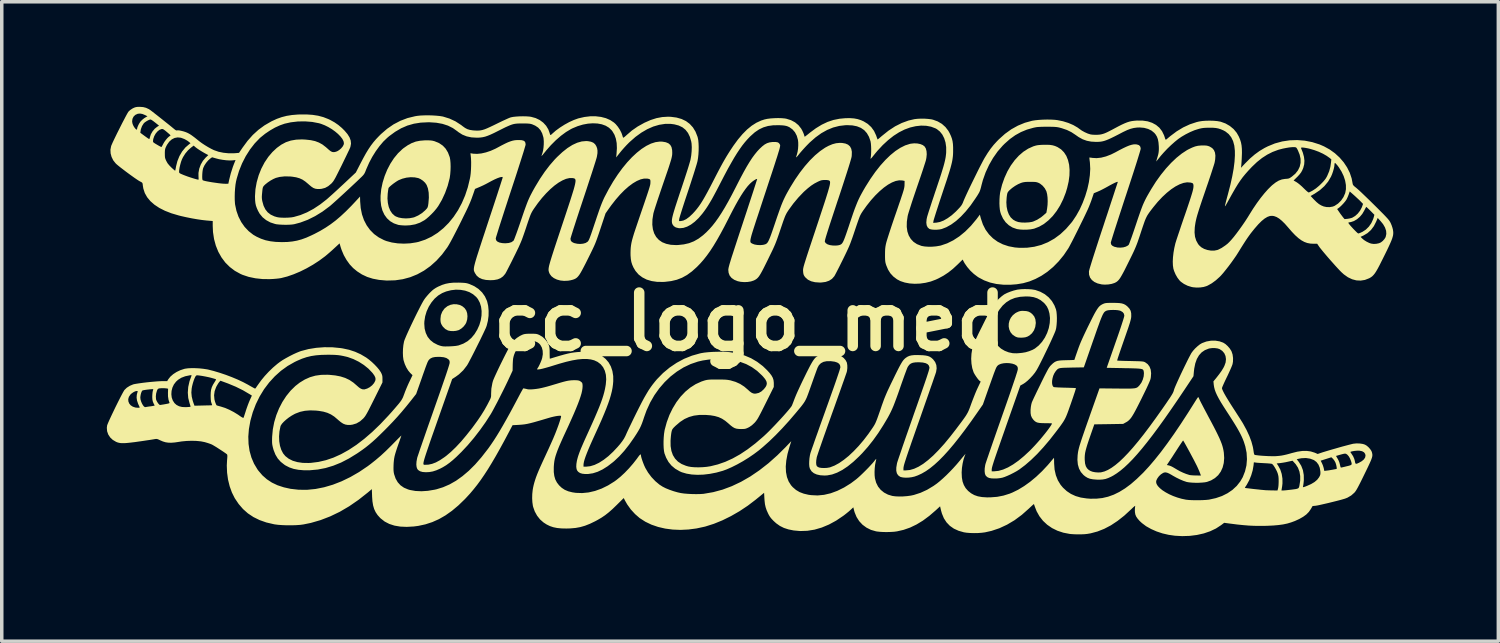
<source format=kicad_pcb>
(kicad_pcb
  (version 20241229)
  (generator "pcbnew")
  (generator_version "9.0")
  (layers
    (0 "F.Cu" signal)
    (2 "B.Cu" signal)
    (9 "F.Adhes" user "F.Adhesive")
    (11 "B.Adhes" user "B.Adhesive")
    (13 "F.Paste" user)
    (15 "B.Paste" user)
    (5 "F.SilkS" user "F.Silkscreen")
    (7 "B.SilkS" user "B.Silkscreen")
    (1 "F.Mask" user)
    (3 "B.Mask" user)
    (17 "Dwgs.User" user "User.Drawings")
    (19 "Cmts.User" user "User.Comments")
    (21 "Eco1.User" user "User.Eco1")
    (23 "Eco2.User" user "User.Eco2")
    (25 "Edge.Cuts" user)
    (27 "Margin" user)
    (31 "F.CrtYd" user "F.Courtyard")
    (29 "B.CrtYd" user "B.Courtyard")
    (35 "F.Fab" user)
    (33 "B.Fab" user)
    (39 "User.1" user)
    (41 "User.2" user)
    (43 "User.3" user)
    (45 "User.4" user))
  (footprint "cc_logo_med"
    (layer "F.Cu")
    (at 18.356 6.137)
    (property "Reference" "cc_logo_med" (at 0 0 0) (layer "F.SilkS") (effects (font (size 1.524 1.524) (thickness 0.3))))
    (attr board_only exclude_from_pos_files exclude_from_bom)
    (fp_poly (pts (xy -8.369 -0.5) (xy -8.283 -0.481) (xy -8.205 -0.443) (xy -8.14 -0.388) (xy -8.094 -0.321) (xy -8.069 -0.245) (xy -8.06 -0.158) (xy -8.068 -0.068) (xy -8.092 0.016) (xy -8.115 0.063) (xy -8.167 0.132) (xy -8.231 0.19) (xy -8.298 0.232) (xy -8.317 0.24) (xy -8.386 0.258) (xy -8.465 0.266) (xy -8.543 0.263) (xy -8.609 0.25) (xy -8.615 0.249) (xy -8.694 0.206) (xy -8.76 0.142) (xy -8.794 0.091) (xy -8.814 0.049) (xy -8.825 0.012) (xy -8.83 -0.033) (xy -8.831 -0.083) (xy -8.819 -0.19) (xy -8.782 -0.285) (xy -8.722 -0.371) (xy -8.703 -0.39) (xy -8.63 -0.447) (xy -8.547 -0.484) (xy -8.458 -0.502)) (stroke (width 0) (type solid)) (fill yes) (layer "F.SilkS"))
    (fp_poly (pts (xy 7.893 -0.306) (xy 7.959 -0.29) (xy 8.017 -0.259) (xy 8.064 -0.221) (xy 8.12 -0.154) (xy 8.153 -0.074) (xy 8.165 0.021) (xy 8.165 0.04) (xy 8.15 0.148) (xy 8.114 0.244) (xy 8.057 0.327) (xy 7.985 0.39) (xy 7.927 0.423) (xy 7.866 0.443) (xy 7.794 0.452) (xy 7.738 0.453) (xy 7.679 0.451) (xy 7.633 0.443) (xy 7.589 0.425) (xy 7.572 0.416) (xy 7.498 0.364) (xy 7.444 0.298) (xy 7.409 0.221) (xy 7.392 0.138) (xy 7.394 0.051) (xy 7.414 -0.034) (xy 7.452 -0.114) (xy 7.508 -0.186) (xy 7.581 -0.246) (xy 7.62 -0.268) (xy 7.673 -0.292) (xy 7.716 -0.305) (xy 7.762 -0.311) (xy 7.811 -0.311)) (stroke (width 0) (type solid)) (fill yes) (layer "F.SilkS"))
    (fp_poly (pts (xy -9.168 -5.18) (xy -9.108 -5.177) (xy -9.058 -5.17) (xy -9.01 -5.158) (xy -8.992 -5.152) (xy -8.871 -5.102) (xy -8.768 -5.032) (xy -8.683 -4.943) (xy -8.617 -4.834) (xy -8.568 -4.705) (xy -8.565 -4.695) (xy -8.552 -4.623) (xy -8.544 -4.532) (xy -8.541 -4.429) (xy -8.544 -4.321) (xy -8.552 -4.215) (xy -8.565 -4.119) (xy -8.571 -4.089) (xy -8.625 -3.882) (xy -8.699 -3.678) (xy -8.789 -3.483) (xy -8.893 -3.305) (xy -8.895 -3.302) (xy -8.946 -3.232) (xy -9.011 -3.154) (xy -9.085 -3.076) (xy -9.161 -3.003) (xy -9.233 -2.941) (xy -9.287 -2.901) (xy -9.416 -2.83) (xy -9.552 -2.782) (xy -9.7 -2.756) (xy -9.833 -2.749) (xy -9.9 -2.752) (xy -9.965 -2.757) (xy -10.019 -2.764) (xy -10.036 -2.767) (xy -10.161 -2.81) (xy -10.268 -2.873) (xy -10.359 -2.956) (xy -10.432 -3.057) (xy -10.488 -3.177) (xy -10.524 -3.313) (xy -10.541 -3.465) (xy -10.541 -3.522) (xy -10.344 -3.522) (xy -10.333 -3.393) (xy -10.307 -3.277) (xy -10.265 -3.176) (xy -10.209 -3.092) (xy -10.139 -3.028) (xy -10.104 -3.007) (xy -10.023 -2.976) (xy -9.925 -2.958) (xy -9.819 -2.951) (xy -9.712 -2.957) (xy -9.61 -2.976) (xy -9.573 -2.987) (xy -9.465 -3.036) (xy -9.359 -3.103) (xy -9.266 -3.183) (xy -9.257 -3.193) (xy -9.225 -3.227) (xy -9.205 -3.254) (xy -9.193 -3.283) (xy -9.184 -3.321) (xy -9.176 -3.376) (xy -9.175 -3.383) (xy -9.162 -3.545) (xy -9.167 -3.687) (xy -9.189 -3.809) (xy -9.226 -3.907) (xy -9.269 -3.969) (xy -9.331 -4.028) (xy -9.402 -4.075) (xy -9.461 -4.102) (xy -9.566 -4.123) (xy -9.682 -4.128) (xy -9.803 -4.115) (xy -9.921 -4.085) (xy -10.025 -4.043) (xy -10.07 -4.017) (xy -10.122 -3.982) (xy -10.177 -3.943) (xy -10.229 -3.902) (xy -10.272 -3.865) (xy -10.302 -3.835) (xy -10.313 -3.819) (xy -10.318 -3.797) (xy -10.325 -3.754) (xy -10.332 -3.699) (xy -10.337 -3.66) (xy -10.344 -3.522) (xy -10.541 -3.522) (xy -10.541 -3.595) (xy -10.522 -3.785) (xy -10.482 -3.976) (xy -10.424 -4.163) (xy -10.35 -4.344) (xy -10.261 -4.514) (xy -10.159 -4.67) (xy -10.045 -4.809) (xy -9.922 -4.927) (xy -9.879 -4.962) (xy -9.761 -5.043) (xy -9.649 -5.103) (xy -9.535 -5.145) (xy -9.414 -5.169) (xy -9.279 -5.18) (xy -9.247 -5.18)) (stroke (width 0) (type solid)) (fill yes) (layer "F.SilkS"))
    (fp_poly (pts (xy 8.574 -5.05) (xy 8.648 -5.038) (xy 8.714 -5.019) (xy 8.781 -4.99) (xy 8.787 -4.987) (xy 8.887 -4.923) (xy 8.97 -4.839) (xy 9.037 -4.737) (xy 9.085 -4.618) (xy 9.117 -4.484) (xy 9.13 -4.335) (xy 9.126 -4.175) (xy 9.103 -4.003) (xy 9.061 -3.821) (xy 9.021 -3.688) (xy 8.947 -3.498) (xy 8.86 -3.322) (xy 8.76 -3.162) (xy 8.649 -3.019) (xy 8.528 -2.897) (xy 8.4 -2.795) (xy 8.264 -2.716) (xy 8.124 -2.661) (xy 8.096 -2.654) (xy 8.015 -2.639) (xy 7.919 -2.631) (xy 7.817 -2.629) (xy 7.72 -2.634) (xy 7.636 -2.646) (xy 7.622 -2.649) (xy 7.502 -2.691) (xy 7.396 -2.756) (xy 7.305 -2.841) (xy 7.23 -2.946) (xy 7.173 -3.069) (xy 7.152 -3.136) (xy 7.139 -3.203) (xy 7.131 -3.289) (xy 7.127 -3.387) (xy 7.128 -3.413) (xy 7.325 -3.413) (xy 7.333 -3.285) (xy 7.357 -3.168) (xy 7.396 -3.066) (xy 7.448 -2.982) (xy 7.515 -2.919) (xy 7.519 -2.915) (xy 7.589 -2.875) (xy 7.666 -2.848) (xy 7.754 -2.835) (xy 7.86 -2.832) (xy 7.873 -2.833) (xy 7.975 -2.839) (xy 8.054 -2.852) (xy 8.095 -2.864) (xy 8.206 -2.914) (xy 8.318 -2.985) (xy 8.393 -3.047) (xy 8.468 -3.115) (xy 8.489 -3.235) (xy 8.501 -3.338) (xy 8.505 -3.445) (xy 8.501 -3.55) (xy 8.489 -3.644) (xy 8.469 -3.721) (xy 8.467 -3.728) (xy 8.422 -3.812) (xy 8.36 -3.886) (xy 8.287 -3.944) (xy 8.25 -3.964) (xy 8.217 -3.977) (xy 8.186 -3.986) (xy 8.149 -3.992) (xy 8.1 -3.994) (xy 8.033 -3.995) (xy 8.007 -3.995) (xy 7.929 -3.995) (xy 7.871 -3.992) (xy 7.825 -3.986) (xy 7.783 -3.977) (xy 7.742 -3.964) (xy 7.661 -3.929) (xy 7.575 -3.88) (xy 7.492 -3.822) (xy 7.422 -3.763) (xy 7.404 -3.745) (xy 7.379 -3.717) (xy 7.363 -3.693) (xy 7.352 -3.665) (xy 7.344 -3.626) (xy 7.336 -3.57) (xy 7.334 -3.551) (xy 7.325 -3.413) (xy 7.128 -3.413) (xy 7.129 -3.489) (xy 7.135 -3.588) (xy 7.145 -3.676) (xy 7.151 -3.709) (xy 7.203 -3.916) (xy 7.272 -4.111) (xy 7.355 -4.294) (xy 7.452 -4.461) (xy 7.561 -4.611) (xy 7.681 -4.743) (xy 7.81 -4.854) (xy 7.948 -4.943) (xy 8.092 -5.008) (xy 8.1 -5.011) (xy 8.152 -5.027) (xy 8.202 -5.039) (xy 8.256 -5.046) (xy 8.323 -5.051) (xy 8.381 -5.053) (xy 8.487 -5.054)) (stroke (width 0) (type solid)) (fill yes) (layer "F.SilkS"))
    (fp_poly (pts (xy -17.32 -6.13) (xy -17.237 -6.109) (xy -17.156 -6.071) (xy -17.112 -6.042) (xy -17.088 -6.024) (xy -17.046 -5.992) (xy -16.99 -5.948) (xy -16.922 -5.895) (xy -16.846 -5.835) (xy -16.765 -5.771) (xy -16.683 -5.705) (xy -16.601 -5.64) (xy -16.524 -5.578) (xy -16.455 -5.521) (xy -16.411 -5.485) (xy -16.383 -5.467) (xy -16.362 -5.462) (xy -16.36 -5.463) (xy -16.334 -5.467) (xy -16.29 -5.464) (xy -16.235 -5.453) (xy -16.174 -5.438) (xy -16.114 -5.419) (xy -16.062 -5.398) (xy -16.06 -5.397) (xy -16.022 -5.378) (xy -15.985 -5.357) (xy -15.946 -5.332) (xy -15.902 -5.3) (xy -15.847 -5.259) (xy -15.779 -5.205) (xy -15.716 -5.154) (xy -15.646 -5.102) (xy -15.56 -5.045) (xy -15.468 -4.989) (xy -15.377 -4.939) (xy -15.297 -4.9) (xy -15.291 -4.898) (xy -15.168 -4.855) (xy -15.028 -4.826) (xy -14.881 -4.811) (xy -14.733 -4.811) (xy -14.701 -4.813) (xy -14.582 -4.823) (xy -14.481 -4.972) (xy -14.339 -5.165) (xy -14.189 -5.334) (xy -14.029 -5.48) (xy -13.856 -5.607) (xy -13.668 -5.716) (xy -13.645 -5.728) (xy -13.502 -5.794) (xy -13.363 -5.843) (xy -13.222 -5.879) (xy -13.072 -5.903) (xy -12.905 -5.917) (xy -12.853 -5.919) (xy -12.658 -5.92) (xy -12.483 -5.908) (xy -12.323 -5.883) (xy -12.174 -5.843) (xy -12.033 -5.788) (xy -11.98 -5.763) (xy -11.857 -5.695) (xy -11.748 -5.62) (xy -11.644 -5.532) (xy -11.568 -5.456) (xy -11.485 -5.358) (xy -11.427 -5.265) (xy -11.394 -5.175) (xy -11.385 -5.087) (xy -11.401 -4.998) (xy -11.412 -4.966) (xy -11.424 -4.94) (xy -11.446 -4.892) (xy -11.477 -4.828) (xy -11.515 -4.748) (xy -11.559 -4.658) (xy -11.607 -4.559) (xy -11.654 -4.462) (xy -11.712 -4.346) (xy -11.759 -4.252) (xy -11.798 -4.175) (xy -11.829 -4.115) (xy -11.856 -4.068) (xy -11.878 -4.031) (xy -11.898 -4.002) (xy -11.918 -3.978) (xy -11.938 -3.955) (xy -11.948 -3.945) (xy -12.035 -3.872) (xy -12.124 -3.823) (xy -12.222 -3.797) (xy -12.277 -3.791) (xy -12.346 -3.791) (xy -12.405 -3.8) (xy -12.46 -3.821) (xy -12.516 -3.858) (xy -12.581 -3.912) (xy -12.602 -3.931) (xy -12.689 -4.004) (xy -12.771 -4.059) (xy -12.857 -4.098) (xy -12.952 -4.125) (xy -13.064 -4.143) (xy -13.115 -4.148) (xy -13.274 -4.152) (xy -13.421 -4.136) (xy -13.53 -4.108) (xy -13.601 -4.077) (xy -13.681 -4.033) (xy -13.76 -3.98) (xy -13.829 -3.925) (xy -13.856 -3.9) (xy -13.877 -3.877) (xy -13.892 -3.856) (xy -13.902 -3.832) (xy -13.91 -3.797) (xy -13.916 -3.747) (xy -13.921 -3.695) (xy -13.928 -3.622) (xy -13.931 -3.566) (xy -13.929 -3.52) (xy -13.923 -3.473) (xy -13.916 -3.438) (xy -13.881 -3.313) (xy -13.83 -3.209) (xy -13.763 -3.125) (xy -13.677 -3.059) (xy -13.572 -3.01) (xy -13.493 -2.987) (xy -13.432 -2.977) (xy -13.352 -2.972) (xy -13.263 -2.971) (xy -13.172 -2.974) (xy -13.087 -2.981) (xy -13.017 -2.993) (xy -12.829 -3.047) (xy -12.642 -3.124) (xy -12.454 -3.225) (xy -12.264 -3.351) (xy -12.088 -3.488) (xy -12.046 -3.524) (xy -11.988 -3.576) (xy -11.917 -3.639) (xy -11.837 -3.712) (xy -11.751 -3.791) (xy -11.663 -3.873) (xy -11.6 -3.931) (xy -11.247 -4.262) (xy -11.113 -4.523) (xy -11.032 -4.677) (xy -10.958 -4.811) (xy -10.887 -4.927) (xy -10.817 -5.031) (xy -10.746 -5.125) (xy -10.67 -5.214) (xy -10.586 -5.302) (xy -10.53 -5.358) (xy -10.355 -5.509) (xy -10.171 -5.636) (xy -9.976 -5.738) (xy -9.772 -5.816) (xy -9.558 -5.868) (xy -9.5 -5.878) (xy -9.411 -5.888) (xy -9.305 -5.893) (xy -9.189 -5.895) (xy -9.071 -5.892) (xy -8.957 -5.885) (xy -8.853 -5.875) (xy -8.768 -5.861) (xy -8.755 -5.858) (xy -8.574 -5.802) (xy -8.402 -5.722) (xy -8.24 -5.617) (xy -8.194 -5.581) (xy -8.128 -5.534) (xy -8.063 -5.5) (xy -7.991 -5.478) (xy -7.906 -5.465) (xy -7.84 -5.46) (xy -7.782 -5.458) (xy -7.73 -5.46) (xy -7.678 -5.466) (xy -7.625 -5.478) (xy -7.565 -5.497) (xy -7.497 -5.525) (xy -7.415 -5.562) (xy -7.316 -5.609) (xy -7.22 -5.656) (xy -7.13 -5.7) (xy -7.044 -5.741) (xy -6.965 -5.777) (xy -6.899 -5.807) (xy -6.848 -5.828) (xy -6.82 -5.837) (xy -6.755 -5.85) (xy -6.67 -5.859) (xy -6.575 -5.865) (xy -6.475 -5.867) (xy -6.379 -5.865) (xy -6.294 -5.859) (xy -6.245 -5.852) (xy -6.114 -5.816) (xy -5.997 -5.76) (xy -5.897 -5.686) (xy -5.814 -5.596) (xy -5.752 -5.493) (xy -5.727 -5.426) (xy -5.713 -5.384) (xy -5.702 -5.35) (xy -5.698 -5.337) (xy -5.689 -5.332) (xy -5.666 -5.345) (xy -5.636 -5.373) (xy -5.536 -5.46) (xy -5.418 -5.546) (xy -5.289 -5.628) (xy -5.156 -5.701) (xy -5.024 -5.761) (xy -4.902 -5.805) (xy -4.892 -5.808) (xy -4.722 -5.847) (xy -4.556 -5.867) (xy -4.397 -5.867) (xy -4.247 -5.849) (xy -4.108 -5.813) (xy -3.984 -5.759) (xy -3.877 -5.688) (xy -3.828 -5.643) (xy -3.766 -5.569) (xy -3.708 -5.481) (xy -3.662 -5.389) (xy -3.641 -5.329) (xy -3.629 -5.291) (xy -3.62 -5.263) (xy -3.619 -5.258) (xy -3.607 -5.257) (xy -3.578 -5.276) (xy -3.534 -5.314) (xy -3.518 -5.329) (xy -3.365 -5.461) (xy -3.201 -5.575) (xy -3.02 -5.676) (xy -3.007 -5.683) (xy -2.832 -5.76) (xy -2.664 -5.814) (xy -2.499 -5.845) (xy -2.333 -5.855) (xy -2.253 -5.852) (xy -2.092 -5.831) (xy -1.948 -5.79) (xy -1.822 -5.73) (xy -1.714 -5.649) (xy -1.623 -5.549) (xy -1.55 -5.429) (xy -1.494 -5.288) (xy -1.485 -5.256) (xy -1.471 -5.187) (xy -1.463 -5.099) (xy -1.459 -4.997) (xy -1.46 -4.889) (xy -1.466 -4.781) (xy -1.477 -4.679) (xy -1.492 -4.589) (xy -1.492 -4.589) (xy -1.502 -4.55) (xy -1.519 -4.489) (xy -1.544 -4.408) (xy -1.574 -4.31) (xy -1.609 -4.199) (xy -1.649 -4.076) (xy -1.691 -3.945) (xy -1.736 -3.808) (xy -1.767 -3.715) (xy -1.812 -3.58) (xy -1.855 -3.451) (xy -1.894 -3.33) (xy -1.929 -3.221) (xy -1.959 -3.125) (xy -1.984 -3.045) (xy -2.002 -2.984) (xy -2.013 -2.944) (xy -2.016 -2.928) (xy -2.02 -2.875) (xy -1.97 -2.876) (xy -1.896 -2.891) (xy -1.815 -2.93) (xy -1.727 -2.995) (xy -1.631 -3.085) (xy -1.625 -3.092) (xy -1.566 -3.156) (xy -1.51 -3.223) (xy -1.454 -3.297) (xy -1.398 -3.378) (xy -1.34 -3.471) (xy -1.278 -3.578) (xy -1.21 -3.701) (xy -1.134 -3.844) (xy -1.06 -3.987) (xy -0.976 -4.151) (xy -0.901 -4.295) (xy -0.835 -4.42) (xy -0.774 -4.532) (xy -0.717 -4.632) (xy -0.663 -4.724) (xy -0.609 -4.811) (xy -0.554 -4.897) (xy -0.496 -4.984) (xy -0.47 -5.023) (xy -0.338 -5.204) (xy -0.207 -5.359) (xy -0.077 -5.49) (xy 0.055 -5.598) (xy 0.189 -5.683) (xy 0.326 -5.746) (xy 0.422 -5.777) (xy 0.5 -5.794) (xy 0.596 -5.806) (xy 0.702 -5.813) (xy 0.81 -5.816) (xy 0.912 -5.813) (xy 1 -5.805) (xy 1.045 -5.797) (xy 1.176 -5.756) (xy 1.291 -5.695) (xy 1.388 -5.615) (xy 1.466 -5.517) (xy 1.497 -5.462) (xy 1.521 -5.411) (xy 1.541 -5.363) (xy 1.552 -5.328) (xy 1.553 -5.326) (xy 1.561 -5.297) (xy 1.567 -5.283) (xy 1.568 -5.283) (xy 1.58 -5.291) (xy 1.608 -5.312) (xy 1.65 -5.345) (xy 1.7 -5.385) (xy 1.718 -5.4) (xy 1.888 -5.526) (xy 2.054 -5.627) (xy 2.22 -5.706) (xy 2.388 -5.762) (xy 2.562 -5.797) (xy 2.733 -5.813) (xy 2.865 -5.814) (xy 2.977 -5.806) (xy 3.078 -5.787) (xy 3.172 -5.757) (xy 3.251 -5.722) (xy 3.368 -5.65) (xy 3.467 -5.559) (xy 3.547 -5.449) (xy 3.607 -5.321) (xy 3.616 -5.294) (xy 3.631 -5.251) (xy 3.643 -5.219) (xy 3.648 -5.205) (xy 3.659 -5.211) (xy 3.685 -5.232) (xy 3.724 -5.265) (xy 3.771 -5.305) (xy 3.776 -5.309) (xy 3.961 -5.457) (xy 4.149 -5.58) (xy 4.34 -5.676) (xy 4.532 -5.746) (xy 4.7 -5.785) (xy 4.785 -5.795) (xy 4.884 -5.8) (xy 4.989 -5.799) (xy 5.09 -5.792) (xy 5.179 -5.781) (xy 5.233 -5.769) (xy 5.366 -5.72) (xy 5.485 -5.65) (xy 5.586 -5.56) (xy 5.669 -5.452) (xy 5.706 -5.385) (xy 5.744 -5.303) (xy 5.771 -5.229) (xy 5.789 -5.156) (xy 5.8 -5.076) (xy 5.805 -4.982) (xy 5.805 -4.909) (xy 5.805 -4.846) (xy 5.803 -4.787) (xy 5.799 -4.73) (xy 5.792 -4.672) (xy 5.783 -4.612) (xy 5.77 -4.547) (xy 5.752 -4.474) (xy 5.73 -4.391) (xy 5.702 -4.296) (xy 5.667 -4.186) (xy 5.627 -4.059) (xy 5.578 -3.913) (xy 5.522 -3.745) (xy 5.499 -3.675) (xy 5.454 -3.54) (xy 5.411 -3.41) (xy 5.372 -3.289) (xy 5.336 -3.179) (xy 5.305 -3.082) (xy 5.28 -3.002) (xy 5.261 -2.94) (xy 5.249 -2.899) (xy 5.245 -2.883) (xy 5.236 -2.824) (xy 5.331 -2.831) (xy 5.43 -2.85) (xy 5.537 -2.892) (xy 5.649 -2.957) (xy 5.765 -3.041) (xy 5.881 -3.145) (xy 5.949 -3.215) (xy 6 -3.27) (xy 6.036 -3.314) (xy 6.061 -3.354) (xy 6.082 -3.396) (xy 6.098 -3.438) (xy 6.116 -3.481) (xy 6.144 -3.545) (xy 6.181 -3.626) (xy 6.225 -3.721) (xy 6.275 -3.826) (xy 6.329 -3.938) (xy 6.386 -4.054) (xy 6.443 -4.17) (xy 6.499 -4.284) (xy 6.552 -4.39) (xy 6.602 -4.487) (xy 6.646 -4.571) (xy 6.682 -4.639) (xy 6.707 -4.683) (xy 6.792 -4.82) (xy 6.875 -4.94) (xy 6.962 -5.05) (xy 7.059 -5.156) (xy 7.112 -5.21) (xy 7.285 -5.365) (xy 7.465 -5.495) (xy 7.654 -5.6) (xy 7.853 -5.682) (xy 8.06 -5.739) (xy 8.147 -5.753) (xy 8.254 -5.764) (xy 8.371 -5.771) (xy 8.492 -5.774) (xy 8.608 -5.772) (xy 8.713 -5.766) (xy 8.78 -5.758) (xy 8.942 -5.725) (xy 9.096 -5.677) (xy 9.236 -5.617) (xy 9.358 -5.546) (xy 9.407 -5.51) (xy 9.48 -5.458) (xy 9.564 -5.412) (xy 9.649 -5.374) (xy 9.726 -5.35) (xy 9.731 -5.349) (xy 9.78 -5.342) (xy 9.843 -5.339) (xy 9.91 -5.339) (xy 9.926 -5.339) (xy 9.981 -5.343) (xy 10.032 -5.351) (xy 10.083 -5.364) (xy 10.138 -5.383) (xy 10.201 -5.411) (xy 10.277 -5.449) (xy 10.371 -5.498) (xy 10.406 -5.517) (xy 10.522 -5.579) (xy 10.619 -5.628) (xy 10.702 -5.666) (xy 10.775 -5.695) (xy 10.842 -5.716) (xy 10.908 -5.73) (xy 10.977 -5.739) (xy 11.052 -5.745) (xy 11.053 -5.745) (xy 11.214 -5.744) (xy 11.359 -5.723) (xy 11.487 -5.681) (xy 11.599 -5.62) (xy 11.694 -5.54) (xy 11.77 -5.441) (xy 11.827 -5.324) (xy 11.847 -5.265) (xy 11.86 -5.223) (xy 11.87 -5.203) (xy 11.88 -5.199) (xy 11.891 -5.205) (xy 11.911 -5.221) (xy 11.945 -5.25) (xy 11.987 -5.285) (xy 12.006 -5.301) (xy 12.186 -5.436) (xy 12.373 -5.549) (xy 12.565 -5.638) (xy 12.759 -5.702) (xy 12.827 -5.718) (xy 12.916 -5.732) (xy 13.021 -5.74) (xy 13.132 -5.742) (xy 13.242 -5.739) (xy 13.344 -5.73) (xy 13.429 -5.715) (xy 13.444 -5.712) (xy 13.582 -5.662) (xy 13.705 -5.591) (xy 13.813 -5.502) (xy 13.901 -5.396) (xy 13.959 -5.294) (xy 13.996 -5.208) (xy 14.023 -5.123) (xy 14.04 -5.035) (xy 14.049 -4.937) (xy 14.051 -4.822) (xy 14.048 -4.742) (xy 14.045 -4.664) (xy 14.041 -4.589) (xy 14.037 -4.525) (xy 14.033 -4.477) (xy 14.032 -4.462) (xy 14.023 -4.396) (xy 14.145 -4.525) (xy 14.282 -4.662) (xy 14.416 -4.777) (xy 14.552 -4.876) (xy 14.696 -4.962) (xy 14.791 -5.01) (xy 14.992 -5.092) (xy 15.201 -5.149) (xy 15.414 -5.181) (xy 15.63 -5.188) (xy 15.845 -5.171) (xy 16.059 -5.129) (xy 16.267 -5.063) (xy 16.394 -5.008) (xy 16.556 -4.919) (xy 16.705 -4.812) (xy 16.839 -4.689) (xy 16.956 -4.553) (xy 17.053 -4.407) (xy 17.13 -4.253) (xy 17.183 -4.094) (xy 17.207 -3.968) (xy 17.213 -3.936) (xy 17.221 -3.911) (xy 17.238 -3.889) (xy 17.266 -3.862) (xy 17.311 -3.826) (xy 17.316 -3.822) (xy 17.347 -3.795) (xy 17.395 -3.753) (xy 17.456 -3.696) (xy 17.528 -3.627) (xy 17.609 -3.549) (xy 17.696 -3.465) (xy 17.786 -3.376) (xy 17.834 -3.329) (xy 17.935 -3.229) (xy 18.018 -3.145) (xy 18.086 -3.077) (xy 18.141 -3.02) (xy 18.184 -2.974) (xy 18.218 -2.937) (xy 18.243 -2.906) (xy 18.263 -2.879) (xy 18.278 -2.855) (xy 18.291 -2.831) (xy 18.299 -2.815) (xy 18.325 -2.753) (xy 18.347 -2.687) (xy 18.362 -2.629) (xy 18.362 -2.626) (xy 18.368 -2.586) (xy 18.371 -2.548) (xy 18.37 -2.51) (xy 18.365 -2.469) (xy 18.354 -2.424) (xy 18.338 -2.371) (xy 18.314 -2.309) (xy 18.282 -2.235) (xy 18.242 -2.148) (xy 18.193 -2.044) (xy 18.133 -1.922) (xy 18.062 -1.779) (xy 18.037 -1.73) (xy 17.979 -1.614) (xy 17.929 -1.52) (xy 17.886 -1.445) (xy 17.847 -1.385) (xy 17.81 -1.339) (xy 17.774 -1.302) (xy 17.736 -1.273) (xy 17.694 -1.248) (xy 17.68 -1.241) (xy 17.561 -1.195) (xy 17.44 -1.176) (xy 17.319 -1.182) (xy 17.197 -1.214) (xy 17.077 -1.271) (xy 16.961 -1.353) (xy 16.887 -1.42) (xy 16.841 -1.467) (xy 16.783 -1.529) (xy 16.717 -1.601) (xy 16.646 -1.681) (xy 16.572 -1.764) (xy 16.499 -1.848) (xy 16.43 -1.929) (xy 16.367 -2.004) (xy 16.315 -2.068) (xy 16.274 -2.119) (xy 16.254 -2.147) (xy 16.199 -2.228) (xy 16.095 -2.228) (xy 16.002 -2.233) (xy 15.914 -2.25) (xy 15.83 -2.281) (xy 15.747 -2.327) (xy 15.661 -2.39) (xy 15.623 -2.425) (xy 17.438 -2.425) (xy 17.479 -2.383) (xy 17.536 -2.334) (xy 17.609 -2.288) (xy 17.685 -2.251) (xy 17.737 -2.233) (xy 17.812 -2.222) (xy 17.891 -2.227) (xy 17.965 -2.243) (xy 18.018 -2.267) (xy 18.072 -2.309) (xy 18.119 -2.362) (xy 18.152 -2.416) (xy 18.154 -2.422) (xy 18.173 -2.508) (xy 18.167 -2.598) (xy 18.135 -2.693) (xy 18.08 -2.788) (xy 18.009 -2.875) (xy 17.927 -2.965) (xy 17.883 -2.86) (xy 17.817 -2.73) (xy 17.734 -2.62) (xy 17.635 -2.531) (xy 17.522 -2.464) (xy 17.438 -2.425) (xy 15.623 -2.425) (xy 15.571 -2.471) (xy 15.474 -2.573) (xy 15.368 -2.695) (xy 15.275 -2.801) (xy 15.246 -2.829) (xy 17.087 -2.829) (xy 17.093 -2.815) (xy 17.114 -2.786) (xy 17.146 -2.747) (xy 17.186 -2.702) (xy 17.23 -2.654) (xy 17.274 -2.609) (xy 17.314 -2.569) (xy 17.346 -2.539) (xy 17.368 -2.523) (xy 17.372 -2.521) (xy 17.395 -2.527) (xy 17.434 -2.542) (xy 17.481 -2.564) (xy 17.491 -2.568) (xy 17.589 -2.632) (xy 17.674 -2.716) (xy 17.745 -2.818) (xy 17.798 -2.934) (xy 17.816 -2.992) (xy 17.832 -3.055) (xy 17.72 -3.169) (xy 17.676 -3.212) (xy 17.638 -3.248) (xy 17.612 -3.272) (xy 17.6 -3.281) (xy 17.6 -3.281) (xy 17.592 -3.269) (xy 17.575 -3.239) (xy 17.553 -3.196) (xy 17.543 -3.176) (xy 17.487 -3.08) (xy 17.416 -2.996) (xy 17.335 -2.927) (xy 17.248 -2.876) (xy 17.16 -2.847) (xy 17.144 -2.845) (xy 17.11 -2.838) (xy 17.089 -2.831) (xy 17.087 -2.829) (xy 15.246 -2.829) (xy 15.19 -2.884) (xy 15.113 -2.947) (xy 15.04 -2.991) (xy 14.969 -3.017) (xy 14.918 -3.025) (xy 14.851 -3.021) (xy 14.778 -2.995) (xy 14.698 -2.947) (xy 14.612 -2.877) (xy 14.518 -2.783) (xy 14.415 -2.665) (xy 14.336 -2.567) (xy 14.293 -2.512) (xy 14.254 -2.458) (xy 14.215 -2.403) (xy 14.174 -2.343) (xy 14.129 -2.274) (xy 14.078 -2.194) (xy 14.017 -2.097) (xy 13.947 -1.983) (xy 13.888 -1.89) (xy 13.818 -1.789) (xy 13.743 -1.684) (xy 13.666 -1.581) (xy 13.589 -1.483) (xy 13.518 -1.395) (xy 13.454 -1.322) (xy 13.42 -1.287) (xy 13.307 -1.185) (xy 13.19 -1.099) (xy 13.074 -1.034) (xy 13.037 -1.018) (xy 12.956 -0.994) (xy 12.859 -0.98) (xy 12.755 -0.977) (xy 12.655 -0.986) (xy 12.613 -0.994) (xy 12.5 -1.029) (xy 12.395 -1.081) (xy 12.305 -1.145) (xy 12.268 -1.182) (xy 12.209 -1.259) (xy 12.156 -1.352) (xy 12.114 -1.45) (xy 12.093 -1.519) (xy 12.08 -1.61) (xy 12.076 -1.719) (xy 12.082 -1.842) (xy 12.097 -1.973) (xy 12.12 -2.107) (xy 12.15 -2.237) (xy 12.152 -2.245) (xy 12.163 -2.279) (xy 12.18 -2.335) (xy 12.205 -2.41) (xy 12.236 -2.503) (xy 12.272 -2.609) (xy 12.311 -2.727) (xy 12.354 -2.853) (xy 12.399 -2.985) (xy 12.419 -3.041) (xy 12.475 -3.204) (xy 12.522 -3.344) (xy 12.562 -3.464) (xy 12.594 -3.564) (xy 12.62 -3.648) (xy 12.64 -3.716) (xy 12.654 -3.772) (xy 12.663 -3.818) (xy 12.667 -3.855) (xy 12.668 -3.885) (xy 12.665 -3.911) (xy 12.662 -3.926) (xy 12.652 -3.947) (xy 12.633 -3.961) (xy 12.595 -3.972) (xy 12.581 -3.975) (xy 12.486 -3.982) (xy 12.383 -3.965) (xy 12.271 -3.925) (xy 12.153 -3.864) (xy 12.031 -3.783) (xy 11.905 -3.682) (xy 11.777 -3.563) (xy 11.648 -3.426) (xy 11.521 -3.272) (xy 11.514 -3.263) (xy 11.462 -3.196) (xy 11.419 -3.139) (xy 11.384 -3.089) (xy 11.353 -3.042) (xy 11.327 -2.994) (xy 11.302 -2.941) (xy 11.277 -2.88) (xy 11.251 -2.806) (xy 11.22 -2.716) (xy 11.183 -2.606) (xy 11.167 -2.557) (xy 11.131 -2.447) (xy 11.1 -2.356) (xy 11.073 -2.277) (xy 11.047 -2.208) (xy 11.021 -2.143) (xy 10.993 -2.077) (xy 10.961 -2.006) (xy 10.923 -1.926) (xy 10.877 -1.832) (xy 10.821 -1.719) (xy 10.812 -1.701) (xy 10.748 -1.572) (xy 10.694 -1.464) (xy 10.647 -1.376) (xy 10.607 -1.305) (xy 10.573 -1.249) (xy 10.542 -1.206) (xy 10.512 -1.173) (xy 10.483 -1.148) (xy 10.453 -1.128) (xy 10.42 -1.112) (xy 10.413 -1.108) (xy 10.331 -1.082) (xy 10.236 -1.066) (xy 10.137 -1.061) (xy 10.045 -1.067) (xy 10.044 -1.068) (xy 9.931 -1.095) (xy 9.838 -1.137) (xy 9.766 -1.193) (xy 9.715 -1.262) (xy 9.687 -1.343) (xy 9.683 -1.435) (xy 9.683 -1.438) (xy 9.689 -1.465) (xy 9.703 -1.518) (xy 9.726 -1.595) (xy 9.757 -1.696) (xy 9.796 -1.821) (xy 9.844 -1.97) (xy 9.899 -2.141) (xy 9.962 -2.335) (xy 10.033 -2.552) (xy 10.099 -2.75) (xy 10.156 -2.925) (xy 10.212 -3.092) (xy 10.264 -3.251) (xy 10.312 -3.399) (xy 10.357 -3.534) (xy 10.397 -3.656) (xy 10.431 -3.761) (xy 10.46 -3.849) (xy 10.483 -3.918) (xy 10.498 -3.965) (xy 10.506 -3.99) (xy 10.507 -3.993) (xy 10.496 -3.996) (xy 10.465 -3.987) (xy 10.417 -3.966) (xy 10.355 -3.935) (xy 10.281 -3.896) (xy 10.219 -3.861) (xy 10.146 -3.821) (xy 10.07 -3.781) (xy 10 -3.746) (xy 9.942 -3.72) (xy 9.933 -3.716) (xy 9.822 -3.67) (xy 9.773 -3.526) (xy 9.747 -3.45) (xy 9.715 -3.366) (xy 9.684 -3.288) (xy 9.67 -3.255) (xy 9.645 -3.198) (xy 9.61 -3.124) (xy 9.568 -3.035) (xy 9.52 -2.935) (xy 9.467 -2.828) (xy 9.412 -2.716) (xy 9.357 -2.604) (xy 9.302 -2.495) (xy 9.25 -2.391) (xy 9.202 -2.297) (xy 9.159 -2.216) (xy 9.125 -2.151) (xy 9.1 -2.106) (xy 9.094 -2.096) (xy 8.964 -1.903) (xy 8.818 -1.725) (xy 8.661 -1.565) (xy 8.494 -1.426) (xy 8.326 -1.313) (xy 8.154 -1.222) (xy 7.982 -1.152) (xy 7.806 -1.102) (xy 7.618 -1.071) (xy 7.447 -1.058) (xy 7.235 -1.059) (xy 7.039 -1.08) (xy 6.859 -1.121) (xy 6.691 -1.183) (xy 6.535 -1.265) (xy 6.499 -1.289) (xy 6.396 -1.367) (xy 6.297 -1.46) (xy 6.209 -1.563) (xy 6.136 -1.667) (xy 6.107 -1.719) (xy 6.078 -1.777) (xy 5.936 -1.638) (xy 5.8 -1.512) (xy 5.667 -1.407) (xy 5.531 -1.317) (xy 5.386 -1.239) (xy 5.311 -1.204) (xy 5.167 -1.15) (xy 5.016 -1.113) (xy 4.862 -1.091) (xy 4.709 -1.085) (xy 4.562 -1.095) (xy 4.424 -1.121) (xy 4.3 -1.162) (xy 4.203 -1.213) (xy 4.098 -1.293) (xy 4.014 -1.384) (xy 3.947 -1.491) (xy 3.898 -1.608) (xy 3.883 -1.653) (xy 3.873 -1.692) (xy 3.867 -1.733) (xy 3.863 -1.781) (xy 3.861 -1.844) (xy 3.861 -1.908) (xy 3.862 -2) (xy 3.865 -2.075) (xy 3.872 -2.141) (xy 3.884 -2.207) (xy 3.891 -2.237) (xy 3.901 -2.276) (xy 3.919 -2.337) (xy 3.944 -2.417) (xy 3.975 -2.514) (xy 4.011 -2.624) (xy 4.051 -2.746) (xy 4.095 -2.876) (xy 4.141 -3.011) (xy 4.169 -3.091) (xy 4.222 -3.245) (xy 4.266 -3.375) (xy 4.304 -3.484) (xy 4.334 -3.576) (xy 4.359 -3.65) (xy 4.378 -3.711) (xy 4.393 -3.76) (xy 4.403 -3.799) (xy 4.41 -3.832) (xy 4.414 -3.858) (xy 4.417 -3.882) (xy 4.418 -3.906) (xy 4.418 -3.915) (xy 4.42 -4.022) (xy 4.356 -4.035) (xy 4.265 -4.039) (xy 4.166 -4.02) (xy 4.059 -3.978) (xy 3.946 -3.915) (xy 3.828 -3.831) (xy 3.707 -3.728) (xy 3.583 -3.607) (xy 3.459 -3.469) (xy 3.336 -3.314) (xy 3.235 -3.173) (xy 3.211 -3.137) (xy 3.19 -3.105) (xy 3.172 -3.073) (xy 3.154 -3.039) (xy 3.136 -2.998) (xy 3.117 -2.947) (xy 3.094 -2.884) (xy 3.066 -2.804) (xy 3.032 -2.705) (xy 3.001 -2.612) (xy 2.961 -2.493) (xy 2.927 -2.394) (xy 2.896 -2.309) (xy 2.868 -2.233) (xy 2.839 -2.162) (xy 2.807 -2.09) (xy 2.771 -2.012) (xy 2.728 -1.922) (xy 2.676 -1.815) (xy 2.653 -1.768) (xy 2.603 -1.668) (xy 2.556 -1.573) (xy 2.512 -1.487) (xy 2.474 -1.413) (xy 2.443 -1.354) (xy 2.421 -1.314) (xy 2.411 -1.298) (xy 2.347 -1.226) (xy 2.265 -1.173) (xy 2.165 -1.138) (xy 2.046 -1.122) (xy 1.994 -1.121) (xy 1.863 -1.13) (xy 1.752 -1.157) (xy 1.66 -1.202) (xy 1.589 -1.265) (xy 1.567 -1.292) (xy 1.545 -1.328) (xy 1.532 -1.363) (xy 1.525 -1.408) (xy 1.522 -1.447) (xy 1.521 -1.464) (xy 1.521 -1.48) (xy 1.522 -1.498) (xy 1.525 -1.519) (xy 1.53 -1.544) (xy 1.537 -1.576) (xy 1.548 -1.615) (xy 1.562 -1.664) (xy 1.581 -1.724) (xy 1.604 -1.797) (xy 1.632 -1.885) (xy 1.666 -1.989) (xy 1.706 -2.111) (xy 1.753 -2.252) (xy 1.807 -2.415) (xy 1.869 -2.6) (xy 1.899 -2.692) (xy 1.969 -2.902) (xy 2.03 -3.088) (xy 2.084 -3.251) (xy 2.131 -3.394) (xy 2.171 -3.518) (xy 2.204 -3.624) (xy 2.232 -3.713) (xy 2.253 -3.788) (xy 2.27 -3.849) (xy 2.282 -3.898) (xy 2.289 -3.937) (xy 2.292 -3.967) (xy 2.292 -3.989) (xy 2.289 -4.006) (xy 2.283 -4.018) (xy 2.275 -4.027) (xy 2.273 -4.029) (xy 2.244 -4.041) (xy 2.194 -4.048) (xy 2.148 -4.049) (xy 2.094 -4.047) (xy 2.051 -4.041) (xy 2.008 -4.028) (xy 1.956 -4.005) (xy 1.941 -3.998) (xy 1.844 -3.947) (xy 1.752 -3.887) (xy 1.658 -3.813) (xy 1.556 -3.723) (xy 1.528 -3.696) (xy 1.384 -3.545) (xy 1.243 -3.376) (xy 1.114 -3.199) (xy 1.099 -3.176) (xy 1.075 -3.14) (xy 1.054 -3.106) (xy 1.036 -3.071) (xy 1.017 -3.033) (xy 0.998 -2.987) (xy 0.977 -2.931) (xy 0.951 -2.86) (xy 0.921 -2.771) (xy 0.884 -2.662) (xy 0.875 -2.635) (xy 0.838 -2.525) (xy 0.806 -2.433) (xy 0.778 -2.354) (xy 0.751 -2.282) (xy 0.724 -2.214) (xy 0.694 -2.145) (xy 0.66 -2.07) (xy 0.619 -1.985) (xy 0.57 -1.885) (xy 0.515 -1.771) (xy 0.452 -1.644) (xy 0.399 -1.538) (xy 0.354 -1.452) (xy 0.316 -1.383) (xy 0.283 -1.328) (xy 0.253 -1.285) (xy 0.224 -1.252) (xy 0.196 -1.227) (xy 0.166 -1.206) (xy 0.133 -1.188) (xy 0.109 -1.177) (xy 0.032 -1.152) (xy -0.061 -1.137) (xy -0.161 -1.133) (xy -0.259 -1.141) (xy -0.345 -1.159) (xy -0.444 -1.199) (xy -0.521 -1.253) (xy -0.575 -1.32) (xy -0.605 -1.4) (xy -0.613 -1.477) (xy -0.613 -1.494) (xy -0.61 -1.513) (xy -0.606 -1.537) (xy -0.599 -1.568) (xy -0.589 -1.606) (xy -0.576 -1.654) (xy -0.558 -1.712) (xy -0.537 -1.783) (xy -0.51 -1.869) (xy -0.477 -1.969) (xy -0.439 -2.087) (xy -0.394 -2.224) (xy -0.343 -2.381) (xy -0.284 -2.56) (xy -0.217 -2.762) (xy -0.199 -2.817) (xy -0.141 -2.993) (xy -0.085 -3.162) (xy -0.033 -3.322) (xy 0.016 -3.471) (xy 0.061 -3.608) (xy 0.101 -3.73) (xy 0.135 -3.837) (xy 0.164 -3.926) (xy 0.186 -3.996) (xy 0.202 -4.045) (xy 0.21 -4.072) (xy 0.211 -4.076) (xy 0.193 -4.076) (xy 0.161 -4.062) (xy 0.119 -4.036) (xy 0.072 -4.002) (xy 0.027 -3.963) (xy 0.001 -3.938) (xy -0.059 -3.873) (xy -0.12 -3.795) (xy -0.184 -3.705) (xy -0.252 -3.6) (xy -0.325 -3.478) (xy -0.404 -3.338) (xy -0.49 -3.177) (xy -0.585 -2.993) (xy -0.611 -2.941) (xy -0.727 -2.715) (xy -0.836 -2.512) (xy -0.939 -2.33) (xy -1.037 -2.167) (xy -1.132 -2.021) (xy -1.226 -1.89) (xy -1.319 -1.772) (xy -1.413 -1.665) (xy -1.509 -1.566) (xy -1.51 -1.565) (xy -1.651 -1.439) (xy -1.791 -1.337) (xy -1.934 -1.258) (xy -2.084 -1.2) (xy -2.245 -1.162) (xy -2.419 -1.141) (xy -2.473 -1.138) (xy -2.646 -1.14) (xy -2.803 -1.163) (xy -2.944 -1.205) (xy -3.067 -1.268) (xy -3.174 -1.349) (xy -3.262 -1.451) (xy -3.32 -1.548) (xy -3.356 -1.628) (xy -3.381 -1.707) (xy -3.396 -1.793) (xy -3.404 -1.893) (xy -3.405 -1.968) (xy -3.403 -2.042) (xy -3.399 -2.112) (xy -3.391 -2.181) (xy -3.379 -2.252) (xy -3.361 -2.331) (xy -3.336 -2.419) (xy -3.305 -2.522) (xy -3.265 -2.643) (xy -3.225 -2.761) (xy -3.159 -2.956) (xy -3.101 -3.126) (xy -3.05 -3.275) (xy -3.006 -3.403) (xy -2.969 -3.513) (xy -2.938 -3.605) (xy -2.912 -3.683) (xy -2.891 -3.747) (xy -2.875 -3.799) (xy -2.862 -3.841) (xy -2.853 -3.874) (xy -2.846 -3.9) (xy -2.842 -3.921) (xy -2.839 -3.938) (xy -2.838 -3.953) (xy -2.837 -3.968) (xy -2.837 -3.973) (xy -2.836 -4.024) (xy -2.844 -4.056) (xy -2.865 -4.074) (xy -2.903 -4.084) (xy -2.926 -4.088) (xy -3.017 -4.089) (xy -3.117 -4.066) (xy -3.225 -4.02) (xy -3.338 -3.953) (xy -3.457 -3.865) (xy -3.579 -3.758) (xy -3.703 -3.632) (xy -3.828 -3.488) (xy -3.953 -3.328) (xy -4.016 -3.241) (xy -4.118 -3.095) (xy -4.261 -2.665) (xy -4.299 -2.551) (xy -4.331 -2.457) (xy -4.359 -2.377) (xy -4.385 -2.306) (xy -4.411 -2.24) (xy -4.439 -2.175) (xy -4.471 -2.105) (xy -4.509 -2.026) (xy -4.554 -1.934) (xy -4.609 -1.823) (xy -4.622 -1.797) (xy -4.686 -1.669) (xy -4.741 -1.563) (xy -4.787 -1.476) (xy -4.826 -1.406) (xy -4.86 -1.351) (xy -4.891 -1.309) (xy -4.919 -1.277) (xy -4.947 -1.252) (xy -4.976 -1.233) (xy -5.008 -1.218) (xy -5.014 -1.215) (xy -5.061 -1.199) (xy -5.122 -1.184) (xy -5.183 -1.174) (xy -5.186 -1.173) (xy -5.301 -1.168) (xy -5.409 -1.179) (xy -5.507 -1.206) (xy -5.593 -1.247) (xy -5.662 -1.3) (xy -5.711 -1.365) (xy -5.731 -1.412) (xy -5.737 -1.433) (xy -5.742 -1.452) (xy -5.745 -1.473) (xy -5.745 -1.496) (xy -5.743 -1.523) (xy -5.738 -1.557) (xy -5.73 -1.598) (xy -5.717 -1.648) (xy -5.7 -1.709) (xy -5.678 -1.782) (xy -5.651 -1.87) (xy -5.618 -1.973) (xy -5.579 -2.094) (xy -5.533 -2.234) (xy -5.48 -2.394) (xy -5.419 -2.577) (xy -5.365 -2.74) (xy -5.294 -2.953) (xy -5.231 -3.143) (xy -5.176 -3.31) (xy -5.128 -3.456) (xy -5.088 -3.582) (xy -5.054 -3.691) (xy -5.026 -3.782) (xy -5.005 -3.859) (xy -4.99 -3.921) (xy -4.98 -3.972) (xy -4.975 -4.011) (xy -4.975 -4.041) (xy -4.98 -4.063) (xy -4.989 -4.078) (xy -5.002 -4.088) (xy -5.018 -4.095) (xy -5.037 -4.099) (xy -5.06 -4.103) (xy -5.06 -4.103) (xy -5.148 -4.103) (xy -5.245 -4.081) (xy -5.35 -4.036) (xy -5.461 -3.972) (xy -5.577 -3.888) (xy -5.695 -3.786) (xy -5.815 -3.667) (xy -5.934 -3.534) (xy -6.051 -3.386) (xy -6.159 -3.234) (xy -6.185 -3.195) (xy -6.206 -3.161) (xy -6.225 -3.127) (xy -6.243 -3.091) (xy -6.262 -3.048) (xy -6.282 -2.995) (xy -6.305 -2.929) (xy -6.334 -2.846) (xy -6.369 -2.742) (xy -6.385 -2.692) (xy -6.422 -2.582) (xy -6.454 -2.49) (xy -6.482 -2.411) (xy -6.508 -2.34) (xy -6.536 -2.272) (xy -6.566 -2.203) (xy -6.6 -2.127) (xy -6.642 -2.041) (xy -6.691 -1.939) (xy -6.734 -1.853) (xy -6.784 -1.751) (xy -6.833 -1.654) (xy -6.878 -1.566) (xy -6.917 -1.49) (xy -6.949 -1.428) (xy -6.973 -1.385) (xy -6.986 -1.365) (xy -7.045 -1.296) (xy -7.116 -1.245) (xy -7.2 -1.211) (xy -7.302 -1.192) (xy -7.407 -1.187) (xy -7.534 -1.195) (xy -7.641 -1.219) (xy -7.728 -1.259) (xy -7.796 -1.316) (xy -7.843 -1.386) (xy -7.854 -1.407) (xy -7.863 -1.426) (xy -7.87 -1.444) (xy -7.876 -1.464) (xy -7.878 -1.487) (xy -7.878 -1.514) (xy -7.874 -1.548) (xy -7.867 -1.589) (xy -7.855 -1.639) (xy -7.839 -1.7) (xy -7.818 -1.773) (xy -7.792 -1.86) (xy -7.759 -1.962) (xy -7.721 -2.081) (xy -7.676 -2.219) (xy -7.625 -2.376) (xy -7.565 -2.556) (xy -7.499 -2.758) (xy -7.467 -2.855) (xy -7.409 -3.031) (xy -7.353 -3.2) (xy -7.3 -3.36) (xy -7.251 -3.51) (xy -7.206 -3.647) (xy -7.166 -3.771) (xy -7.131 -3.878) (xy -7.102 -3.969) (xy -7.079 -4.04) (xy -7.063 -4.09) (xy -7.055 -4.118) (xy -7.053 -4.122) (xy -7.064 -4.135) (xy -7.095 -4.134) (xy -7.144 -4.122) (xy -7.207 -4.099) (xy -7.282 -4.066) (xy -7.366 -4.024) (xy -7.457 -3.975) (xy -7.473 -3.966) (xy -7.535 -3.933) (xy -7.609 -3.896) (xy -7.683 -3.862) (xy -7.713 -3.849) (xy -7.845 -3.793) (xy -7.9 -3.634) (xy -7.922 -3.573) (xy -7.942 -3.517) (xy -7.963 -3.463) (xy -7.985 -3.408) (xy -8.011 -3.349) (xy -8.04 -3.283) (xy -8.075 -3.208) (xy -8.117 -3.121) (xy -8.168 -3.018) (xy -8.227 -2.897) (xy -8.292 -2.766) (xy -8.365 -2.622) (xy -8.433 -2.49) (xy -8.494 -2.373) (xy -8.548 -2.273) (xy -8.594 -2.192) (xy -8.63 -2.133) (xy -8.638 -2.121) (xy -8.786 -1.921) (xy -8.946 -1.745) (xy -9.118 -1.591) (xy -9.3 -1.461) (xy -9.492 -1.355) (xy -9.694 -1.273) (xy -9.905 -1.216) (xy -10.124 -1.184) (xy -10.35 -1.178) (xy -10.387 -1.179) (xy -10.583 -1.196) (xy -10.761 -1.23) (xy -10.923 -1.281) (xy -11.072 -1.351) (xy -11.21 -1.44) (xy -11.324 -1.534) (xy -11.422 -1.639) (xy -11.512 -1.764) (xy -11.591 -1.903) (xy -11.653 -2.05) (xy -11.68 -2.13) (xy -11.711 -2.239) (xy -11.866 -2.096) (xy -11.929 -2.038) (xy -11.997 -1.978) (xy -12.061 -1.923) (xy -12.115 -1.878) (xy -12.127 -1.868) (xy -12.292 -1.746) (xy -12.469 -1.631) (xy -12.653 -1.526) (xy -12.84 -1.433) (xy -13.026 -1.355) (xy -13.205 -1.293) (xy -13.373 -1.25) (xy -13.387 -1.247) (xy -13.444 -1.238) (xy -13.518 -1.23) (xy -13.601 -1.223) (xy -13.683 -1.219) (xy -13.693 -1.218) (xy -13.908 -1.22) (xy -14.113 -1.242) (xy -14.306 -1.282) (xy -14.483 -1.341) (xy -14.541 -1.367) (xy -14.701 -1.455) (xy -14.845 -1.564) (xy -14.973 -1.691) (xy -15.082 -1.837) (xy -15.173 -1.998) (xy -15.244 -2.173) (xy -15.295 -2.362) (xy -15.325 -2.562) (xy -15.333 -2.738) (xy -15.333 -2.877) (xy -15.51 -2.892) (xy -15.636 -2.906) (xy -15.779 -2.927) (xy -15.934 -2.954) (xy -16.092 -2.986) (xy -16.246 -3.021) (xy -16.304 -3.036) (xy -16.511 -3.097) (xy -16.696 -3.169) (xy -16.858 -3.251) (xy -16.997 -3.343) (xy -17.113 -3.445) (xy -17.205 -3.556) (xy -17.22 -3.583) (xy -14.705 -3.583) (xy -14.704 -3.475) (xy -14.698 -3.382) (xy -14.694 -3.347) (xy -14.656 -3.168) (xy -14.597 -3) (xy -14.518 -2.846) (xy -14.421 -2.708) (xy -14.306 -2.587) (xy -14.176 -2.485) (xy -14.081 -2.43) (xy -13.955 -2.372) (xy -13.825 -2.328) (xy -13.687 -2.299) (xy -13.536 -2.281) (xy -13.366 -2.275) (xy -13.347 -2.275) (xy -13.196 -2.279) (xy -13.058 -2.293) (xy -12.926 -2.317) (xy -12.795 -2.353) (xy -12.658 -2.403) (xy -12.511 -2.469) (xy -12.426 -2.51) (xy -12.263 -2.596) (xy -12.111 -2.687) (xy -11.965 -2.785) (xy -11.822 -2.893) (xy -11.679 -3.015) (xy -11.532 -3.152) (xy -11.377 -3.308) (xy -11.279 -3.412) (xy -11.127 -3.576) (xy -11.124 -3.44) (xy -11.108 -3.247) (xy -11.072 -3.068) (xy -11.015 -2.903) (xy -10.937 -2.753) (xy -10.841 -2.621) (xy -10.726 -2.505) (xy -10.593 -2.409) (xy -10.443 -2.332) (xy -10.373 -2.305) (xy -10.219 -2.264) (xy -10.051 -2.239) (xy -9.875 -2.231) (xy -9.696 -2.24) (xy -9.523 -2.267) (xy -9.459 -2.281) (xy -9.267 -2.344) (xy -9.083 -2.431) (xy -8.909 -2.541) (xy -8.746 -2.673) (xy -8.595 -2.824) (xy -8.456 -2.995) (xy -8.331 -3.183) (xy -8.221 -3.388) (xy -8.127 -3.607) (xy -8.05 -3.84) (xy -7.991 -4.085) (xy -7.979 -4.149) (xy -7.968 -4.234) (xy -7.96 -4.337) (xy -7.956 -4.448) (xy -7.955 -4.559) (xy -7.959 -4.66) (xy -7.964 -4.717) (xy -7.975 -4.812) (xy -7.894 -4.799) (xy -7.786 -4.794) (xy -7.664 -4.806) (xy -7.533 -4.836) (xy -7.398 -4.881) (xy -7.263 -4.941) (xy -7.206 -4.971) (xy -7.089 -5.034) (xy -6.991 -5.084) (xy -6.908 -5.123) (xy -6.835 -5.151) (xy -6.77 -5.171) (xy -6.709 -5.183) (xy -6.648 -5.188) (xy -6.601 -5.189) (xy -6.521 -5.186) (xy -6.464 -5.173) (xy -6.427 -5.15) (xy -6.407 -5.114) (xy -6.4 -5.064) (xy -6.4 -5.06) (xy -6.404 -5.039) (xy -6.417 -4.994) (xy -6.437 -4.926) (xy -6.464 -4.836) (xy -6.499 -4.726) (xy -6.54 -4.596) (xy -6.588 -4.447) (xy -6.641 -4.281) (xy -6.7 -4.099) (xy -6.765 -3.902) (xy -6.827 -3.714) (xy -6.886 -3.534) (xy -6.942 -3.361) (xy -6.996 -3.196) (xy -7.046 -3.041) (xy -7.092 -2.898) (xy -7.134 -2.768) (xy -7.17 -2.654) (xy -7.2 -2.557) (xy -7.224 -2.479) (xy -7.242 -2.422) (xy -7.251 -2.386) (xy -7.253 -2.376) (xy -7.241 -2.327) (xy -7.205 -2.289) (xy -7.146 -2.262) (xy -7.066 -2.246) (xy -6.978 -2.241) (xy -6.88 -2.25) (xy -6.802 -2.274) (xy -6.746 -2.314) (xy -6.743 -2.318) (xy -6.734 -2.336) (xy -6.717 -2.376) (xy -6.694 -2.437) (xy -6.665 -2.514) (xy -6.632 -2.606) (xy -6.596 -2.709) (xy -6.557 -2.822) (xy -6.533 -2.892) (xy -6.483 -3.04) (xy -6.44 -3.165) (xy -6.401 -3.273) (xy -6.367 -3.365) (xy -6.335 -3.447) (xy -6.303 -3.52) (xy -6.271 -3.589) (xy -6.236 -3.657) (xy -6.198 -3.729) (xy -6.155 -3.806) (xy -6.127 -3.855) (xy -5.99 -4.082) (xy -5.852 -4.286) (xy -5.712 -4.469) (xy -5.567 -4.636) (xy -5.501 -4.704) (xy -5.35 -4.845) (xy -5.205 -4.96) (xy -5.064 -5.049) (xy -4.928 -5.112) (xy -4.797 -5.149) (xy -4.671 -5.16) (xy -4.62 -5.157) (xy -4.534 -5.141) (xy -4.467 -5.113) (xy -4.417 -5.07) (xy -4.383 -5.017) (xy -4.359 -4.955) (xy -4.348 -4.889) (xy -4.349 -4.813) (xy -4.364 -4.719) (xy -4.367 -4.705) (xy -4.374 -4.678) (xy -4.389 -4.628) (xy -4.411 -4.556) (xy -4.44 -4.465) (xy -4.474 -4.358) (xy -4.514 -4.234) (xy -4.559 -4.098) (xy -4.607 -3.951) (xy -4.658 -3.795) (xy -4.712 -3.632) (xy -4.753 -3.509) (xy -4.808 -3.343) (xy -4.861 -3.184) (xy -4.91 -3.034) (xy -4.956 -2.894) (xy -4.997 -2.766) (xy -5.034 -2.653) (xy -5.064 -2.556) (xy -5.089 -2.477) (xy -5.107 -2.418) (xy -5.117 -2.38) (xy -5.12 -2.368) (xy -5.11 -2.319) (xy -5.08 -2.281) (xy -5.027 -2.253) (xy -5.012 -2.247) (xy -4.928 -2.228) (xy -4.842 -2.222) (xy -4.76 -2.23) (xy -4.688 -2.25) (xy -4.634 -2.283) (xy -4.634 -2.283) (xy -4.622 -2.294) (xy -4.611 -2.309) (xy -4.599 -2.328) (xy -4.586 -2.356) (xy -4.57 -2.394) (xy -4.551 -2.445) (xy -4.527 -2.511) (xy -4.499 -2.594) (xy -4.464 -2.698) (xy -4.422 -2.824) (xy -4.412 -2.852) (xy -4.364 -2.997) (xy -4.322 -3.119) (xy -4.286 -3.223) (xy -4.254 -3.31) (xy -4.225 -3.384) (xy -4.198 -3.449) (xy -4.172 -3.508) (xy -4.146 -3.563) (xy -4.144 -3.566) (xy -4.024 -3.793) (xy -3.899 -4.007) (xy -3.769 -4.205) (xy -3.636 -4.387) (xy -3.5 -4.552) (xy -3.363 -4.699) (xy -3.225 -4.827) (xy -3.089 -4.935) (xy -2.954 -5.022) (xy -2.822 -5.087) (xy -2.694 -5.128) (xy -2.571 -5.145) (xy -2.495 -5.143) (xy -2.398 -5.126) (xy -2.324 -5.096) (xy -2.27 -5.05) (xy -2.235 -4.988) (xy -2.217 -4.906) (xy -2.214 -4.842) (xy -2.214 -4.812) (xy -2.215 -4.783) (xy -2.218 -4.753) (xy -2.224 -4.72) (xy -2.232 -4.681) (xy -2.244 -4.634) (xy -2.261 -4.578) (xy -2.282 -4.51) (xy -2.308 -4.428) (xy -2.341 -4.329) (xy -2.381 -4.213) (xy -2.428 -4.076) (xy -2.483 -3.916) (xy -2.497 -3.875) (xy -2.542 -3.743) (xy -2.585 -3.615) (xy -2.626 -3.494) (xy -2.662 -3.384) (xy -2.694 -3.286) (xy -2.72 -3.204) (xy -2.739 -3.141) (xy -2.751 -3.098) (xy -2.753 -3.088) (xy -2.779 -2.923) (xy -2.783 -2.773) (xy -2.766 -2.639) (xy -2.729 -2.522) (xy -2.672 -2.421) (xy -2.596 -2.338) (xy -2.501 -2.272) (xy -2.386 -2.226) (xy -2.254 -2.198) (xy -2.103 -2.19) (xy -2.047 -2.192) (xy -1.883 -2.21) (xy -1.734 -2.244) (xy -1.596 -2.298) (xy -1.464 -2.373) (xy -1.334 -2.471) (xy -1.242 -2.554) (xy -1.155 -2.643) (xy -1.069 -2.74) (xy -0.983 -2.849) (xy -0.896 -2.971) (xy -0.807 -3.107) (xy -0.714 -3.26) (xy -0.616 -3.432) (xy -0.512 -3.625) (xy -0.401 -3.84) (xy -0.363 -3.915) (xy -0.263 -4.11) (xy -0.171 -4.282) (xy -0.086 -4.433) (xy -0.006 -4.565) (xy 0.069 -4.68) (xy 0.142 -4.779) (xy 0.212 -4.865) (xy 0.279 -4.937) (xy 0.357 -5.01) (xy 0.426 -5.063) (xy 0.493 -5.099) (xy 0.562 -5.121) (xy 0.639 -5.132) (xy 0.655 -5.133) (xy 0.734 -5.134) (xy 0.791 -5.125) (xy 0.829 -5.105) (xy 0.852 -5.074) (xy 0.856 -5.066) (xy 0.86 -5.059) (xy 0.863 -5.053) (xy 0.866 -5.045) (xy 0.867 -5.034) (xy 0.866 -5.02) (xy 0.863 -5.001) (xy 0.858 -4.976) (xy 0.85 -4.943) (xy 0.839 -4.902) (xy 0.823 -4.851) (xy 0.804 -4.788) (xy 0.781 -4.713) (xy 0.752 -4.625) (xy 0.719 -4.521) (xy 0.68 -4.401) (xy 0.635 -4.263) (xy 0.583 -4.107) (xy 0.525 -3.931) (xy 0.46 -3.733) (xy 0.387 -3.513) (xy 0.307 -3.269) (xy 0.289 -3.213) (xy 0.231 -3.037) (xy 0.18 -2.884) (xy 0.138 -2.754) (xy 0.102 -2.643) (xy 0.073 -2.55) (xy 0.05 -2.474) (xy 0.034 -2.412) (xy 0.023 -2.364) (xy 0.017 -2.326) (xy 0.016 -2.298) (xy 0.02 -2.277) (xy 0.027 -2.261) (xy 0.039 -2.25) (xy 0.054 -2.241) (xy 0.072 -2.232) (xy 0.085 -2.225) (xy 0.142 -2.205) (xy 0.216 -2.193) (xy 0.295 -2.189) (xy 0.37 -2.195) (xy 0.397 -2.2) (xy 0.426 -2.208) (xy 0.45 -2.216) (xy 0.472 -2.228) (xy 0.493 -2.246) (xy 0.513 -2.271) (xy 0.533 -2.306) (xy 0.555 -2.354) (xy 0.581 -2.416) (xy 0.61 -2.494) (xy 0.644 -2.591) (xy 0.684 -2.708) (xy 0.732 -2.849) (xy 0.734 -2.856) (xy 0.784 -3.003) (xy 0.828 -3.128) (xy 0.866 -3.235) (xy 0.9 -3.327) (xy 0.933 -3.408) (xy 0.965 -3.482) (xy 0.998 -3.551) (xy 1.033 -3.621) (xy 1.072 -3.693) (xy 1.117 -3.772) (xy 1.157 -3.842) (xy 1.291 -4.059) (xy 1.43 -4.26) (xy 1.573 -4.444) (xy 1.717 -4.608) (xy 1.863 -4.752) (xy 2.008 -4.873) (xy 2.151 -4.971) (xy 2.247 -5.023) (xy 2.359 -5.07) (xy 2.464 -5.098) (xy 2.568 -5.108) (xy 2.634 -5.106) (xy 2.73 -5.089) (xy 2.805 -5.057) (xy 2.861 -5.007) (xy 2.897 -4.939) (xy 2.914 -4.854) (xy 2.911 -4.749) (xy 2.907 -4.712) (xy 2.899 -4.677) (xy 2.882 -4.617) (xy 2.857 -4.531) (xy 2.823 -4.421) (xy 2.78 -4.285) (xy 2.728 -4.124) (xy 2.668 -3.939) (xy 2.599 -3.728) (xy 2.521 -3.492) (xy 2.511 -3.465) (xy 2.445 -3.264) (xy 2.386 -3.086) (xy 2.335 -2.931) (xy 2.291 -2.797) (xy 2.254 -2.682) (xy 2.223 -2.585) (xy 2.198 -2.505) (xy 2.178 -2.44) (xy 2.163 -2.388) (xy 2.152 -2.348) (xy 2.146 -2.319) (xy 2.143 -2.299) (xy 2.143 -2.287) (xy 2.143 -2.284) (xy 2.17 -2.244) (xy 2.22 -2.211) (xy 2.289 -2.189) (xy 2.375 -2.177) (xy 2.379 -2.177) (xy 2.439 -2.176) (xy 2.496 -2.179) (xy 2.539 -2.186) (xy 2.543 -2.187) (xy 2.569 -2.194) (xy 2.592 -2.204) (xy 2.613 -2.217) (xy 2.633 -2.236) (xy 2.652 -2.263) (xy 2.672 -2.301) (xy 2.694 -2.352) (xy 2.719 -2.417) (xy 2.749 -2.5) (xy 2.784 -2.602) (xy 2.826 -2.726) (xy 2.854 -2.811) (xy 2.907 -2.968) (xy 2.953 -3.104) (xy 2.995 -3.221) (xy 3.035 -3.324) (xy 3.072 -3.416) (xy 3.11 -3.501) (xy 3.15 -3.583) (xy 3.194 -3.665) (xy 3.242 -3.751) (xy 3.297 -3.845) (xy 3.306 -3.86) (xy 3.444 -4.079) (xy 3.584 -4.279) (xy 3.727 -4.46) (xy 3.871 -4.62) (xy 4.014 -4.758) (xy 4.157 -4.875) (xy 4.298 -4.967) (xy 4.436 -5.036) (xy 4.57 -5.079) (xy 4.6 -5.085) (xy 4.693 -5.095) (xy 4.784 -5.091) (xy 4.868 -5.074) (xy 4.939 -5.045) (xy 4.99 -5.006) (xy 4.991 -5.005) (xy 5.026 -4.948) (xy 5.046 -4.872) (xy 5.052 -4.782) (xy 5.042 -4.68) (xy 5.029 -4.616) (xy 5.02 -4.584) (xy 5.003 -4.53) (xy 4.979 -4.456) (xy 4.95 -4.365) (xy 4.915 -4.26) (xy 4.876 -4.144) (xy 4.833 -4.019) (xy 4.788 -3.888) (xy 4.769 -3.832) (xy 4.719 -3.685) (xy 4.672 -3.546) (xy 4.629 -3.417) (xy 4.592 -3.301) (xy 4.56 -3.2) (xy 4.534 -3.117) (xy 4.516 -3.055) (xy 4.507 -3.017) (xy 4.484 -2.857) (xy 4.481 -2.711) (xy 4.499 -2.579) (xy 4.538 -2.464) (xy 4.597 -2.365) (xy 4.675 -2.282) (xy 4.773 -2.217) (xy 4.89 -2.171) (xy 4.908 -2.165) (xy 4.995 -2.15) (xy 5.098 -2.143) (xy 5.21 -2.144) (xy 5.323 -2.154) (xy 5.427 -2.172) (xy 5.455 -2.178) (xy 5.634 -2.239) (xy 5.81 -2.326) (xy 5.982 -2.438) (xy 6.15 -2.576) (xy 6.313 -2.739) (xy 6.47 -2.927) (xy 6.541 -3.022) (xy 6.568 -3.059) (xy 6.598 -2.947) (xy 6.655 -2.779) (xy 6.732 -2.628) (xy 6.829 -2.496) (xy 6.943 -2.382) (xy 7.076 -2.286) (xy 7.225 -2.211) (xy 7.39 -2.156) (xy 7.57 -2.122) (xy 7.695 -2.112) (xy 7.912 -2.114) (xy 8.121 -2.142) (xy 8.322 -2.194) (xy 8.513 -2.272) (xy 8.695 -2.374) (xy 8.867 -2.501) (xy 9.029 -2.653) (xy 9.181 -2.829) (xy 9.215 -2.873) (xy 9.322 -3.034) (xy 9.42 -3.209) (xy 9.505 -3.397) (xy 9.578 -3.592) (xy 9.638 -3.791) (xy 9.682 -3.989) (xy 9.709 -4.183) (xy 9.72 -4.367) (xy 9.711 -4.539) (xy 9.708 -4.567) (xy 9.701 -4.62) (xy 9.697 -4.661) (xy 9.695 -4.686) (xy 9.696 -4.689) (xy 9.71 -4.689) (xy 9.743 -4.685) (xy 9.785 -4.679) (xy 9.902 -4.672) (xy 10.031 -4.686) (xy 10.169 -4.721) (xy 10.312 -4.776) (xy 10.433 -4.836) (xy 10.559 -4.904) (xy 10.666 -4.959) (xy 10.756 -5.001) (xy 10.831 -5.032) (xy 10.896 -5.052) (xy 10.952 -5.064) (xy 11.003 -5.067) (xy 11.049 -5.063) (xy 11.107 -5.045) (xy 11.143 -5.012) (xy 11.159 -4.962) (xy 11.16 -4.943) (xy 11.156 -4.919) (xy 11.143 -4.871) (xy 11.121 -4.797) (xy 11.091 -4.699) (xy 11.053 -4.576) (xy 11.006 -4.429) (xy 10.951 -4.257) (xy 10.887 -4.061) (xy 10.815 -3.841) (xy 10.735 -3.597) (xy 10.733 -3.592) (xy 10.674 -3.413) (xy 10.618 -3.24) (xy 10.564 -3.075) (xy 10.514 -2.921) (xy 10.468 -2.778) (xy 10.426 -2.649) (xy 10.39 -2.535) (xy 10.36 -2.439) (xy 10.336 -2.361) (xy 10.319 -2.304) (xy 10.309 -2.269) (xy 10.307 -2.259) (xy 10.316 -2.211) (xy 10.347 -2.174) (xy 10.401 -2.145) (xy 10.417 -2.14) (xy 10.497 -2.121) (xy 10.581 -2.117) (xy 10.664 -2.125) (xy 10.737 -2.146) (xy 10.796 -2.178) (xy 10.817 -2.197) (xy 10.826 -2.215) (xy 10.843 -2.256) (xy 10.865 -2.317) (xy 10.894 -2.394) (xy 10.926 -2.486) (xy 10.962 -2.59) (xy 11 -2.703) (xy 11.026 -2.78) (xy 11.075 -2.927) (xy 11.118 -3.052) (xy 11.155 -3.158) (xy 11.189 -3.25) (xy 11.22 -3.33) (xy 11.252 -3.403) (xy 11.284 -3.471) (xy 11.318 -3.538) (xy 11.357 -3.609) (xy 11.401 -3.685) (xy 11.452 -3.772) (xy 11.462 -3.789) (xy 11.595 -4) (xy 11.736 -4.196) (xy 11.882 -4.377) (xy 12.031 -4.539) (xy 12.182 -4.682) (xy 12.333 -4.803) (xy 12.481 -4.9) (xy 12.533 -4.928) (xy 12.63 -4.974) (xy 12.714 -5.006) (xy 12.794 -5.025) (xy 12.879 -5.033) (xy 12.933 -5.034) (xy 12.999 -5.033) (xy 13.047 -5.029) (xy 13.087 -5.019) (xy 13.127 -5.004) (xy 13.135 -5) (xy 13.203 -4.958) (xy 13.251 -4.902) (xy 13.281 -4.831) (xy 13.293 -4.744) (xy 13.287 -4.638) (xy 13.273 -4.556) (xy 13.265 -4.524) (xy 13.249 -4.471) (xy 13.225 -4.397) (xy 13.196 -4.306) (xy 13.162 -4.202) (xy 13.123 -4.086) (xy 13.081 -3.961) (xy 13.036 -3.831) (xy 13.019 -3.78) (xy 12.96 -3.608) (xy 12.909 -3.459) (xy 12.866 -3.33) (xy 12.83 -3.22) (xy 12.8 -3.124) (xy 12.775 -3.042) (xy 12.755 -2.97) (xy 12.74 -2.906) (xy 12.727 -2.847) (xy 12.718 -2.792) (xy 12.71 -2.738) (xy 12.704 -2.691) (xy 12.698 -2.551) (xy 12.711 -2.428) (xy 12.745 -2.319) (xy 12.799 -2.221) (xy 12.828 -2.184) (xy 12.891 -2.127) (xy 12.972 -2.081) (xy 13.065 -2.05) (xy 13.163 -2.033) (xy 13.26 -2.032) (xy 13.35 -2.05) (xy 13.374 -2.059) (xy 13.471 -2.108) (xy 13.576 -2.179) (xy 13.638 -2.227) (xy 13.688 -2.275) (xy 13.75 -2.342) (xy 13.821 -2.426) (xy 13.897 -2.524) (xy 13.977 -2.632) (xy 14.059 -2.747) (xy 14.14 -2.865) (xy 14.217 -2.984) (xy 14.266 -3.064) (xy 14.363 -3.219) (xy 16.769 -3.219) (xy 16.827 -3.134) (xy 16.863 -3.082) (xy 16.902 -3.03) (xy 16.932 -2.99) (xy 16.98 -2.932) (xy 17.06 -2.939) (xy 17.117 -2.948) (xy 17.175 -2.963) (xy 17.203 -2.973) (xy 17.283 -3.021) (xy 17.358 -3.089) (xy 17.423 -3.173) (xy 17.473 -3.266) (xy 17.486 -3.301) (xy 17.508 -3.366) (xy 17.437 -3.439) (xy 17.397 -3.479) (xy 17.344 -3.528) (xy 17.287 -3.581) (xy 17.247 -3.617) (xy 17.128 -3.722) (xy 17.099 -3.636) (xy 17.077 -3.579) (xy 17.051 -3.521) (xy 17.033 -3.486) (xy 16.999 -3.438) (xy 16.952 -3.382) (xy 16.898 -3.325) (xy 16.845 -3.275) (xy 16.808 -3.246) (xy 16.769 -3.219) (xy 14.363 -3.219) (xy 14.37 -3.23) (xy 14.477 -3.388) (xy 14.585 -3.535) (xy 14.63 -3.591) (xy 16.012 -3.591) (xy 16.102 -3.495) (xy 16.179 -3.419) (xy 16.248 -3.362) (xy 16.315 -3.322) (xy 16.385 -3.293) (xy 16.47 -3.275) (xy 16.559 -3.274) (xy 16.644 -3.289) (xy 16.695 -3.309) (xy 16.795 -3.375) (xy 16.881 -3.46) (xy 16.95 -3.561) (xy 16.999 -3.674) (xy 17 -3.677) (xy 17.02 -3.786) (xy 17.019 -3.905) (xy 16.997 -4.031) (xy 16.955 -4.16) (xy 16.894 -4.288) (xy 16.816 -4.412) (xy 16.781 -4.459) (xy 16.749 -4.496) (xy 16.723 -4.524) (xy 16.707 -4.536) (xy 16.706 -4.536) (xy 16.698 -4.524) (xy 16.693 -4.495) (xy 16.693 -4.491) (xy 16.688 -4.438) (xy 16.673 -4.368) (xy 16.651 -4.291) (xy 16.624 -4.214) (xy 16.595 -4.146) (xy 16.594 -4.144) (xy 16.51 -4.001) (xy 16.404 -3.873) (xy 16.276 -3.758) (xy 16.125 -3.656) (xy 16.119 -3.653) (xy 16.012 -3.591) (xy 14.63 -3.591) (xy 14.692 -3.668) (xy 14.794 -3.783) (xy 14.89 -3.878) (xy 14.919 -3.904) (xy 15.015 -3.979) (xy 15.104 -4.032) (xy 15.11 -4.034) (xy 15.526 -4.034) (xy 15.606 -3.988) (xy 15.65 -3.958) (xy 15.705 -3.914) (xy 15.765 -3.861) (xy 15.813 -3.814) (xy 15.866 -3.763) (xy 15.91 -3.723) (xy 15.942 -3.699) (xy 15.96 -3.691) (xy 15.96 -3.691) (xy 15.98 -3.7) (xy 16.017 -3.718) (xy 16.063 -3.743) (xy 16.08 -3.753) (xy 16.163 -3.808) (xy 16.254 -3.884) (xy 16.307 -3.935) (xy 16.366 -3.995) (xy 16.409 -4.045) (xy 16.443 -4.09) (xy 16.472 -4.139) (xy 16.49 -4.176) (xy 16.542 -4.299) (xy 16.576 -4.425) (xy 16.594 -4.55) (xy 16.603 -4.638) (xy 16.554 -4.678) (xy 16.468 -4.739) (xy 16.363 -4.799) (xy 16.244 -4.854) (xy 16.118 -4.901) (xy 15.993 -4.938) (xy 15.94 -4.951) (xy 15.853 -4.967) (xy 15.79 -4.975) (xy 15.751 -4.974) (xy 15.737 -4.965) (xy 15.738 -4.959) (xy 15.79 -4.827) (xy 15.822 -4.708) (xy 15.835 -4.598) (xy 15.828 -4.495) (xy 15.802 -4.394) (xy 15.773 -4.325) (xy 15.74 -4.265) (xy 15.694 -4.205) (xy 15.632 -4.138) (xy 15.629 -4.136) (xy 15.526 -4.034) (xy 15.11 -4.034) (xy 15.191 -4.064) (xy 15.28 -4.079) (xy 15.293 -4.08) (xy 15.347 -4.084) (xy 15.385 -4.091) (xy 15.42 -4.106) (xy 15.46 -4.133) (xy 15.476 -4.144) (xy 15.575 -4.228) (xy 15.65 -4.323) (xy 15.7 -4.426) (xy 15.725 -4.536) (xy 15.725 -4.653) (xy 15.698 -4.774) (xy 15.648 -4.896) (xy 15.625 -4.941) (xy 15.607 -4.967) (xy 15.59 -4.98) (xy 15.565 -4.985) (xy 15.544 -4.987) (xy 15.483 -4.986) (xy 15.403 -4.978) (xy 15.313 -4.963) (xy 15.219 -4.944) (xy 15.129 -4.921) (xy 15.086 -4.909) (xy 14.923 -4.848) (xy 14.771 -4.771) (xy 14.624 -4.676) (xy 14.48 -4.561) (xy 14.334 -4.422) (xy 14.319 -4.406) (xy 14.227 -4.308) (xy 14.147 -4.217) (xy 14.074 -4.128) (xy 14.006 -4.035) (xy 13.938 -3.934) (xy 13.869 -3.822) (xy 13.794 -3.692) (xy 13.747 -3.609) (xy 13.695 -3.514) (xy 13.654 -3.441) (xy 13.623 -3.385) (xy 13.601 -3.346) (xy 13.585 -3.32) (xy 13.575 -3.305) (xy 13.569 -3.299) (xy 13.566 -3.299) (xy 13.565 -3.299) (xy 13.567 -3.313) (xy 13.575 -3.349) (xy 13.588 -3.404) (xy 13.606 -3.475) (xy 13.628 -3.558) (xy 13.653 -3.649) (xy 13.653 -3.65) (xy 13.721 -3.912) (xy 13.774 -4.152) (xy 13.814 -4.371) (xy 13.839 -4.57) (xy 13.85 -4.748) (xy 13.849 -4.883) (xy 13.833 -5.03) (xy 13.798 -5.159) (xy 13.744 -5.269) (xy 13.672 -5.36) (xy 13.58 -5.433) (xy 13.519 -5.466) (xy 13.446 -5.497) (xy 13.377 -5.519) (xy 13.305 -5.533) (xy 13.222 -5.54) (xy 13.121 -5.541) (xy 13.113 -5.541) (xy 13.028 -5.539) (xy 12.96 -5.535) (xy 12.899 -5.526) (xy 12.836 -5.512) (xy 12.807 -5.504) (xy 12.694 -5.468) (xy 12.571 -5.416) (xy 12.446 -5.353) (xy 12.328 -5.284) (xy 12.233 -5.219) (xy 12.134 -5.139) (xy 12.026 -5.043) (xy 11.918 -4.939) (xy 11.817 -4.832) (xy 11.728 -4.731) (xy 11.717 -4.716) (xy 11.676 -4.665) (xy 11.642 -4.623) (xy 11.617 -4.592) (xy 11.605 -4.577) (xy 11.605 -4.577) (xy 11.606 -4.585) (xy 11.613 -4.612) (xy 11.62 -4.637) (xy 11.645 -4.72) (xy 11.663 -4.786) (xy 11.673 -4.843) (xy 11.678 -4.899) (xy 11.679 -4.961) (xy 11.677 -5.016) (xy 11.668 -5.124) (xy 11.651 -5.213) (xy 11.624 -5.286) (xy 11.585 -5.35) (xy 11.55 -5.392) (xy 11.47 -5.458) (xy 11.372 -5.506) (xy 11.259 -5.537) (xy 11.133 -5.548) (xy 11.053 -5.545) (xy 10.963 -5.533) (xy 10.872 -5.51) (xy 10.776 -5.474) (xy 10.668 -5.423) (xy 10.64 -5.409) (xy 10.512 -5.342) (xy 10.404 -5.287) (xy 10.314 -5.243) (xy 10.237 -5.208) (xy 10.172 -5.182) (xy 10.115 -5.163) (xy 10.062 -5.15) (xy 10.012 -5.142) (xy 9.96 -5.138) (xy 9.903 -5.136) (xy 9.887 -5.136) (xy 9.747 -5.144) (xy 9.622 -5.168) (xy 9.505 -5.21) (xy 9.39 -5.273) (xy 9.3 -5.336) (xy 9.182 -5.414) (xy 9.053 -5.477) (xy 8.906 -5.527) (xy 8.887 -5.532) (xy 8.839 -5.545) (xy 8.797 -5.554) (xy 8.755 -5.56) (xy 8.709 -5.564) (xy 8.653 -5.567) (xy 8.581 -5.568) (xy 8.488 -5.568) (xy 8.487 -5.568) (xy 8.388 -5.568) (xy 8.311 -5.566) (xy 8.25 -5.563) (xy 8.199 -5.559) (xy 8.152 -5.551) (xy 8.105 -5.541) (xy 8.1 -5.54) (xy 7.913 -5.487) (xy 7.741 -5.416) (xy 7.58 -5.327) (xy 7.426 -5.217) (xy 7.275 -5.083) (xy 7.219 -5.027) (xy 7.076 -4.863) (xy 6.946 -4.678) (xy 6.831 -4.478) (xy 6.733 -4.266) (xy 6.655 -4.047) (xy 6.618 -3.911) (xy 6.601 -3.841) (xy 6.586 -3.787) (xy 6.571 -3.742) (xy 6.554 -3.701) (xy 6.53 -3.659) (xy 6.499 -3.607) (xy 6.456 -3.542) (xy 6.44 -3.518) (xy 6.306 -3.325) (xy 6.168 -3.154) (xy 6.029 -3.005) (xy 5.89 -2.879) (xy 5.75 -2.777) (xy 5.612 -2.7) (xy 5.481 -2.649) (xy 5.417 -2.636) (xy 5.345 -2.629) (xy 5.271 -2.628) (xy 5.203 -2.633) (xy 5.149 -2.644) (xy 5.124 -2.654) (xy 5.078 -2.696) (xy 5.05 -2.755) (xy 5.04 -2.832) (xy 5.048 -2.927) (xy 5.061 -2.988) (xy 5.069 -3.017) (xy 5.085 -3.069) (xy 5.107 -3.14) (xy 5.136 -3.229) (xy 5.17 -3.333) (xy 5.207 -3.448) (xy 5.249 -3.572) (xy 5.292 -3.703) (xy 5.314 -3.766) (xy 5.371 -3.938) (xy 5.421 -4.087) (xy 5.463 -4.216) (xy 5.497 -4.327) (xy 5.526 -4.422) (xy 5.549 -4.505) (xy 5.567 -4.577) (xy 5.581 -4.641) (xy 5.592 -4.699) (xy 5.599 -4.755) (xy 5.605 -4.809) (xy 5.607 -4.843) (xy 5.607 -4.986) (xy 5.588 -5.119) (xy 5.551 -5.239) (xy 5.497 -5.345) (xy 5.427 -5.432) (xy 5.342 -5.5) (xy 5.303 -5.522) (xy 5.176 -5.57) (xy 5.038 -5.596) (xy 4.89 -5.601) (xy 4.735 -5.584) (xy 4.577 -5.547) (xy 4.419 -5.489) (xy 4.262 -5.41) (xy 4.262 -5.41) (xy 4.106 -5.31) (xy 3.95 -5.187) (xy 3.796 -5.045) (xy 3.649 -4.887) (xy 3.589 -4.816) (xy 3.536 -4.75) (xy 3.498 -4.703) (xy 3.472 -4.673) (xy 3.456 -4.658) (xy 3.449 -4.656) (xy 3.448 -4.666) (xy 3.451 -4.686) (xy 3.455 -4.705) (xy 3.462 -4.769) (xy 3.465 -4.848) (xy 3.466 -4.934) (xy 3.463 -5.017) (xy 3.457 -5.092) (xy 3.448 -5.149) (xy 3.446 -5.157) (xy 3.403 -5.281) (xy 3.343 -5.386) (xy 3.267 -5.471) (xy 3.172 -5.536) (xy 3.06 -5.581) (xy 2.93 -5.607) (xy 2.781 -5.614) (xy 2.734 -5.613) (xy 2.555 -5.592) (xy 2.38 -5.547) (xy 2.209 -5.477) (xy 2.041 -5.383) (xy 1.875 -5.263) (xy 1.709 -5.117) (xy 1.627 -5.034) (xy 1.569 -4.972) (xy 1.51 -4.907) (xy 1.456 -4.845) (xy 1.413 -4.794) (xy 1.407 -4.786) (xy 1.373 -4.743) (xy 1.345 -4.712) (xy 1.327 -4.695) (xy 1.323 -4.694) (xy 1.325 -4.711) (xy 1.335 -4.745) (xy 1.347 -4.783) (xy 1.365 -4.854) (xy 1.378 -4.94) (xy 1.384 -5.033) (xy 1.383 -5.122) (xy 1.375 -5.194) (xy 1.342 -5.311) (xy 1.29 -5.411) (xy 1.22 -5.492) (xy 1.134 -5.554) (xy 1.083 -5.578) (xy 1.043 -5.591) (xy 1.001 -5.6) (xy 0.948 -5.607) (xy 0.88 -5.611) (xy 0.827 -5.613) (xy 0.665 -5.61) (xy 0.52 -5.59) (xy 0.388 -5.551) (xy 0.264 -5.492) (xy 0.143 -5.41) (xy 0.023 -5.303) (xy 0.001 -5.282) (xy -0.071 -5.206) (xy -0.143 -5.123) (xy -0.215 -5.032) (xy -0.288 -4.929) (xy -0.364 -4.815) (xy -0.444 -4.686) (xy -0.528 -4.54) (xy -0.62 -4.377) (xy -0.718 -4.193) (xy -0.825 -3.987) (xy -0.866 -3.907) (xy -0.946 -3.753) (xy -1.017 -3.62) (xy -1.08 -3.504) (xy -1.139 -3.404) (xy -1.194 -3.314) (xy -1.247 -3.233) (xy -1.302 -3.156) (xy -1.354 -3.087) (xy -1.461 -2.962) (xy -1.571 -2.857) (xy -1.68 -2.775) (xy -1.789 -2.716) (xy -1.895 -2.681) (xy -1.998 -2.671) (xy -2.034 -2.674) (xy -2.112 -2.694) (xy -2.17 -2.731) (xy -2.208 -2.785) (xy -2.213 -2.798) (xy -2.22 -2.823) (xy -2.224 -2.85) (xy -2.225 -2.882) (xy -2.222 -2.919) (xy -2.215 -2.965) (xy -2.202 -3.021) (xy -2.184 -3.09) (xy -2.16 -3.172) (xy -2.13 -3.27) (xy -2.092 -3.387) (xy -2.047 -3.524) (xy -1.995 -3.682) (xy -1.961 -3.781) (xy -1.916 -3.917) (xy -1.872 -4.05) (xy -1.831 -4.176) (xy -1.793 -4.293) (xy -1.76 -4.397) (xy -1.733 -4.486) (xy -1.712 -4.557) (xy -1.698 -4.607) (xy -1.693 -4.625) (xy -1.672 -4.745) (xy -1.66 -4.868) (xy -1.656 -4.985) (xy -1.662 -5.09) (xy -1.672 -5.148) (xy -1.71 -5.28) (xy -1.764 -5.391) (xy -1.835 -5.482) (xy -1.923 -5.553) (xy -2.03 -5.604) (xy -2.155 -5.637) (xy -2.255 -5.65) (xy -2.419 -5.65) (xy -2.586 -5.624) (xy -2.756 -5.574) (xy -2.926 -5.499) (xy -3.096 -5.4) (xy -3.263 -5.279) (xy -3.427 -5.135) (xy -3.46 -5.103) (xy -3.523 -5.039) (xy -3.591 -4.965) (xy -3.656 -4.891) (xy -3.705 -4.831) (xy -3.815 -4.693) (xy -3.804 -4.798) (xy -3.794 -4.959) (xy -3.8 -5.102) (xy -3.823 -5.227) (xy -3.862 -5.338) (xy -3.919 -5.435) (xy -3.944 -5.468) (xy -4.02 -5.541) (xy -4.114 -5.598) (xy -4.224 -5.638) (xy -4.347 -5.661) (xy -4.48 -5.667) (xy -4.62 -5.657) (xy -4.765 -5.63) (xy -4.912 -5.586) (xy -5.059 -5.525) (xy -5.107 -5.501) (xy -5.247 -5.417) (xy -5.392 -5.31) (xy -5.537 -5.184) (xy -5.68 -5.041) (xy -5.816 -4.886) (xy -5.837 -4.859) (xy -5.878 -4.809) (xy -5.911 -4.769) (xy -5.935 -4.742) (xy -5.946 -4.733) (xy -5.947 -4.733) (xy -5.942 -4.751) (xy -5.931 -4.786) (xy -5.918 -4.824) (xy -5.901 -4.89) (xy -5.889 -4.973) (xy -5.882 -5.063) (xy -5.881 -5.153) (xy -5.887 -5.231) (xy -5.893 -5.267) (xy -5.927 -5.379) (xy -5.976 -5.471) (xy -6.042 -5.544) (xy -6.126 -5.6) (xy -6.213 -5.638) (xy -6.247 -5.648) (xy -6.284 -5.655) (xy -6.329 -5.659) (xy -6.389 -5.662) (xy -6.468 -5.662) (xy -6.5 -5.662) (xy -6.571 -5.662) (xy -6.631 -5.66) (xy -6.684 -5.655) (xy -6.734 -5.647) (xy -6.785 -5.633) (xy -6.841 -5.613) (xy -6.904 -5.586) (xy -6.981 -5.551) (xy -7.073 -5.505) (xy -7.185 -5.449) (xy -7.187 -5.448) (xy -7.302 -5.39) (xy -7.399 -5.345) (xy -7.482 -5.311) (xy -7.555 -5.286) (xy -7.623 -5.27) (xy -7.69 -5.261) (xy -7.759 -5.256) (xy -7.795 -5.256) (xy -7.947 -5.265) (xy -8.083 -5.294) (xy -8.205 -5.343) (xy -8.317 -5.414) (xy -8.351 -5.441) (xy -8.476 -5.53) (xy -8.616 -5.6) (xy -8.773 -5.651) (xy -8.948 -5.683) (xy -9.141 -5.696) (xy -9.187 -5.696) (xy -9.395 -5.686) (xy -9.59 -5.655) (xy -9.775 -5.602) (xy -9.953 -5.525) (xy -10.125 -5.424) (xy -10.296 -5.299) (xy -10.352 -5.251) (xy -10.463 -5.144) (xy -10.573 -5.014) (xy -10.679 -4.868) (xy -10.778 -4.71) (xy -10.866 -4.544) (xy -10.941 -4.375) (xy -10.954 -4.344) (xy -10.976 -4.287) (xy -10.996 -4.244) (xy -11.018 -4.209) (xy -11.046 -4.175) (xy -11.087 -4.133) (xy -11.119 -4.103) (xy -11.204 -4.021) (xy -11.297 -3.934) (xy -11.393 -3.844) (xy -11.491 -3.753) (xy -11.588 -3.663) (xy -11.681 -3.578) (xy -11.767 -3.499) (xy -11.844 -3.43) (xy -11.91 -3.371) (xy -11.961 -3.326) (xy -11.992 -3.3) (xy -12.199 -3.146) (xy -12.409 -3.017) (xy -12.62 -2.912) (xy -12.831 -2.833) (xy -13.007 -2.786) (xy -13.071 -2.777) (xy -13.154 -2.771) (xy -13.246 -2.769) (xy -13.342 -2.771) (xy -13.432 -2.776) (xy -13.51 -2.784) (xy -13.553 -2.793) (xy -13.688 -2.837) (xy -13.807 -2.902) (xy -13.909 -2.984) (xy -13.992 -3.084) (xy -14.039 -3.167) (xy -14.075 -3.248) (xy -14.1 -3.32) (xy -14.115 -3.392) (xy -14.123 -3.472) (xy -14.126 -3.569) (xy -14.126 -3.589) (xy -14.113 -3.786) (xy -14.077 -3.986) (xy -14.021 -4.182) (xy -13.946 -4.371) (xy -13.853 -4.549) (xy -13.744 -4.711) (xy -13.628 -4.847) (xy -13.502 -4.965) (xy -13.375 -5.057) (xy -13.243 -5.127) (xy -13.103 -5.174) (xy -12.951 -5.2) (xy -12.785 -5.207) (xy -12.674 -5.201) (xy -12.532 -5.185) (xy -12.409 -5.158) (xy -12.301 -5.117) (xy -12.201 -5.062) (xy -12.105 -4.988) (xy -12.069 -4.957) (xy -12.011 -4.905) (xy -11.966 -4.871) (xy -11.928 -4.851) (xy -11.893 -4.844) (xy -11.854 -4.846) (xy -11.844 -4.847) (xy -11.784 -4.866) (xy -11.724 -4.902) (xy -11.669 -4.949) (xy -11.624 -5.002) (xy -11.595 -5.055) (xy -11.587 -5.098) (xy -11.599 -5.157) (xy -11.633 -5.223) (xy -11.687 -5.292) (xy -11.756 -5.363) (xy -11.839 -5.433) (xy -11.931 -5.499) (xy -12.031 -5.559) (xy -12.134 -5.61) (xy -12.239 -5.651) (xy -12.3 -5.669) (xy -12.493 -5.706) (xy -12.696 -5.722) (xy -12.902 -5.719) (xy -13.105 -5.695) (xy -13.28 -5.656) (xy -13.414 -5.609) (xy -13.556 -5.544) (xy -13.698 -5.462) (xy -13.836 -5.369) (xy -13.961 -5.268) (xy -13.988 -5.245) (xy -14.134 -5.093) (xy -14.269 -4.919) (xy -14.39 -4.728) (xy -14.495 -4.523) (xy -14.582 -4.307) (xy -14.649 -4.084) (xy -14.668 -4.003) (xy -14.683 -3.915) (xy -14.694 -3.811) (xy -14.702 -3.698) (xy -14.705 -3.583) (xy -17.22 -3.583) (xy -17.272 -3.675) (xy -17.314 -3.804) (xy -17.328 -3.888) (xy -17.333 -3.934) (xy -17.341 -3.962) (xy -17.357 -3.979) (xy -17.385 -3.995) (xy -17.398 -4.002) (xy -17.437 -4.023) (xy -17.492 -4.059) (xy -17.56 -4.105) (xy -17.637 -4.16) (xy -17.72 -4.22) (xy -17.804 -4.282) (xy -17.816 -4.291) (xy -16.293 -4.291) (xy -16.292 -4.269) (xy -16.286 -4.253) (xy -16.27 -4.239) (xy -16.24 -4.223) (xy -16.19 -4.202) (xy -16.179 -4.197) (xy -16.12 -4.174) (xy -16.05 -4.148) (xy -15.975 -4.123) (xy -15.901 -4.099) (xy -15.834 -4.079) (xy -15.779 -4.064) (xy -15.743 -4.057) (xy -15.741 -4.057) (xy -15.736 -4.068) (xy -15.736 -4.098) (xy -15.738 -4.128) (xy -15.739 -4.153) (xy -15.633 -4.153) (xy -15.632 -4.1) (xy -15.627 -4.06) (xy -15.62 -4.043) (xy -15.598 -4.033) (xy -15.555 -4.021) (xy -15.495 -4.008) (xy -15.422 -3.995) (xy -15.34 -3.981) (xy -15.255 -3.969) (xy -15.17 -3.957) (xy -15.091 -3.948) (xy -15.022 -3.942) (xy -14.967 -3.94) (xy -14.953 -3.94) (xy -14.887 -3.942) (xy -14.863 -4.055) (xy -14.817 -4.238) (xy -14.758 -4.422) (xy -14.726 -4.507) (xy -14.681 -4.618) (xy -14.764 -4.609) (xy -14.845 -4.606) (xy -14.943 -4.611) (xy -15.048 -4.624) (xy -15.152 -4.642) (xy -15.233 -4.663) (xy -15.351 -4.697) (xy -15.406 -4.658) (xy -15.464 -4.606) (xy -15.521 -4.538) (xy -15.571 -4.462) (xy -15.605 -4.389) (xy -15.607 -4.382) (xy -15.618 -4.336) (xy -15.626 -4.278) (xy -15.631 -4.215) (xy -15.633 -4.153) (xy -15.739 -4.153) (xy -15.74 -4.248) (xy -15.718 -4.37) (xy -15.675 -4.488) (xy -15.613 -4.596) (xy -15.537 -4.685) (xy -15.459 -4.759) (xy -15.553 -4.809) (xy -15.629 -4.853) (xy -15.704 -4.899) (xy -15.77 -4.943) (xy -15.822 -4.982) (xy -15.841 -4.998) (xy -15.876 -5.03) (xy -15.957 -4.969) (xy -16.04 -4.894) (xy -16.117 -4.802) (xy -16.181 -4.7) (xy -16.212 -4.636) (xy -16.238 -4.566) (xy -16.26 -4.486) (xy -16.279 -4.406) (xy -16.29 -4.335) (xy -16.293 -4.291) (xy -17.816 -4.291) (xy -17.885 -4.344) (xy -17.961 -4.402) (xy -18.026 -4.454) (xy -18.077 -4.497) (xy -18.107 -4.526) (xy -18.174 -4.611) (xy -18.221 -4.708) (xy -18.246 -4.802) (xy -16.7 -4.802) (xy -16.699 -4.74) (xy -16.696 -4.695) (xy -16.687 -4.658) (xy -16.672 -4.62) (xy -16.656 -4.587) (xy -16.622 -4.526) (xy -16.576 -4.469) (xy -16.515 -4.406) (xy -16.511 -4.403) (xy -16.469 -4.364) (xy -16.434 -4.334) (xy -16.412 -4.316) (xy -16.405 -4.313) (xy -16.401 -4.327) (xy -16.393 -4.362) (xy -16.384 -4.41) (xy -16.38 -4.435) (xy -16.341 -4.588) (xy -16.283 -4.732) (xy -16.206 -4.863) (xy -16.113 -4.977) (xy -16.005 -5.07) (xy -16 -5.074) (xy -15.967 -5.098) (xy -16.013 -5.137) (xy -16.05 -5.165) (xy -16.1 -5.195) (xy -16.145 -5.219) (xy -16.242 -5.255) (xy -16.334 -5.264) (xy -16.422 -5.248) (xy -16.503 -5.207) (xy -16.575 -5.142) (xy -16.638 -5.053) (xy -16.657 -5.016) (xy -16.678 -4.972) (xy -16.69 -4.935) (xy -16.697 -4.896) (xy -16.7 -4.846) (xy -16.7 -4.802) (xy -18.246 -4.802) (xy -18.248 -4.81) (xy -18.253 -4.913) (xy -18.234 -5.012) (xy -18.228 -5.031) (xy -18.21 -5.072) (xy -18.184 -5.132) (xy -18.172 -5.156) (xy -17.038 -5.156) (xy -17.034 -5.133) (xy -17.018 -5.115) (xy -17.013 -5.112) (xy -16.988 -5.095) (xy -16.95 -5.072) (xy -16.906 -5.046) (xy -16.863 -5.021) (xy -16.826 -5.002) (xy -16.803 -4.991) (xy -16.798 -4.989) (xy -16.789 -5) (xy -16.772 -5.03) (xy -16.75 -5.071) (xy -16.747 -5.078) (xy -16.713 -5.136) (xy -16.67 -5.195) (xy -16.623 -5.249) (xy -16.579 -5.29) (xy -16.554 -5.306) (xy -16.54 -5.316) (xy -16.541 -5.327) (xy -16.559 -5.346) (xy -16.574 -5.36) (xy -16.638 -5.415) (xy -16.686 -5.455) (xy -16.722 -5.482) (xy -16.748 -5.498) (xy -16.768 -5.504) (xy -16.786 -5.505) (xy -16.793 -5.503) (xy -16.854 -5.48) (xy -16.911 -5.434) (xy -16.962 -5.373) (xy -17.003 -5.299) (xy -17.03 -5.22) (xy -17.034 -5.196) (xy -17.038 -5.156) (xy -18.172 -5.156) (xy -18.149 -5.205) (xy -18.108 -5.29) (xy -18.063 -5.382) (xy -18.056 -5.396) (xy -17.4 -5.396) (xy -17.278 -5.306) (xy -17.228 -5.27) (xy -17.187 -5.241) (xy -17.157 -5.222) (xy -17.146 -5.216) (xy -17.137 -5.228) (xy -17.129 -5.257) (xy -17.127 -5.265) (xy -17.099 -5.353) (xy -17.05 -5.438) (xy -16.987 -5.513) (xy -16.923 -5.564) (xy -16.866 -5.6) (xy -16.976 -5.688) (xy -17.024 -5.725) (xy -17.065 -5.754) (xy -17.096 -5.772) (xy -17.107 -5.776) (xy -17.14 -5.769) (xy -17.184 -5.749) (xy -17.232 -5.721) (xy -17.275 -5.691) (xy -17.302 -5.665) (xy -17.351 -5.588) (xy -17.384 -5.499) (xy -17.392 -5.456) (xy -17.4 -5.396) (xy -18.056 -5.396) (xy -18.014 -5.479) (xy -17.965 -5.577) (xy -17.917 -5.672) (xy -17.891 -5.722) (xy -17.634 -5.722) (xy -17.626 -5.668) (xy -17.612 -5.627) (xy -17.592 -5.585) (xy -17.567 -5.546) (xy -17.542 -5.514) (xy -17.519 -5.492) (xy -17.502 -5.485) (xy -17.494 -5.497) (xy -17.493 -5.502) (xy -17.486 -5.542) (xy -17.466 -5.594) (xy -17.438 -5.651) (xy -17.405 -5.702) (xy -17.384 -5.729) (xy -17.341 -5.771) (xy -17.291 -5.811) (xy -17.263 -5.829) (xy -17.196 -5.867) (xy -17.262 -5.901) (xy -17.34 -5.933) (xy -17.408 -5.945) (xy -17.472 -5.939) (xy -17.477 -5.937) (xy -17.543 -5.907) (xy -17.593 -5.858) (xy -17.624 -5.795) (xy -17.634 -5.722) (xy -17.891 -5.722) (xy -17.87 -5.761) (xy -17.828 -5.842) (xy -17.792 -5.909) (xy -17.763 -5.961) (xy -17.743 -5.993) (xy -17.739 -5.999) (xy -17.694 -6.042) (xy -17.635 -6.082) (xy -17.611 -6.096) (xy -17.565 -6.117) (xy -17.526 -6.129) (xy -17.482 -6.135) (xy -17.423 -6.137) (xy -17.418 -6.137)) (stroke (width 0) (type solid)) (fill yes) (layer "F.SilkS"))
    (fp_poly (pts (xy -8.3 -1.118) (xy -8.218 -1.115) (xy -8.155 -1.111) (xy -8.107 -1.106) (xy -8.065 -1.097) (xy -8.025 -1.085) (xy -8.002 -1.077) (xy -7.863 -1.015) (xy -7.743 -0.935) (xy -7.642 -0.838) (xy -7.562 -0.725) (xy -7.504 -0.598) (xy -7.498 -0.58) (xy -7.469 -0.454) (xy -7.456 -0.315) (xy -7.458 -0.17) (xy -7.477 -0.026) (xy -7.511 0.11) (xy -7.526 0.152) (xy -7.543 0.193) (xy -7.571 0.253) (xy -7.607 0.33) (xy -7.65 0.419) (xy -7.697 0.517) (xy -7.749 0.621) (xy -7.802 0.727) (xy -7.855 0.833) (xy -7.906 0.934) (xy -7.954 1.027) (xy -7.997 1.108) (xy -8.032 1.175) (xy -8.06 1.224) (xy -8.074 1.247) (xy -8.18 1.384) (xy -8.302 1.5) (xy -8.392 1.566) (xy -8.497 1.635) (xy -8.882 2.728) (xy -8.957 2.942) (xy -9.024 3.132) (xy -9.083 3.299) (xy -9.134 3.446) (xy -9.177 3.573) (xy -9.214 3.682) (xy -9.245 3.774) (xy -9.27 3.851) (xy -9.289 3.913) (xy -9.303 3.964) (xy -9.312 4.003) (xy -9.317 4.032) (xy -9.318 4.054) (xy -9.315 4.068) (xy -9.31 4.077) (xy -9.302 4.081) (xy -9.291 4.083) (xy -9.283 4.083) (xy -9.177 4.079) (xy -9.071 4.056) (xy -8.962 4.015) (xy -8.848 3.953) (xy -8.724 3.87) (xy -8.667 3.828) (xy -8.533 3.715) (xy -8.392 3.579) (xy -8.244 3.421) (xy -8.09 3.238) (xy -7.927 3.032) (xy -7.876 2.963) (xy -7.765 2.81) (xy -7.668 2.666) (xy -7.581 2.526) (xy -7.499 2.38) (xy -7.469 2.323) (xy -7.435 2.257) (xy -7.411 2.209) (xy -7.396 2.172) (xy -7.388 2.142) (xy -7.385 2.111) (xy -7.385 2.075) (xy -7.385 2.061) (xy -7.378 1.909) (xy -7.349 1.75) (xy -7.332 1.688) (xy -7.318 1.651) (xy -7.294 1.594) (xy -7.261 1.521) (xy -7.221 1.435) (xy -7.176 1.339) (xy -7.127 1.237) (xy -7.075 1.132) (xy -7.023 1.027) (xy -6.972 0.926) (xy -6.924 0.833) (xy -6.88 0.749) (xy -6.842 0.68) (xy -6.813 0.627) (xy -6.792 0.595) (xy -6.791 0.594) (xy -6.727 0.525) (xy -6.648 0.459) (xy -6.563 0.404) (xy -6.498 0.372) (xy -6.46 0.358) (xy -6.422 0.349) (xy -6.378 0.344) (xy -6.321 0.341) (xy -6.253 0.341) (xy -6.182 0.341) (xy -6.131 0.343) (xy -6.093 0.347) (xy -6.06 0.355) (xy -6.027 0.368) (xy -6.003 0.379) (xy -5.92 0.429) (xy -5.844 0.499) (xy -5.781 0.579) (xy -5.745 0.65) (xy -5.731 0.688) (xy -5.722 0.725) (xy -5.717 0.769) (xy -5.714 0.826) (xy -5.714 0.89) (xy -5.713 0.953) (xy -5.712 1.004) (xy -5.71 1.04) (xy -5.708 1.054) (xy -5.708 1.054) (xy -5.693 1.05) (xy -5.659 1.04) (xy -5.61 1.025) (xy -5.554 1.008) (xy -5.416 0.967) (xy -5.298 0.934) (xy -5.195 0.908) (xy -5.102 0.888) (xy -5.015 0.875) (xy -4.928 0.865) (xy -4.836 0.859) (xy -4.785 0.857) (xy -4.694 0.855) (xy -4.623 0.855) (xy -4.566 0.859) (xy -4.516 0.865) (xy -4.475 0.873) (xy -4.338 0.916) (xy -4.217 0.979) (xy -4.115 1.061) (xy -4.03 1.16) (xy -3.966 1.276) (xy -3.922 1.406) (xy -3.899 1.55) (xy -3.898 1.697) (xy -3.906 1.791) (xy -3.919 1.887) (xy -3.939 1.988) (xy -3.966 2.094) (xy -4 2.209) (xy -4.043 2.334) (xy -4.095 2.472) (xy -4.157 2.625) (xy -4.229 2.795) (xy -4.313 2.984) (xy -4.4 3.175) (xy -4.48 3.351) (xy -4.549 3.505) (xy -4.606 3.638) (xy -4.652 3.752) (xy -4.689 3.849) (xy -4.716 3.929) (xy -4.734 3.995) (xy -4.744 4.048) (xy -4.747 4.082) (xy -4.747 4.136) (xy -4.669 4.136) (xy -4.554 4.123) (xy -4.432 4.086) (xy -4.304 4.025) (xy -4.172 3.941) (xy -4.037 3.836) (xy -3.901 3.709) (xy -3.873 3.679) (xy -3.778 3.578) (xy -3.702 3.49) (xy -3.641 3.41) (xy -3.592 3.337) (xy -3.553 3.264) (xy -3.534 3.222) (xy -3.517 3.183) (xy -3.49 3.124) (xy -3.454 3.047) (xy -3.41 2.957) (xy -3.362 2.857) (xy -3.31 2.749) (xy -3.255 2.638) (xy -3.244 2.615) (xy -3.159 2.446) (xy -3.084 2.299) (xy -3.015 2.17) (xy -2.95 2.058) (xy -2.89 1.958) (xy -2.83 1.869) (xy -2.77 1.787) (xy -2.708 1.709) (xy -2.651 1.641) (xy -2.477 1.463) (xy -2.288 1.306) (xy -2.086 1.17) (xy -1.873 1.056) (xy -1.651 0.967) (xy -1.421 0.902) (xy -1.378 0.893) (xy -1.291 0.879) (xy -1.185 0.868) (xy -1.066 0.86) (xy -0.94 0.856) (xy -0.816 0.855) (xy -0.7 0.857) (xy -0.598 0.864) (xy -0.571 0.867) (xy -0.353 0.903) (xy -0.151 0.961) (xy 0.036 1.04) (xy 0.21 1.142) (xy 0.373 1.266) (xy 0.494 1.382) (xy 0.567 1.463) (xy 0.62 1.533) (xy 0.656 1.598) (xy 0.677 1.662) (xy 0.685 1.731) (xy 0.686 1.761) (xy 0.685 1.861) (xy 0.453 2.327) (xy 0.393 2.447) (xy 0.343 2.546) (xy 0.302 2.626) (xy 0.268 2.69) (xy 0.24 2.741) (xy 0.216 2.781) (xy 0.194 2.813) (xy 0.173 2.841) (xy 0.152 2.866) (xy 0.135 2.885) (xy 0.062 2.953) (xy -0.01 3.003) (xy -0.038 3.018) (xy -0.083 3.039) (xy -0.12 3.052) (xy -0.159 3.059) (xy -0.209 3.061) (xy -0.253 3.062) (xy -0.324 3.059) (xy -0.382 3.051) (xy -0.434 3.034) (xy -0.485 3.005) (xy -0.541 2.963) (xy -0.61 2.903) (xy -0.61 2.902) (xy -0.702 2.826) (xy -0.794 2.766) (xy -0.89 2.722) (xy -0.997 2.691) (xy -1.118 2.67) (xy -1.26 2.659) (xy -1.274 2.659) (xy -1.443 2.66) (xy -1.595 2.679) (xy -1.734 2.718) (xy -1.865 2.777) (xy -1.99 2.859) (xy -2.114 2.965) (xy -2.121 2.971) (xy -2.166 3.015) (xy -2.195 3.048) (xy -2.214 3.076) (xy -2.226 3.108) (xy -2.236 3.149) (xy -2.244 3.198) (xy -2.252 3.265) (xy -2.258 3.339) (xy -2.262 3.395) (xy -2.26 3.549) (xy -2.238 3.686) (xy -2.196 3.805) (xy -2.133 3.907) (xy -2.051 3.992) (xy -1.947 4.06) (xy -1.823 4.111) (xy -1.753 4.131) (xy -1.672 4.145) (xy -1.572 4.153) (xy -1.46 4.155) (xy -1.344 4.151) (xy -1.231 4.141) (xy -1.128 4.125) (xy -1.126 4.125) (xy -0.912 4.072) (xy -0.7 3.998) (xy -0.489 3.902) (xy -0.276 3.783) (xy -0.061 3.64) (xy 0.158 3.473) (xy 0.382 3.281) (xy 0.413 3.253) (xy 0.478 3.192) (xy 0.552 3.12) (xy 0.632 3.038) (xy 0.717 2.95) (xy 0.803 2.858) (xy 0.888 2.767) (xy 0.968 2.679) (xy 1.041 2.596) (xy 1.104 2.523) (xy 1.154 2.462) (xy 1.189 2.415) (xy 1.194 2.408) (xy 1.205 2.386) (xy 1.222 2.344) (xy 1.244 2.288) (xy 1.268 2.224) (xy 1.274 2.208) (xy 1.295 2.155) (xy 1.325 2.082) (xy 1.364 1.994) (xy 1.41 1.894) (xy 1.46 1.786) (xy 1.513 1.675) (xy 1.56 1.579) (xy 1.625 1.446) (xy 1.681 1.336) (xy 1.728 1.245) (xy 1.769 1.172) (xy 1.805 1.113) (xy 1.837 1.068) (xy 1.866 1.033) (xy 1.896 1.006) (xy 1.926 0.985) (xy 1.959 0.968) (xy 1.973 0.962) (xy 2.06 0.935) (xy 2.164 0.918) (xy 2.277 0.913) (xy 2.391 0.92) (xy 2.499 0.938) (xy 2.535 0.947) (xy 2.61 0.98) (xy 2.679 1.031) (xy 2.734 1.093) (xy 2.77 1.161) (xy 2.773 1.173) (xy 2.784 1.241) (xy 2.785 1.321) (xy 2.776 1.401) (xy 2.768 1.434) (xy 2.761 1.456) (xy 2.745 1.502) (xy 2.722 1.568) (xy 2.692 1.655) (xy 2.655 1.758) (xy 2.613 1.877) (xy 2.566 2.01) (xy 2.514 2.155) (xy 2.459 2.309) (xy 2.401 2.472) (xy 2.34 2.641) (xy 2.34 2.641) (xy 2.28 2.81) (xy 2.221 2.974) (xy 2.166 3.13) (xy 2.114 3.276) (xy 2.067 3.411) (xy 2.025 3.532) (xy 1.988 3.638) (xy 1.958 3.726) (xy 1.935 3.796) (xy 1.919 3.844) (xy 1.912 3.868) (xy 1.898 3.954) (xy 1.894 4.027) (xy 1.9 4.085) (xy 1.914 4.119) (xy 1.94 4.142) (xy 1.978 4.16) (xy 1.984 4.162) (xy 2.046 4.172) (xy 2.122 4.175) (xy 2.202 4.171) (xy 2.273 4.159) (xy 2.294 4.154) (xy 2.418 4.106) (xy 2.549 4.035) (xy 2.685 3.941) (xy 2.825 3.828) (xy 2.966 3.695) (xy 3.108 3.546) (xy 3.249 3.38) (xy 3.386 3.201) (xy 3.51 3.022) (xy 3.536 2.982) (xy 3.558 2.946) (xy 3.578 2.909) (xy 3.597 2.868) (xy 3.617 2.82) (xy 3.64 2.76) (xy 3.667 2.685) (xy 3.7 2.591) (xy 3.734 2.495) (xy 3.771 2.385) (xy 3.805 2.291) (xy 3.835 2.208) (xy 3.866 2.131) (xy 3.898 2.055) (xy 3.933 1.975) (xy 3.975 1.886) (xy 4.024 1.782) (xy 4.083 1.661) (xy 4.148 1.527) (xy 4.203 1.416) (xy 4.25 1.323) (xy 4.289 1.249) (xy 4.323 1.189) (xy 4.352 1.141) (xy 4.378 1.104) (xy 4.403 1.075) (xy 4.427 1.051) (xy 4.451 1.031) (xy 4.501 0.998) (xy 4.554 0.974) (xy 4.615 0.959) (xy 4.689 0.951) (xy 4.782 0.949) (xy 4.845 0.951) (xy 4.945 0.955) (xy 5.023 0.964) (xy 5.085 0.977) (xy 5.136 0.997) (xy 5.18 1.025) (xy 5.224 1.063) (xy 5.234 1.073) (xy 5.292 1.149) (xy 5.326 1.235) (xy 5.335 1.33) (xy 5.319 1.433) (xy 5.319 1.434) (xy 5.312 1.454) (xy 5.298 1.497) (xy 5.275 1.562) (xy 5.246 1.647) (xy 5.211 1.75) (xy 5.169 1.868) (xy 5.123 2.001) (xy 5.072 2.147) (xy 5.017 2.303) (xy 4.959 2.469) (xy 4.899 2.641) (xy 4.873 2.716) (xy 4.796 2.934) (xy 4.728 3.128) (xy 4.668 3.3) (xy 4.615 3.451) (xy 4.57 3.583) (xy 4.53 3.697) (xy 4.497 3.795) (xy 4.469 3.878) (xy 4.447 3.947) (xy 4.428 4.005) (xy 4.414 4.052) (xy 4.403 4.09) (xy 4.396 4.121) (xy 4.391 4.146) (xy 4.388 4.166) (xy 4.387 4.183) (xy 4.387 4.192) (xy 4.387 4.242) (xy 4.457 4.242) (xy 4.572 4.231) (xy 4.692 4.196) (xy 4.819 4.137) (xy 4.952 4.055) (xy 5.091 3.948) (xy 5.238 3.818) (xy 5.392 3.662) (xy 5.554 3.483) (xy 5.723 3.278) (xy 5.886 3.068) (xy 5.967 2.96) (xy 6.035 2.87) (xy 6.09 2.795) (xy 6.135 2.732) (xy 6.171 2.679) (xy 6.2 2.631) (xy 6.225 2.586) (xy 6.246 2.542) (xy 6.266 2.494) (xy 6.287 2.439) (xy 6.31 2.376) (xy 6.326 2.331) (xy 6.362 2.236) (xy 6.401 2.136) (xy 6.44 2.038) (xy 6.477 1.951) (xy 6.508 1.884) (xy 6.592 1.707) (xy 6.563 1.687) (xy 6.536 1.661) (xy 6.501 1.618) (xy 6.463 1.565) (xy 6.427 1.51) (xy 6.398 1.459) (xy 6.388 1.437) (xy 6.351 1.323) (xy 6.329 1.194) (xy 6.321 1.055) (xy 6.329 0.913) (xy 6.351 0.775) (xy 6.388 0.646) (xy 6.397 0.62) (xy 6.414 0.581) (xy 6.441 0.523) (xy 6.477 0.449) (xy 6.518 0.362) (xy 6.565 0.266) (xy 6.58 0.236) (xy 6.934 0.236) (xy 6.942 0.371) (xy 6.967 0.488) (xy 7.012 0.59) (xy 7.076 0.678) (xy 7.162 0.757) (xy 7.176 0.768) (xy 7.277 0.828) (xy 7.391 0.872) (xy 7.51 0.897) (xy 7.626 0.9) (xy 7.633 0.899) (xy 7.676 0.896) (xy 7.732 0.891) (xy 7.772 0.887) (xy 7.873 0.87) (xy 7.978 0.839) (xy 8.076 0.799) (xy 8.141 0.763) (xy 8.249 0.677) (xy 8.344 0.572) (xy 8.425 0.451) (xy 8.49 0.318) (xy 8.537 0.178) (xy 8.564 0.034) (xy 8.571 -0.108) (xy 8.555 -0.24) (xy 8.525 -0.347) (xy 8.483 -0.436) (xy 8.426 -0.511) (xy 8.391 -0.547) (xy 8.301 -0.619) (xy 8.206 -0.67) (xy 8.102 -0.704) (xy 7.985 -0.721) (xy 7.88 -0.724) (xy 7.716 -0.713) (xy 7.57 -0.682) (xy 7.44 -0.63) (xy 7.323 -0.557) (xy 7.218 -0.462) (xy 7.124 -0.343) (xy 7.114 -0.328) (xy 7.03 -0.18) (xy 6.972 -0.028) (xy 6.94 0.127) (xy 6.934 0.236) (xy 6.58 0.236) (xy 6.616 0.165) (xy 6.668 0.06) (xy 6.719 -0.043) (xy 6.77 -0.142) (xy 6.816 -0.233) (xy 6.858 -0.314) (xy 6.893 -0.38) (xy 6.919 -0.428) (xy 6.935 -0.454) (xy 6.985 -0.521) (xy 7.048 -0.593) (xy 7.118 -0.663) (xy 7.189 -0.726) (xy 7.253 -0.774) (xy 7.27 -0.785) (xy 7.347 -0.824) (xy 7.44 -0.861) (xy 7.538 -0.893) (xy 7.631 -0.916) (xy 7.653 -0.92) (xy 7.745 -0.93) (xy 7.848 -0.934) (xy 7.953 -0.932) (xy 8.052 -0.925) (xy 8.135 -0.911) (xy 8.152 -0.908) (xy 8.294 -0.858) (xy 8.422 -0.788) (xy 8.533 -0.698) (xy 8.626 -0.591) (xy 8.698 -0.467) (xy 8.742 -0.354) (xy 8.756 -0.288) (xy 8.764 -0.203) (xy 8.768 -0.107) (xy 8.766 -0.006) (xy 8.759 0.091) (xy 8.748 0.179) (xy 8.735 0.233) (xy 8.723 0.269) (xy 8.7 0.325) (xy 8.668 0.398) (xy 8.629 0.486) (xy 8.584 0.584) (xy 8.535 0.689) (xy 8.483 0.798) (xy 8.429 0.909) (xy 8.377 1.017) (xy 8.326 1.119) (xy 8.279 1.212) (xy 8.237 1.293) (xy 8.201 1.358) (xy 8.188 1.381) (xy 8.14 1.454) (xy 8.078 1.531) (xy 8.007 1.608) (xy 7.934 1.679) (xy 7.863 1.737) (xy 7.806 1.775) (xy 7.725 1.819) (xy 7.335 2.927) (xy 7.264 3.131) (xy 7.201 3.31) (xy 7.146 3.468) (xy 7.098 3.605) (xy 7.057 3.723) (xy 7.022 3.824) (xy 6.993 3.909) (xy 6.969 3.981) (xy 6.951 4.039) (xy 6.936 4.087) (xy 6.925 4.125) (xy 6.917 4.155) (xy 6.912 4.178) (xy 6.909 4.198) (xy 6.907 4.213) (xy 6.907 4.226) (xy 6.907 4.269) (xy 6.977 4.269) (xy 7.1 4.256) (xy 7.231 4.219) (xy 7.371 4.158) (xy 7.518 4.073) (xy 7.671 3.965) (xy 7.829 3.834) (xy 7.993 3.682) (xy 8.068 3.605) (xy 8.139 3.53) (xy 8.213 3.448) (xy 8.287 3.364) (xy 8.358 3.278) (xy 8.426 3.195) (xy 8.487 3.117) (xy 8.54 3.046) (xy 8.582 2.986) (xy 8.612 2.939) (xy 8.626 2.908) (xy 8.627 2.902) (xy 8.614 2.899) (xy 8.58 2.897) (xy 8.528 2.896) (xy 8.464 2.895) (xy 8.437 2.895) (xy 8.343 2.893) (xy 8.271 2.888) (xy 8.216 2.878) (xy 8.173 2.861) (xy 8.136 2.836) (xy 8.102 2.803) (xy 8.098 2.798) (xy 8.056 2.741) (xy 8.029 2.679) (xy 8.017 2.607) (xy 8.016 2.517) (xy 8.017 2.505) (xy 8.024 2.432) (xy 8.036 2.363) (xy 8.05 2.309) (xy 8.05 2.308) (xy 8.062 2.279) (xy 8.084 2.23) (xy 8.115 2.163) (xy 8.154 2.082) (xy 8.198 1.989) (xy 8.247 1.889) (xy 8.299 1.783) (xy 8.304 1.771) (xy 8.363 1.651) (xy 8.412 1.552) (xy 8.453 1.473) (xy 8.486 1.41) (xy 8.513 1.36) (xy 8.536 1.321) (xy 8.556 1.291) (xy 8.575 1.266) (xy 8.594 1.245) (xy 8.606 1.233) (xy 8.652 1.189) (xy 8.693 1.157) (xy 8.736 1.133) (xy 8.784 1.116) (xy 8.843 1.106) (xy 8.918 1.1) (xy 9.014 1.097) (xy 9.037 1.096) (xy 9.112 1.095) (xy 9.176 1.093) (xy 9.227 1.091) (xy 9.258 1.089) (xy 9.267 1.088) (xy 9.271 1.075) (xy 9.283 1.04) (xy 9.3 0.988) (xy 9.323 0.922) (xy 9.35 0.845) (xy 9.359 0.819) (xy 9.389 0.735) (xy 9.42 0.653) (xy 9.454 0.57) (xy 9.493 0.482) (xy 9.538 0.384) (xy 9.591 0.272) (xy 9.654 0.141) (xy 9.671 0.107) (xy 9.736 -0.025) (xy 9.791 -0.135) (xy 9.838 -0.225) (xy 9.879 -0.298) (xy 9.915 -0.356) (xy 9.947 -0.402) (xy 9.977 -0.437) (xy 10.007 -0.464) (xy 10.038 -0.485) (xy 10.071 -0.503) (xy 10.083 -0.508) (xy 10.112 -0.521) (xy 10.139 -0.529) (xy 10.171 -0.535) (xy 10.212 -0.538) (xy 10.268 -0.54) (xy 10.344 -0.54) (xy 10.367 -0.54) (xy 10.472 -0.539) (xy 10.555 -0.534) (xy 10.622 -0.524) (xy 10.676 -0.507) (xy 10.722 -0.484) (xy 10.766 -0.451) (xy 10.789 -0.43) (xy 10.841 -0.373) (xy 10.874 -0.313) (xy 10.889 -0.244) (xy 10.891 -0.158) (xy 10.89 -0.15) (xy 10.888 -0.123) (xy 10.883 -0.093) (xy 10.875 -0.058) (xy 10.864 -0.016) (xy 10.849 0.037) (xy 10.828 0.102) (xy 10.802 0.182) (xy 10.768 0.279) (xy 10.727 0.397) (xy 10.682 0.526) (xy 10.641 0.644) (xy 10.603 0.754) (xy 10.569 0.853) (xy 10.54 0.939) (xy 10.516 1.011) (xy 10.499 1.064) (xy 10.49 1.096) (xy 10.488 1.106) (xy 10.502 1.108) (xy 10.54 1.111) (xy 10.598 1.113) (xy 10.672 1.116) (xy 10.758 1.118) (xy 10.854 1.12) (xy 10.864 1.12) (xy 10.974 1.123) (xy 11.06 1.125) (xy 11.127 1.127) (xy 11.177 1.13) (xy 11.214 1.134) (xy 11.241 1.138) (xy 11.262 1.145) (xy 11.279 1.152) (xy 11.287 1.156) (xy 11.36 1.209) (xy 11.413 1.28) (xy 11.446 1.366) (xy 11.458 1.468) (xy 11.45 1.583) (xy 11.441 1.632) (xy 11.429 1.668) (xy 11.405 1.727) (xy 11.369 1.808) (xy 11.322 1.91) (xy 11.262 2.033) (xy 11.192 2.176) (xy 11.181 2.199) (xy 11.112 2.336) (xy 11.054 2.45) (xy 11.004 2.545) (xy 10.961 2.623) (xy 10.923 2.686) (xy 10.89 2.736) (xy 10.858 2.776) (xy 10.827 2.808) (xy 10.796 2.835) (xy 10.762 2.858) (xy 10.731 2.875) (xy 10.66 2.915) (xy 10.248 2.922) (xy 9.836 2.928) (xy 9.719 3.263) (xy 9.674 3.394) (xy 9.638 3.503) (xy 9.61 3.596) (xy 9.589 3.674) (xy 9.574 3.742) (xy 9.566 3.804) (xy 9.562 3.863) (xy 9.562 3.923) (xy 9.563 3.947) (xy 9.572 4.045) (xy 9.594 4.123) (xy 9.629 4.183) (xy 9.679 4.231) (xy 9.729 4.26) (xy 9.789 4.282) (xy 9.864 4.296) (xy 9.944 4.302) (xy 10.018 4.299) (xy 10.036 4.296) (xy 10.127 4.272) (xy 10.224 4.23) (xy 10.326 4.17) (xy 10.435 4.092) (xy 10.551 3.995) (xy 10.673 3.879) (xy 10.804 3.743) (xy 10.943 3.587) (xy 11.091 3.41) (xy 11.249 3.211) (xy 11.416 2.99) (xy 11.593 2.747) (xy 11.782 2.48) (xy 11.883 2.335) (xy 11.945 2.243) (xy 11.995 2.17) (xy 12.032 2.112) (xy 12.06 2.066) (xy 12.081 2.028) (xy 12.095 1.996) (xy 12.105 1.967) (xy 12.112 1.941) (xy 12.123 1.909) (xy 12.144 1.856) (xy 12.174 1.787) (xy 12.211 1.704) (xy 12.254 1.61) (xy 12.3 1.51) (xy 12.349 1.407) (xy 12.399 1.303) (xy 12.448 1.203) (xy 12.494 1.109) (xy 12.536 1.026) (xy 12.573 0.956) (xy 12.602 0.903) (xy 12.608 0.892) (xy 12.654 0.829) (xy 12.714 0.762) (xy 12.783 0.698) (xy 12.851 0.644) (xy 12.913 0.608) (xy 13.035 0.563) (xy 13.163 0.54) (xy 13.291 0.538) (xy 13.414 0.559) (xy 13.515 0.595) (xy 13.579 0.635) (xy 13.644 0.694) (xy 13.703 0.762) (xy 13.748 0.833) (xy 13.755 0.848) (xy 13.784 0.935) (xy 13.797 1.035) (xy 13.795 1.137) (xy 13.783 1.207) (xy 13.771 1.242) (xy 13.749 1.297) (xy 13.719 1.366) (xy 13.683 1.445) (xy 13.644 1.53) (xy 13.621 1.577) (xy 13.581 1.66) (xy 13.546 1.735) (xy 13.517 1.8) (xy 13.495 1.851) (xy 13.483 1.884) (xy 13.48 1.894) (xy 13.488 1.926) (xy 13.51 1.977) (xy 13.546 2.048) (xy 13.595 2.134) (xy 13.657 2.236) (xy 13.729 2.352) (xy 13.808 2.475) (xy 13.866 2.564) (xy 13.923 2.653) (xy 13.978 2.738) (xy 14.025 2.813) (xy 14.064 2.875) (xy 14.086 2.912) (xy 14.183 3.09) (xy 14.262 3.261) (xy 14.322 3.422) (xy 14.362 3.571) (xy 14.374 3.635) (xy 14.384 3.703) (xy 14.391 3.749) (xy 14.399 3.778) (xy 14.408 3.794) (xy 14.422 3.802) (xy 14.442 3.805) (xy 14.457 3.807) (xy 14.529 3.816) (xy 14.617 3.824) (xy 14.713 3.83) (xy 14.809 3.835) (xy 14.899 3.837) (xy 14.975 3.838) (xy 15.02 3.836) (xy 15.092 3.83) (xy 16.736 3.83) (xy 16.779 3.902) (xy 16.808 3.956) (xy 16.831 4.012) (xy 16.849 4.08) (xy 16.86 4.125) (xy 16.868 4.152) (xy 16.877 4.162) (xy 16.893 4.16) (xy 16.93 4.152) (xy 16.981 4.14) (xy 17.037 4.126) (xy 17.104 4.11) (xy 17.148 4.096) (xy 17.174 4.082) (xy 17.184 4.062) (xy 17.182 4.033) (xy 17.17 3.992) (xy 17.165 3.975) (xy 17.138 3.906) (xy 17.103 3.844) (xy 17.063 3.797) (xy 17.034 3.776) (xy 17.018 3.768) (xy 17.001 3.764) (xy 16.979 3.765) (xy 16.947 3.771) (xy 16.9 3.783) (xy 16.834 3.801) (xy 16.805 3.81) (xy 16.736 3.83) (xy 15.092 3.83) (xy 15.104 3.829) (xy 15.178 3.82) (xy 15.251 3.806) (xy 15.329 3.788) (xy 15.421 3.763) (xy 15.478 3.747) (xy 15.633 3.708) (xy 15.772 3.688) (xy 15.899 3.686) (xy 16.017 3.702) (xy 16.129 3.737) (xy 16.155 3.748) (xy 16.213 3.774) (xy 16.31 3.741) (xy 16.364 3.723) (xy 16.382 3.718) (xy 17.147 3.718) (xy 17.154 3.731) (xy 17.172 3.757) (xy 17.178 3.766) (xy 17.225 3.839) (xy 17.258 3.914) (xy 17.273 3.969) (xy 17.282 4.018) (xy 17.293 4.046) (xy 17.312 4.055) (xy 17.343 4.047) (xy 17.392 4.025) (xy 17.394 4.024) (xy 17.474 3.978) (xy 17.533 3.928) (xy 17.568 3.874) (xy 17.579 3.818) (xy 17.569 3.772) (xy 17.536 3.726) (xy 17.481 3.695) (xy 17.406 3.68) (xy 17.366 3.679) (xy 17.32 3.681) (xy 17.268 3.686) (xy 17.219 3.694) (xy 17.178 3.703) (xy 17.152 3.712) (xy 17.147 3.718) (xy 16.382 3.718) (xy 16.437 3.701) (xy 16.523 3.675) (xy 16.619 3.647) (xy 16.721 3.618) (xy 16.824 3.588) (xy 16.924 3.56) (xy 17.018 3.535) (xy 17.101 3.513) (xy 17.168 3.496) (xy 17.217 3.484) (xy 17.233 3.481) (xy 17.324 3.472) (xy 17.417 3.475) (xy 17.504 3.488) (xy 17.562 3.507) (xy 17.613 3.537) (xy 17.665 3.582) (xy 17.712 3.635) (xy 17.746 3.687) (xy 17.759 3.717) (xy 17.767 3.749) (xy 17.773 3.778) (xy 17.775 3.807) (xy 17.772 3.839) (xy 17.763 3.876) (xy 17.748 3.921) (xy 17.726 3.976) (xy 17.695 4.045) (xy 17.656 4.129) (xy 17.606 4.233) (xy 17.55 4.348) (xy 17.489 4.473) (xy 17.438 4.576) (xy 17.395 4.66) (xy 17.36 4.727) (xy 17.331 4.779) (xy 17.306 4.82) (xy 17.284 4.851) (xy 17.264 4.875) (xy 17.262 4.878) (xy 17.171 4.958) (xy 17.062 5.022) (xy 16.993 5.049) (xy 16.946 5.063) (xy 16.88 5.082) (xy 16.8 5.103) (xy 16.709 5.126) (xy 16.612 5.15) (xy 16.515 5.174) (xy 16.42 5.196) (xy 16.332 5.216) (xy 16.257 5.233) (xy 16.198 5.245) (xy 16.159 5.251) (xy 16.155 5.252) (xy 16.068 5.26) (xy 16.017 5.347) (xy 15.96 5.429) (xy 15.889 5.501) (xy 15.8 5.566) (xy 15.69 5.629) (xy 15.673 5.637) (xy 15.564 5.687) (xy 15.455 5.727) (xy 15.344 5.76) (xy 15.225 5.785) (xy 15.094 5.803) (xy 14.947 5.816) (xy 14.779 5.824) (xy 14.705 5.826) (xy 14.548 5.827) (xy 14.397 5.825) (xy 14.247 5.818) (xy 14.09 5.805) (xy 13.921 5.788) (xy 13.733 5.764) (xy 13.729 5.764) (xy 13.544 5.739) (xy 13.457 5.805) (xy 13.31 5.901) (xy 13.144 5.98) (xy 12.962 6.042) (xy 12.766 6.086) (xy 12.56 6.112) (xy 12.345 6.119) (xy 12.14 6.108) (xy 11.958 6.082) (xy 11.781 6.041) (xy 11.613 5.985) (xy 11.457 5.916) (xy 11.316 5.837) (xy 11.196 5.747) (xy 11.13 5.686) (xy 11.071 5.618) (xy 11.031 5.559) (xy 11.007 5.5) (xy 10.996 5.435) (xy 10.994 5.389) (xy 10.995 5.336) (xy 10.999 5.29) (xy 11.004 5.26) (xy 11.004 5.259) (xy 11 5.255) (xy 10.98 5.269) (xy 10.945 5.299) (xy 10.899 5.343) (xy 10.884 5.357) (xy 10.692 5.534) (xy 10.5 5.685) (xy 10.31 5.811) (xy 10.119 5.911) (xy 9.927 5.987) (xy 9.733 6.039) (xy 9.633 6.056) (xy 9.557 6.064) (xy 9.464 6.068) (xy 9.362 6.069) (xy 9.262 6.066) (xy 9.172 6.06) (xy 9.133 6.056) (xy 8.952 6.021) (xy 8.783 5.965) (xy 8.629 5.889) (xy 8.491 5.794) (xy 8.371 5.682) (xy 8.27 5.553) (xy 8.189 5.409) (xy 8.14 5.283) (xy 8.126 5.242) (xy 8.116 5.213) (xy 8.112 5.204) (xy 8.101 5.211) (xy 8.075 5.233) (xy 8.037 5.268) (xy 7.99 5.312) (xy 7.97 5.331) (xy 7.767 5.511) (xy 7.559 5.665) (xy 7.345 5.792) (xy 7.126 5.894) (xy 6.902 5.969) (xy 6.716 6.011) (xy 6.623 6.023) (xy 6.516 6.031) (xy 6.403 6.033) (xy 6.292 6.03) (xy 6.192 6.022) (xy 6.113 6.01) (xy 5.96 5.966) (xy 5.826 5.905) (xy 5.712 5.825) (xy 5.617 5.726) (xy 5.541 5.609) (xy 5.485 5.474) (xy 5.461 5.388) (xy 5.433 5.268) (xy 5.313 5.379) (xy 5.126 5.54) (xy 4.943 5.676) (xy 4.76 5.787) (xy 4.577 5.875) (xy 4.391 5.94) (xy 4.204 5.983) (xy 4.122 5.994) (xy 4.025 6) (xy 3.919 6.003) (xy 3.813 6.002) (xy 3.715 5.996) (xy 3.632 5.987) (xy 3.603 5.982) (xy 3.46 5.941) (xy 3.332 5.877) (xy 3.219 5.794) (xy 3.124 5.692) (xy 3.048 5.573) (xy 2.993 5.439) (xy 2.978 5.386) (xy 2.956 5.297) (xy 2.875 5.372) (xy 2.828 5.414) (xy 2.768 5.463) (xy 2.706 5.512) (xy 2.673 5.537) (xy 2.467 5.676) (xy 2.261 5.788) (xy 2.055 5.874) (xy 1.849 5.934) (xy 1.643 5.967) (xy 1.437 5.974) (xy 1.251 5.957) (xy 1.103 5.927) (xy 0.974 5.885) (xy 0.86 5.828) (xy 0.754 5.753) (xy 0.677 5.683) (xy 0.62 5.623) (xy 0.578 5.57) (xy 0.544 5.514) (xy 0.521 5.468) (xy 0.48 5.377) (xy 0.452 5.292) (xy 0.433 5.206) (xy 0.422 5.108) (xy 0.417 5.039) (xy 0.409 4.882) (xy 0.372 4.912) (xy 0.349 4.931) (xy 0.31 4.963) (xy 0.26 5.004) (xy 0.202 5.051) (xy 0.168 5.079) (xy -0.058 5.251) (xy -0.294 5.408) (xy -0.536 5.547) (xy -0.781 5.668) (xy -1.024 5.767) (xy -1.263 5.843) (xy -1.29 5.85) (xy -1.521 5.9) (xy -1.752 5.93) (xy -1.979 5.941) (xy -2.2 5.932) (xy -2.414 5.904) (xy -2.617 5.857) (xy -2.807 5.792) (xy -2.982 5.708) (xy -3.139 5.607) (xy -3.145 5.603) (xy -3.275 5.49) (xy -3.396 5.358) (xy -3.5 5.213) (xy -3.564 5.101) (xy -3.599 5.032) (xy -3.803 5.234) (xy -3.92 5.347) (xy -4.027 5.441) (xy -4.13 5.522) (xy -4.235 5.593) (xy -4.346 5.658) (xy -4.413 5.694) (xy -4.564 5.767) (xy -4.703 5.822) (xy -4.838 5.861) (xy -4.976 5.886) (xy -5.125 5.899) (xy -5.233 5.902) (xy -5.378 5.899) (xy -5.501 5.887) (xy -5.609 5.865) (xy -5.707 5.832) (xy -5.799 5.787) (xy -5.889 5.729) (xy -5.988 5.642) (xy -6.072 5.536) (xy -6.139 5.415) (xy -6.185 5.284) (xy -6.193 5.249) (xy -6.207 5.151) (xy -6.213 5.037) (xy -6.21 4.918) (xy -6.198 4.802) (xy -6.187 4.738) (xy -6.171 4.665) (xy -6.152 4.593) (xy -6.13 4.52) (xy -6.104 4.442) (xy -6.071 4.355) (xy -6.031 4.258) (xy -5.983 4.147) (xy -5.925 4.019) (xy -5.857 3.871) (xy -5.84 3.835) (xy -5.793 3.733) (xy -5.743 3.625) (xy -5.694 3.516) (xy -5.648 3.413) (xy -5.609 3.325) (xy -5.594 3.288) (xy -5.559 3.205) (xy -5.524 3.116) (xy -5.49 3.026) (xy -5.458 2.939) (xy -5.431 2.859) (xy -5.409 2.79) (xy -5.394 2.737) (xy -5.387 2.704) (xy -5.387 2.7) (xy -5.39 2.688) (xy -5.403 2.683) (xy -5.431 2.682) (xy -5.478 2.686) (xy -5.532 2.694) (xy -5.601 2.708) (xy -5.672 2.725) (xy -5.701 2.733) (xy -5.762 2.751) (xy -5.84 2.774) (xy -5.927 2.8) (xy -6.013 2.825) (xy -6.045 2.834) (xy -6.163 2.868) (xy -6.264 2.894) (xy -6.351 2.914) (xy -6.433 2.928) (xy -6.515 2.937) (xy -6.603 2.943) (xy -6.617 2.944) (xy -6.773 2.952) (xy -6.869 3.134) (xy -7.005 3.39) (xy -7.133 3.624) (xy -7.253 3.837) (xy -7.367 4.031) (xy -7.475 4.208) (xy -7.58 4.369) (xy -7.682 4.518) (xy -7.782 4.654) (xy -7.883 4.781) (xy -7.984 4.901) (xy -8.088 5.014) (xy -8.132 5.061) (xy -8.319 5.242) (xy -8.503 5.396) (xy -8.688 5.527) (xy -8.874 5.634) (xy -9.065 5.719) (xy -9.261 5.783) (xy -9.465 5.827) (xy -9.596 5.844) (xy -9.795 5.855) (xy -9.978 5.847) (xy -10.144 5.819) (xy -10.292 5.771) (xy -10.422 5.704) (xy -10.535 5.616) (xy -10.554 5.598) (xy -10.626 5.518) (xy -10.682 5.435) (xy -10.724 5.345) (xy -10.754 5.243) (xy -10.773 5.126) (xy -10.783 4.987) (xy -10.783 4.973) (xy -10.79 4.777) (xy -10.905 4.874) (xy -11.17 5.083) (xy -11.437 5.267) (xy -11.705 5.424) (xy -11.977 5.555) (xy -12.252 5.661) (xy -12.531 5.742) (xy -12.741 5.785) (xy -12.837 5.798) (xy -12.953 5.806) (xy -13.08 5.81) (xy -13.212 5.81) (xy -13.341 5.805) (xy -13.46 5.797) (xy -13.562 5.784) (xy -13.588 5.779) (xy -13.802 5.729) (xy -13.995 5.661) (xy -14.17 5.575) (xy -14.328 5.47) (xy -14.468 5.346) (xy -14.593 5.201) (xy -14.704 5.036) (xy -14.704 5.036) (xy -14.785 4.874) (xy -14.849 4.696) (xy -14.896 4.505) (xy -14.923 4.306) (xy -14.931 4.105) (xy -14.924 3.962) (xy -14.918 3.892) (xy -14.915 3.844) (xy -14.916 3.813) (xy -14.92 3.794) (xy -14.927 3.783) (xy -14.931 3.779) (xy -14.972 3.749) (xy -15.027 3.711) (xy -15.092 3.668) (xy -15.16 3.624) (xy -15.226 3.581) (xy -15.286 3.545) (xy -15.333 3.517) (xy -15.36 3.503) (xy -15.407 3.484) (xy -15.468 3.463) (xy -15.535 3.443) (xy -15.562 3.435) (xy -15.669 3.414) (xy -15.795 3.401) (xy -15.933 3.397) (xy -16.076 3.402) (xy -16.217 3.415) (xy -16.293 3.427) (xy -16.414 3.445) (xy -16.515 3.453) (xy -16.602 3.451) (xy -16.681 3.439) (xy -16.757 3.416) (xy -16.834 3.383) (xy -16.884 3.359) (xy -16.919 3.347) (xy -16.948 3.344) (xy -16.978 3.348) (xy -16.98 3.348) (xy -17.007 3.353) (xy -17.056 3.361) (xy -17.124 3.372) (xy -17.207 3.384) (xy -17.3 3.398) (xy -17.4 3.413) (xy -17.42 3.415) (xy -17.559 3.435) (xy -17.676 3.449) (xy -17.772 3.459) (xy -17.851 3.465) (xy -17.916 3.465) (xy -17.971 3.462) (xy -18.017 3.453) (xy -18.059 3.441) (xy -18.094 3.426) (xy -18.187 3.371) (xy -18.262 3.3) (xy -18.275 3.279) (xy -14.317 3.279) (xy -14.31 3.488) (xy -14.281 3.687) (xy -14.228 3.876) (xy -14.153 4.052) (xy -14.055 4.215) (xy -14.027 4.253) (xy -13.914 4.385) (xy -13.786 4.497) (xy -13.643 4.591) (xy -13.483 4.667) (xy -13.303 4.726) (xy -13.11 4.769) (xy -12.878 4.795) (xy -12.64 4.797) (xy -12.398 4.773) (xy -12.152 4.724) (xy -11.903 4.651) (xy -11.654 4.554) (xy -11.404 4.433) (xy -11.154 4.289) (xy -10.907 4.122) (xy -10.828 4.063) (xy -10.682 3.947) (xy -10.537 3.824) (xy -10.39 3.688) (xy -10.235 3.535) (xy -10.177 3.476) (xy -10.114 3.412) (xy -10.057 3.354) (xy -10.01 3.307) (xy -9.974 3.272) (xy -9.952 3.251) (xy -9.947 3.247) (xy -9.951 3.261) (xy -9.963 3.296) (xy -9.981 3.348) (xy -10.003 3.413) (xy -10.028 3.482) (xy -10.068 3.597) (xy -10.099 3.692) (xy -10.123 3.771) (xy -10.141 3.839) (xy -10.153 3.902) (xy -10.161 3.964) (xy -10.167 4.029) (xy -10.17 4.089) (xy -10.172 4.174) (xy -10.171 4.239) (xy -10.166 4.292) (xy -10.157 4.34) (xy -10.155 4.349) (xy -10.112 4.475) (xy -10.051 4.581) (xy -9.972 4.668) (xy -9.874 4.736) (xy -9.756 4.786) (xy -9.702 4.802) (xy -9.545 4.83) (xy -9.373 4.838) (xy -9.191 4.826) (xy -9 4.794) (xy -8.949 4.783) (xy -8.758 4.724) (xy -8.571 4.643) (xy -8.386 4.538) (xy -8.204 4.408) (xy -8.022 4.254) (xy -7.842 4.075) (xy -7.663 3.87) (xy -7.483 3.639) (xy -7.459 3.607) (xy -7.383 3.499) (xy -7.305 3.383) (xy -7.224 3.256) (xy -7.139 3.117) (xy -7.049 2.963) (xy -6.952 2.792) (xy -6.847 2.603) (xy -6.734 2.393) (xy -6.641 2.218) (xy -6.597 2.135) (xy -6.557 2.059) (xy -6.522 1.995) (xy -6.494 1.946) (xy -6.476 1.914) (xy -6.468 1.902) (xy -6.452 1.902) (xy -6.418 1.909) (xy -6.38 1.917) (xy -6.339 1.927) (xy -6.299 1.931) (xy -6.254 1.931) (xy -6.194 1.927) (xy -6.151 1.923) (xy -6.085 1.915) (xy -6.02 1.905) (xy -5.951 1.891) (xy -5.875 1.873) (xy -5.786 1.85) (xy -5.682 1.82) (xy -5.558 1.783) (xy -5.527 1.774) (xy -5.415 1.74) (xy -5.323 1.714) (xy -5.248 1.695) (xy -5.184 1.682) (xy -5.126 1.674) (xy -5.072 1.669) (xy -5.014 1.668) (xy -5.009 1.668) (xy -4.94 1.669) (xy -4.89 1.676) (xy -4.852 1.689) (xy -4.819 1.712) (xy -4.803 1.725) (xy -4.787 1.744) (xy -4.778 1.769) (xy -4.774 1.808) (xy -4.773 1.842) (xy -4.777 1.9) (xy -4.787 1.966) (xy -4.804 2.042) (xy -4.83 2.129) (xy -4.864 2.23) (xy -4.907 2.345) (xy -4.96 2.476) (xy -5.023 2.625) (xy -5.098 2.794) (xy -5.183 2.983) (xy -5.257 3.142) (xy -5.33 3.3) (xy -5.391 3.437) (xy -5.443 3.556) (xy -5.485 3.66) (xy -5.518 3.751) (xy -5.545 3.832) (xy -5.565 3.906) (xy -5.579 3.976) (xy -5.588 4.045) (xy -5.594 4.115) (xy -5.596 4.156) (xy -5.596 4.289) (xy -5.581 4.402) (xy -5.552 4.501) (xy -5.506 4.589) (xy -5.446 4.667) (xy -5.369 4.74) (xy -5.283 4.797) (xy -5.183 4.839) (xy -5.065 4.869) (xy -4.963 4.884) (xy -4.785 4.89) (xy -4.602 4.872) (xy -4.417 4.829) (xy -4.231 4.762) (xy -4.047 4.672) (xy -3.867 4.56) (xy -3.809 4.518) (xy -3.693 4.424) (xy -3.571 4.311) (xy -3.448 4.183) (xy -3.331 4.048) (xy -3.223 3.91) (xy -3.187 3.859) (xy -3.151 3.812) (xy -3.127 3.789) (xy -3.112 3.788) (xy -3.107 3.811) (xy -3.107 3.815) (xy -3.102 3.849) (xy -3.088 3.901) (xy -3.067 3.965) (xy -3.042 4.033) (xy -3.015 4.101) (xy -2.987 4.161) (xy -2.984 4.169) (xy -2.904 4.305) (xy -2.807 4.434) (xy -2.697 4.55) (xy -2.579 4.649) (xy -2.487 4.708) (xy -2.398 4.753) (xy -2.292 4.796) (xy -2.177 4.836) (xy -2.062 4.869) (xy -1.967 4.89) (xy -1.875 4.903) (xy -1.766 4.912) (xy -1.649 4.918) (xy -1.53 4.92) (xy -1.419 4.918) (xy -1.325 4.912) (xy -1.311 4.91) (xy -1.044 4.864) (xy -0.778 4.792) (xy -0.513 4.693) (xy -0.249 4.568) (xy 0.014 4.417) (xy 0.274 4.24) (xy 0.533 4.038) (xy 0.789 3.81) (xy 1.016 3.585) (xy 1.185 3.408) (xy 1.133 3.572) (xy 1.077 3.774) (xy 1.042 3.961) (xy 1.027 4.134) (xy 1.034 4.291) (xy 1.061 4.432) (xy 1.109 4.558) (xy 1.178 4.667) (xy 1.227 4.722) (xy 1.319 4.801) (xy 1.422 4.862) (xy 1.541 4.907) (xy 1.678 4.939) (xy 1.753 4.949) (xy 1.936 4.958) (xy 2.121 4.94) (xy 2.31 4.896) (xy 2.5 4.826) (xy 2.692 4.731) (xy 2.884 4.612) (xy 3.04 4.495) (xy 3.093 4.45) (xy 3.158 4.391) (xy 3.23 4.322) (xy 3.305 4.248) (xy 3.379 4.173) (xy 3.446 4.101) (xy 3.504 4.038) (xy 3.547 3.987) (xy 3.553 3.979) (xy 3.58 3.944) (xy 3.601 3.921) (xy 3.61 3.914) (xy 3.609 3.929) (xy 3.603 3.961) (xy 3.593 4.003) (xy 3.577 4.085) (xy 3.567 4.183) (xy 3.562 4.286) (xy 3.564 4.384) (xy 3.573 4.467) (xy 3.607 4.593) (xy 3.662 4.704) (xy 3.738 4.798) (xy 3.833 4.875) (xy 3.945 4.934) (xy 4.067 4.971) (xy 4.155 4.983) (xy 4.26 4.988) (xy 4.375 4.986) (xy 4.491 4.977) (xy 4.601 4.962) (xy 4.684 4.944) (xy 4.875 4.882) (xy 5.061 4.797) (xy 5.244 4.687) (xy 5.343 4.617) (xy 5.422 4.553) (xy 5.513 4.473) (xy 5.612 4.381) (xy 5.712 4.281) (xy 5.81 4.178) (xy 5.9 4.078) (xy 5.958 4.01) (xy 6.008 3.95) (xy 6.054 3.894) (xy 6.092 3.848) (xy 6.12 3.815) (xy 6.13 3.803) (xy 6.16 3.769) (xy 6.14 3.819) (xy 6.104 3.926) (xy 6.076 4.048) (xy 6.057 4.174) (xy 6.049 4.296) (xy 6.049 4.309) (xy 6.055 4.445) (xy 6.075 4.561) (xy 6.111 4.66) (xy 6.162 4.748) (xy 6.232 4.827) (xy 6.235 4.83) (xy 6.318 4.896) (xy 6.409 4.947) (xy 6.513 4.983) (xy 6.632 5.004) (xy 6.77 5.013) (xy 6.873 5.012) (xy 7.064 4.997) (xy 7.243 4.962) (xy 7.419 4.907) (xy 7.495 4.876) (xy 7.661 4.795) (xy 7.832 4.691) (xy 8.005 4.567) (xy 8.177 4.424) (xy 8.345 4.265) (xy 8.507 4.092) (xy 8.568 4.021) (xy 8.61 3.97) (xy 8.646 3.928) (xy 8.672 3.898) (xy 8.685 3.883) (xy 8.685 3.882) (xy 8.686 3.895) (xy 8.687 3.929) (xy 8.688 3.979) (xy 8.689 4.041) (xy 8.689 4.045) (xy 8.702 4.22) (xy 8.738 4.38) (xy 8.795 4.525) (xy 8.874 4.655) (xy 8.942 4.736) (xy 9.05 4.835) (xy 9.169 4.914) (xy 9.302 4.975) (xy 9.45 5.018) (xy 9.617 5.043) (xy 9.72 5.051) (xy 9.895 5.05) (xy 10.064 5.032) (xy 10.228 4.994) (xy 10.39 4.936) (xy 10.551 4.857) (xy 10.713 4.757) (xy 10.879 4.634) (xy 11.048 4.487) (xy 11.225 4.316) (xy 11.234 4.307) (xy 11.394 4.134) (xy 11.433 4.089) (xy 11.907 4.089) (xy 11.954 4.099) (xy 11.991 4.109) (xy 12.033 4.126) (xy 12.085 4.153) (xy 12.151 4.192) (xy 12.2 4.221) (xy 12.278 4.265) (xy 12.367 4.307) (xy 12.456 4.343) (xy 12.537 4.369) (xy 12.557 4.375) (xy 12.592 4.38) (xy 12.645 4.384) (xy 12.707 4.387) (xy 12.743 4.388) (xy 12.88 4.389) (xy 12.846 4.299) (xy 12.824 4.245) (xy 12.795 4.179) (xy 12.764 4.112) (xy 12.752 4.089) (xy 12.722 4.03) (xy 12.686 3.959) (xy 12.645 3.882) (xy 12.601 3.8) (xy 12.557 3.717) (xy 12.513 3.637) (xy 12.472 3.562) (xy 12.436 3.497) (xy 12.406 3.444) (xy 12.384 3.407) (xy 12.373 3.39) (xy 12.372 3.389) (xy 12.362 3.399) (xy 12.341 3.429) (xy 12.31 3.475) (xy 12.271 3.533) (xy 12.227 3.6) (xy 12.215 3.619) (xy 12.164 3.698) (xy 12.111 3.779) (xy 12.062 3.856) (xy 12.018 3.922) (xy 11.987 3.969) (xy 11.907 4.089) (xy 11.433 4.089) (xy 11.562 3.937) (xy 11.739 3.716) (xy 11.922 3.47) (xy 12.113 3.201) (xy 12.31 2.909) (xy 12.514 2.595) (xy 12.647 2.384) (xy 12.691 2.314) (xy 12.73 2.252) (xy 12.763 2.201) (xy 12.787 2.166) (xy 12.8 2.149) (xy 12.802 2.148) (xy 12.811 2.159) (xy 12.826 2.188) (xy 12.839 2.218) (xy 12.852 2.246) (xy 12.876 2.295) (xy 12.91 2.36) (xy 12.951 2.439) (xy 12.998 2.528) (xy 13.049 2.624) (xy 13.086 2.695) (xy 13.173 2.857) (xy 13.248 2.999) (xy 13.311 3.122) (xy 13.364 3.23) (xy 13.408 3.323) (xy 13.443 3.406) (xy 13.472 3.48) (xy 13.494 3.547) (xy 13.511 3.611) (xy 13.524 3.673) (xy 13.534 3.735) (xy 13.534 3.735) (xy 13.544 3.889) (xy 13.532 4.032) (xy 13.499 4.162) (xy 13.446 4.278) (xy 13.373 4.379) (xy 13.28 4.462) (xy 13.17 4.528) (xy 13.053 4.571) (xy 12.99 4.583) (xy 12.908 4.591) (xy 12.814 4.596) (xy 12.717 4.596) (xy 12.623 4.592) (xy 12.539 4.584) (xy 12.474 4.573) (xy 12.469 4.571) (xy 12.382 4.542) (xy 12.282 4.5) (xy 12.176 4.448) (xy 12.072 4.39) (xy 12.048 4.375) (xy 11.975 4.334) (xy 11.917 4.309) (xy 11.869 4.299) (xy 11.827 4.304) (xy 11.799 4.316) (xy 11.738 4.355) (xy 11.683 4.407) (xy 11.639 4.466) (xy 11.609 4.524) (xy 11.6 4.573) (xy 11.613 4.629) (xy 11.649 4.688) (xy 11.706 4.748) (xy 11.78 4.809) (xy 11.87 4.867) (xy 11.973 4.923) (xy 12.085 4.973) (xy 12.203 5.016) (xy 12.326 5.052) (xy 12.45 5.078) (xy 12.474 5.081) (xy 12.541 5.088) (xy 12.627 5.092) (xy 12.725 5.094) (xy 12.829 5.094) (xy 12.93 5.091) (xy 13.021 5.086) (xy 13.095 5.079) (xy 13.116 5.076) (xy 13.306 5.034) (xy 13.481 4.974) (xy 13.639 4.895) (xy 13.78 4.799) (xy 13.841 4.742) (xy 14.135 4.742) (xy 14.149 4.745) (xy 14.185 4.75) (xy 14.238 4.756) (xy 14.304 4.764) (xy 14.377 4.773) (xy 14.454 4.781) (xy 14.53 4.789) (xy 14.599 4.797) (xy 14.659 4.802) (xy 14.702 4.806) (xy 14.707 4.807) (xy 14.745 4.809) (xy 14.802 4.811) (xy 14.868 4.813) (xy 14.916 4.814) (xy 15.066 4.816) (xy 15.082 4.759) (xy 15.089 4.722) (xy 15.095 4.666) (xy 15.098 4.601) (xy 15.099 4.556) (xy 15.098 4.481) (xy 15.094 4.423) (xy 15.085 4.375) (xy 15.071 4.326) (xy 15.069 4.319) (xy 15.046 4.263) (xy 15.016 4.205) (xy 14.983 4.148) (xy 14.951 4.1) (xy 14.922 4.067) (xy 14.909 4.057) (xy 14.888 4.052) (xy 14.846 4.047) (xy 14.807 4.044) (xy 15.043 4.044) (xy 15.087 4.11) (xy 15.146 4.219) (xy 15.186 4.343) (xy 15.207 4.477) (xy 15.208 4.615) (xy 15.199 4.694) (xy 15.179 4.816) (xy 15.226 4.816) (xy 15.257 4.814) (xy 15.307 4.81) (xy 15.371 4.803) (xy 15.44 4.795) (xy 15.445 4.795) (xy 15.527 4.784) (xy 15.587 4.776) (xy 15.628 4.766) (xy 15.655 4.755) (xy 15.672 4.739) (xy 15.682 4.717) (xy 15.69 4.688) (xy 15.691 4.683) (xy 15.714 4.538) (xy 15.714 4.403) (xy 15.693 4.278) (xy 15.65 4.165) (xy 15.586 4.066) (xy 15.566 4.044) (xy 15.495 3.966) (xy 15.357 3.996) (xy 15.288 4.011) (xy 15.217 4.023) (xy 15.155 4.032) (xy 15.132 4.035) (xy 15.043 4.044) (xy 14.807 4.044) (xy 14.788 4.042) (xy 14.721 4.038) (xy 14.7 4.037) (xy 14.626 4.033) (xy 14.556 4.029) (xy 14.497 4.025) (xy 14.457 4.021) (xy 14.452 4.02) (xy 14.391 4.012) (xy 14.382 4.1) (xy 14.358 4.239) (xy 14.316 4.382) (xy 14.26 4.521) (xy 14.193 4.645) (xy 14.173 4.677) (xy 14.15 4.711) (xy 14.137 4.735) (xy 14.135 4.742) (xy 13.841 4.742) (xy 13.902 4.686) (xy 14.003 4.558) (xy 14.074 4.436) (xy 14.139 4.27) (xy 14.18 4.098) (xy 14.194 3.925) (xy 15.615 3.925) (xy 15.674 4) (xy 15.744 4.112) (xy 15.792 4.237) (xy 15.816 4.375) (xy 15.818 4.524) (xy 15.813 4.576) (xy 15.807 4.631) (xy 15.8 4.676) (xy 15.794 4.705) (xy 15.792 4.711) (xy 15.792 4.721) (xy 15.811 4.72) (xy 15.85 4.708) (xy 15.904 4.687) (xy 16.027 4.632) (xy 16.124 4.574) (xy 16.199 4.51) (xy 16.253 4.44) (xy 16.259 4.429) (xy 16.28 4.387) (xy 16.29 4.351) (xy 16.292 4.311) (xy 16.29 4.27) (xy 16.272 4.166) (xy 16.235 4.077) (xy 16.18 4.004) (xy 16.129 3.965) (xy 16.299 3.965) (xy 16.335 4.037) (xy 16.359 4.092) (xy 16.379 4.154) (xy 16.387 4.183) (xy 16.402 4.257) (xy 16.478 4.248) (xy 16.532 4.241) (xy 16.597 4.23) (xy 16.647 4.221) (xy 16.694 4.212) (xy 16.732 4.205) (xy 16.751 4.202) (xy 16.752 4.202) (xy 16.757 4.191) (xy 16.756 4.16) (xy 16.749 4.118) (xy 16.738 4.071) (xy 16.723 4.026) (xy 16.718 4.014) (xy 16.692 3.966) (xy 16.659 3.922) (xy 16.648 3.91) (xy 16.604 3.868) (xy 16.299 3.965) (xy 16.129 3.965) (xy 16.109 3.95) (xy 16.104 3.947) (xy 15.996 3.907) (xy 15.878 3.889) (xy 15.753 3.895) (xy 15.672 3.91) (xy 15.615 3.925) (xy 14.194 3.925) (xy 14.194 3.92) (xy 14.184 3.739) (xy 14.147 3.557) (xy 14.106 3.427) (xy 14.078 3.354) (xy 14.046 3.281) (xy 14.009 3.205) (xy 13.965 3.122) (xy 13.913 3.03) (xy 13.851 2.927) (xy 13.777 2.809) (xy 13.691 2.674) (xy 13.612 2.553) (xy 13.523 2.414) (xy 13.448 2.294) (xy 13.388 2.189) (xy 13.34 2.097) (xy 13.303 2.015) (xy 13.276 1.941) (xy 13.258 1.871) (xy 13.247 1.804) (xy 13.245 1.787) (xy 13.237 1.701) (xy 13.313 1.609) (xy 13.399 1.499) (xy 13.468 1.403) (xy 13.521 1.316) (xy 13.55 1.259) (xy 13.585 1.161) (xy 13.595 1.066) (xy 13.582 0.977) (xy 13.547 0.898) (xy 13.49 0.831) (xy 13.413 0.78) (xy 13.356 0.761) (xy 13.283 0.751) (xy 13.203 0.75) (xy 13.127 0.76) (xy 13.099 0.767) (xy 12.992 0.81) (xy 12.9 0.873) (xy 12.825 0.956) (xy 12.764 1.061) (xy 12.719 1.187) (xy 12.689 1.335) (xy 12.68 1.411) (xy 12.667 1.554) (xy 12.418 1.928) (xy 12.212 2.234) (xy 12.017 2.518) (xy 11.834 2.78) (xy 11.661 3.02) (xy 11.498 3.239) (xy 11.344 3.438) (xy 11.199 3.618) (xy 11.062 3.779) (xy 10.933 3.922) (xy 10.81 4.047) (xy 10.694 4.156) (xy 10.583 4.249) (xy 10.477 4.327) (xy 10.376 4.391) (xy 10.318 4.422) (xy 10.232 4.461) (xy 10.154 4.488) (xy 10.075 4.502) (xy 9.987 4.508) (xy 9.9 4.506) (xy 9.796 4.497) (xy 9.711 4.481) (xy 9.639 4.453) (xy 9.575 4.413) (xy 9.527 4.374) (xy 9.452 4.289) (xy 9.399 4.189) (xy 9.366 4.073) (xy 9.354 3.942) (xy 9.36 3.809) (xy 9.365 3.768) (xy 9.37 3.728) (xy 9.378 3.685) (xy 9.388 3.64) (xy 9.401 3.588) (xy 9.418 3.528) (xy 9.44 3.459) (xy 9.466 3.377) (xy 9.498 3.281) (xy 9.537 3.169) (xy 9.582 3.038) (xy 9.635 2.887) (xy 9.697 2.713) (xy 9.705 2.688) (xy 9.984 1.901) (xy 10.483 1.906) (xy 10.619 1.907) (xy 10.731 1.908) (xy 10.822 1.908) (xy 10.894 1.906) (xy 10.951 1.902) (xy 10.995 1.897) (xy 11.029 1.888) (xy 11.056 1.877) (xy 11.078 1.862) (xy 11.098 1.843) (xy 11.12 1.82) (xy 11.128 1.811) (xy 11.181 1.737) (xy 11.221 1.649) (xy 11.246 1.557) (xy 11.253 1.467) (xy 11.248 1.422) (xy 11.243 1.4) (xy 11.237 1.382) (xy 11.227 1.368) (xy 11.21 1.356) (xy 11.184 1.348) (xy 11.147 1.341) (xy 11.096 1.336) (xy 11.028 1.332) (xy 10.941 1.329) (xy 10.833 1.326) (xy 10.701 1.324) (xy 10.683 1.323) (xy 10.19 1.314) (xy 10.441 0.594) (xy 10.5 0.426) (xy 10.552 0.275) (xy 10.596 0.145) (xy 10.632 0.035) (xy 10.66 -0.053) (xy 10.68 -0.119) (xy 10.691 -0.162) (xy 10.693 -0.177) (xy 10.681 -0.231) (xy 10.645 -0.277) (xy 10.589 -0.311) (xy 10.559 -0.321) (xy 10.507 -0.331) (xy 10.44 -0.337) (xy 10.368 -0.338) (xy 10.297 -0.336) (xy 10.235 -0.33) (xy 10.19 -0.32) (xy 10.185 -0.317) (xy 10.165 -0.308) (xy 10.147 -0.297) (xy 10.129 -0.283) (xy 10.112 -0.263) (xy 10.095 -0.236) (xy 10.075 -0.2) (xy 10.054 -0.153) (xy 10.029 -0.093) (xy 10 -0.019) (xy 9.967 0.073) (xy 9.927 0.182) (xy 9.881 0.313) (xy 9.828 0.466) (xy 9.798 0.55) (xy 9.537 1.301) (xy 9.189 1.307) (xy 9.079 1.31) (xy 8.993 1.312) (xy 8.926 1.315) (xy 8.875 1.32) (xy 8.837 1.328) (xy 8.808 1.339) (xy 8.785 1.354) (xy 8.764 1.375) (xy 8.742 1.401) (xy 8.73 1.416) (xy 8.693 1.474) (xy 8.663 1.541) (xy 8.643 1.613) (xy 8.631 1.685) (xy 8.63 1.751) (xy 8.639 1.807) (xy 8.659 1.847) (xy 8.678 1.863) (xy 8.698 1.867) (xy 8.739 1.87) (xy 8.799 1.874) (xy 8.874 1.877) (xy 8.958 1.88) (xy 9.002 1.881) (xy 9.089 1.883) (xy 9.167 1.886) (xy 9.232 1.888) (xy 9.28 1.891) (xy 9.307 1.894) (xy 9.312 1.895) (xy 9.309 1.909) (xy 9.298 1.945) (xy 9.281 2) (xy 9.257 2.071) (xy 9.229 2.156) (xy 9.196 2.251) (xy 9.169 2.33) (xy 9.127 2.448) (xy 9.093 2.545) (xy 9.063 2.625) (xy 9.036 2.692) (xy 9.009 2.751) (xy 8.98 2.805) (xy 8.948 2.858) (xy 8.909 2.915) (xy 8.863 2.98) (xy 8.806 3.056) (xy 8.743 3.139) (xy 8.562 3.371) (xy 8.381 3.584) (xy 8.204 3.776) (xy 8.03 3.945) (xy 7.86 4.092) (xy 7.697 4.215) (xy 7.689 4.22) (xy 7.618 4.265) (xy 7.534 4.311) (xy 7.444 4.357) (xy 7.356 4.397) (xy 7.275 4.43) (xy 7.213 4.45) (xy 7.147 4.463) (xy 7.066 4.472) (xy 6.993 4.474) (xy 6.903 4.471) (xy 6.834 4.459) (xy 6.782 4.435) (xy 6.744 4.4) (xy 6.728 4.377) (xy 6.712 4.329) (xy 6.705 4.263) (xy 6.707 4.186) (xy 6.719 4.104) (xy 6.727 4.067) (xy 6.734 4.043) (xy 6.75 3.995) (xy 6.773 3.926) (xy 6.804 3.837) (xy 6.84 3.73) (xy 6.883 3.607) (xy 6.93 3.47) (xy 6.982 3.321) (xy 7.038 3.16) (xy 7.097 2.991) (xy 7.159 2.815) (xy 7.201 2.694) (xy 7.28 2.47) (xy 7.35 2.27) (xy 7.412 2.092) (xy 7.465 1.937) (xy 7.511 1.802) (xy 7.55 1.687) (xy 7.583 1.59) (xy 7.608 1.511) (xy 7.628 1.449) (xy 7.642 1.401) (xy 7.65 1.368) (xy 7.653 1.349) (xy 7.653 1.346) (xy 7.649 1.302) (xy 7.634 1.27) (xy 7.617 1.251) (xy 7.566 1.219) (xy 7.497 1.196) (xy 7.416 1.182) (xy 7.33 1.178) (xy 7.246 1.184) (xy 7.17 1.2) (xy 7.109 1.226) (xy 7.087 1.242) (xy 7.075 1.253) (xy 7.063 1.265) (xy 7.053 1.28) (xy 7.041 1.299) (xy 7.028 1.326) (xy 7.013 1.362) (xy 6.994 1.411) (xy 6.97 1.473) (xy 6.942 1.552) (xy 6.907 1.65) (xy 6.865 1.768) (xy 6.821 1.891) (xy 6.655 2.362) (xy 6.505 2.578) (xy 6.32 2.842) (xy 6.145 3.082) (xy 5.98 3.299) (xy 5.824 3.495) (xy 5.676 3.67) (xy 5.535 3.825) (xy 5.401 3.961) (xy 5.272 4.079) (xy 5.148 4.18) (xy 5.028 4.264) (xy 4.911 4.332) (xy 4.797 4.385) (xy 4.706 4.418) (xy 4.625 4.437) (xy 4.538 4.448) (xy 4.452 4.451) (xy 4.373 4.445) (xy 4.309 4.431) (xy 4.287 4.421) (xy 4.234 4.381) (xy 4.199 4.325) (xy 4.182 4.252) (xy 4.183 4.162) (xy 4.201 4.052) (xy 4.206 4.029) (xy 4.214 4.002) (xy 4.23 3.953) (xy 4.254 3.881) (xy 4.285 3.791) (xy 4.322 3.682) (xy 4.364 3.557) (xy 4.412 3.419) (xy 4.464 3.268) (xy 4.521 3.106) (xy 4.58 2.936) (xy 4.642 2.76) (xy 4.683 2.641) (xy 4.758 2.429) (xy 4.824 2.241) (xy 4.882 2.074) (xy 4.932 1.929) (xy 4.976 1.803) (xy 5.013 1.695) (xy 5.044 1.604) (xy 5.069 1.527) (xy 5.089 1.465) (xy 5.105 1.415) (xy 5.116 1.375) (xy 5.123 1.345) (xy 5.128 1.323) (xy 5.129 1.308) (xy 5.129 1.301) (xy 5.112 1.249) (xy 5.076 1.209) (xy 5.02 1.181) (xy 4.941 1.163) (xy 4.84 1.156) (xy 4.827 1.155) (xy 4.731 1.158) (xy 4.657 1.169) (xy 4.6 1.191) (xy 4.555 1.226) (xy 4.518 1.275) (xy 4.501 1.306) (xy 4.49 1.332) (xy 4.472 1.38) (xy 4.447 1.447) (xy 4.416 1.53) (xy 4.382 1.627) (xy 4.344 1.733) (xy 4.304 1.847) (xy 4.288 1.894) (xy 4.234 2.049) (xy 4.186 2.181) (xy 4.143 2.296) (xy 4.104 2.397) (xy 4.065 2.488) (xy 4.026 2.572) (xy 3.985 2.653) (xy 3.94 2.736) (xy 3.889 2.823) (xy 3.831 2.92) (xy 3.815 2.947) (xy 3.669 3.175) (xy 3.522 3.381) (xy 3.371 3.571) (xy 3.213 3.749) (xy 3.121 3.843) (xy 2.956 3.998) (xy 2.796 4.127) (xy 2.642 4.23) (xy 2.493 4.307) (xy 2.35 4.359) (xy 2.211 4.385) (xy 2.14 4.389) (xy 2.014 4.382) (xy 1.911 4.359) (xy 1.828 4.322) (xy 1.764 4.269) (xy 1.72 4.199) (xy 1.712 4.18) (xy 1.7 4.13) (xy 1.695 4.06) (xy 1.697 3.98) (xy 1.704 3.894) (xy 1.717 3.812) (xy 1.73 3.755) (xy 1.738 3.729) (xy 1.755 3.68) (xy 1.779 3.609) (xy 1.811 3.52) (xy 1.848 3.412) (xy 1.891 3.29) (xy 1.94 3.154) (xy 1.992 3.006) (xy 2.048 2.849) (xy 2.107 2.685) (xy 2.168 2.515) (xy 2.171 2.505) (xy 2.254 2.274) (xy 2.327 2.068) (xy 2.392 1.886) (xy 2.447 1.729) (xy 2.492 1.597) (xy 2.529 1.488) (xy 2.557 1.404) (xy 2.575 1.343) (xy 2.585 1.306) (xy 2.587 1.295) (xy 2.577 1.24) (xy 2.548 1.196) (xy 2.497 1.163) (xy 2.424 1.139) (xy 2.327 1.126) (xy 2.305 1.124) (xy 2.195 1.125) (xy 2.104 1.144) (xy 2.031 1.182) (xy 1.974 1.239) (xy 1.935 1.311) (xy 1.924 1.34) (xy 1.905 1.391) (xy 1.88 1.46) (xy 1.85 1.543) (xy 1.816 1.638) (xy 1.78 1.74) (xy 1.754 1.813) (xy 1.713 1.928) (xy 1.679 2.023) (xy 1.65 2.101) (xy 1.625 2.165) (xy 1.599 2.22) (xy 1.573 2.269) (xy 1.542 2.317) (xy 1.506 2.367) (xy 1.462 2.424) (xy 1.407 2.49) (xy 1.34 2.571) (xy 1.309 2.608) (xy 1.119 2.83) (xy 0.928 3.04) (xy 0.739 3.236) (xy 0.554 3.415) (xy 0.375 3.574) (xy 0.26 3.67) (xy 0.116 3.778) (xy -0.038 3.883) (xy -0.198 3.982) (xy -0.359 4.072) (xy -0.515 4.15) (xy -0.663 4.215) (xy -0.77 4.254) (xy -0.954 4.305) (xy -1.138 4.341) (xy -1.318 4.363) (xy -1.492 4.369) (xy -1.655 4.36) (xy -1.806 4.335) (xy -1.94 4.296) (xy -2.003 4.268) (xy -2.13 4.194) (xy -2.235 4.106) (xy -2.32 4.003) (xy -2.388 3.881) (xy -2.436 3.755) (xy -2.449 3.691) (xy -2.458 3.608) (xy -2.462 3.511) (xy -2.462 3.407) (xy -2.457 3.301) (xy -2.448 3.199) (xy -2.434 3.109) (xy -2.429 3.082) (xy -2.37 2.865) (xy -2.294 2.66) (xy -2.201 2.47) (xy -2.094 2.294) (xy -1.974 2.136) (xy -1.841 1.996) (xy -1.697 1.877) (xy -1.544 1.78) (xy -1.382 1.706) (xy -1.299 1.678) (xy -1.259 1.667) (xy -1.222 1.659) (xy -1.182 1.654) (xy -1.134 1.65) (xy -1.073 1.648) (xy -0.995 1.648) (xy -0.927 1.648) (xy -0.824 1.648) (xy -0.744 1.65) (xy -0.679 1.653) (xy -0.626 1.659) (xy -0.579 1.667) (xy -0.553 1.672) (xy -0.407 1.715) (xy -0.278 1.773) (xy -0.16 1.849) (xy -0.06 1.934) (xy 0.001 1.989) (xy 0.051 2.025) (xy 0.096 2.045) (xy 0.141 2.052) (xy 0.175 2.05) (xy 0.258 2.03) (xy 0.332 1.988) (xy 0.404 1.922) (xy 0.404 1.921) (xy 0.452 1.861) (xy 0.479 1.806) (xy 0.487 1.752) (xy 0.473 1.696) (xy 0.438 1.635) (xy 0.38 1.565) (xy 0.349 1.532) (xy 0.21 1.402) (xy 0.059 1.294) (xy -0.104 1.207) (xy -0.283 1.141) (xy -0.479 1.092) (xy -0.513 1.086) (xy -0.665 1.068) (xy -0.832 1.061) (xy -1.007 1.065) (xy -1.182 1.08) (xy -1.347 1.105) (xy -1.48 1.136) (xy -1.689 1.207) (xy -1.891 1.303) (xy -2.082 1.422) (xy -2.263 1.562) (xy -2.43 1.722) (xy -2.584 1.9) (xy -2.723 2.095) (xy -2.844 2.305) (xy -2.947 2.529) (xy -3.016 2.72) (xy -3.049 2.82) (xy -3.079 2.903) (xy -3.109 2.976) (xy -3.142 3.045) (xy -3.183 3.117) (xy -3.232 3.197) (xy -3.294 3.292) (xy -3.3 3.302) (xy -3.443 3.506) (xy -3.584 3.685) (xy -3.727 3.842) (xy -3.871 3.978) (xy -3.907 4.008) (xy -4.058 4.124) (xy -4.203 4.215) (xy -4.343 4.282) (xy -4.479 4.325) (xy -4.613 4.345) (xy -4.701 4.346) (xy -4.783 4.337) (xy -4.845 4.318) (xy -4.893 4.287) (xy -4.925 4.251) (xy -4.945 4.205) (xy -4.954 4.139) (xy -4.95 4.057) (xy -4.935 3.964) (xy -4.914 3.883) (xy -4.899 3.832) (xy -4.882 3.783) (xy -4.864 3.732) (xy -4.843 3.677) (xy -4.818 3.614) (xy -4.787 3.542) (xy -4.75 3.456) (xy -4.705 3.355) (xy -4.651 3.236) (xy -4.587 3.096) (xy -4.582 3.084) (xy -4.495 2.892) (xy -4.42 2.722) (xy -4.355 2.57) (xy -4.299 2.435) (xy -4.252 2.313) (xy -4.213 2.204) (xy -4.181 2.103) (xy -4.155 2.009) (xy -4.134 1.919) (xy -4.118 1.831) (xy -4.111 1.788) (xy -4.099 1.644) (xy -4.108 1.514) (xy -4.138 1.398) (xy -4.188 1.296) (xy -4.257 1.212) (xy -4.345 1.145) (xy -4.441 1.1) (xy -4.538 1.075) (xy -4.648 1.062) (xy -4.772 1.062) (xy -4.912 1.075) (xy -5.069 1.102) (xy -5.245 1.143) (xy -5.441 1.198) (xy -5.58 1.241) (xy -5.709 1.281) (xy -5.821 1.313) (xy -5.914 1.338) (xy -5.987 1.354) (xy -6.038 1.36) (xy -6.045 1.361) (xy -6.071 1.359) (xy -6.074 1.35) (xy -6.061 1.331) (xy -6.033 1.286) (xy -6.002 1.225) (xy -5.971 1.156) (xy -5.944 1.089) (xy -5.927 1.034) (xy -5.909 0.927) (xy -5.913 0.826) (xy -5.936 0.736) (xy -5.979 0.66) (xy -6.013 0.622) (xy -6.064 0.585) (xy -6.122 0.561) (xy -6.193 0.549) (xy -6.256 0.547) (xy -6.366 0.559) (xy -6.465 0.596) (xy -6.552 0.655) (xy -6.627 0.738) (xy -6.689 0.842) (xy -6.73 0.944) (xy -6.745 0.996) (xy -6.756 1.046) (xy -6.762 1.101) (xy -6.766 1.171) (xy -6.768 1.221) (xy -6.771 1.394) (xy -6.864 1.594) (xy -6.911 1.695) (xy -6.965 1.807) (xy -7.023 1.926) (xy -7.085 2.049) (xy -7.147 2.172) (xy -7.207 2.29) (xy -7.265 2.399) (xy -7.317 2.497) (xy -7.361 2.578) (xy -7.396 2.638) (xy -7.541 2.864) (xy -7.703 3.092) (xy -7.876 3.316) (xy -8.056 3.528) (xy -8.237 3.721) (xy -8.253 3.736) (xy -8.37 3.851) (xy -8.476 3.947) (xy -8.574 4.027) (xy -8.667 4.094) (xy -8.761 4.151) (xy -8.833 4.189) (xy -8.946 4.239) (xy -9.048 4.272) (xy -9.148 4.29) (xy -9.247 4.295) (xy -9.341 4.288) (xy -9.414 4.267) (xy -9.468 4.232) (xy -9.493 4.2) (xy -9.512 4.147) (xy -9.52 4.075) (xy -9.515 3.991) (xy -9.498 3.898) (xy -9.494 3.88) (xy -9.486 3.854) (xy -9.469 3.804) (xy -9.445 3.733) (xy -9.415 3.642) (xy -9.377 3.534) (xy -9.334 3.409) (xy -9.286 3.271) (xy -9.234 3.12) (xy -9.178 2.959) (xy -9.118 2.789) (xy -9.056 2.613) (xy -9.019 2.507) (xy -8.94 2.282) (xy -8.869 2.08) (xy -8.807 1.902) (xy -8.753 1.745) (xy -8.706 1.61) (xy -8.667 1.495) (xy -8.635 1.398) (xy -8.61 1.32) (xy -8.591 1.259) (xy -8.578 1.214) (xy -8.57 1.184) (xy -8.568 1.17) (xy -8.57 1.127) (xy -8.58 1.099) (xy -8.603 1.073) (xy -8.609 1.068) (xy -8.663 1.034) (xy -8.737 1.012) (xy -8.835 1.002) (xy -8.891 1.001) (xy -8.983 1.005) (xy -9.055 1.019) (xy -9.109 1.043) (xy -9.138 1.065) (xy -9.151 1.078) (xy -9.164 1.091) (xy -9.175 1.107) (xy -9.187 1.128) (xy -9.201 1.157) (xy -9.217 1.197) (xy -9.237 1.249) (xy -9.262 1.316) (xy -9.292 1.402) (xy -9.33 1.507) (xy -9.367 1.614) (xy -9.525 2.061) (xy -9.672 2.248) (xy -9.808 2.417) (xy -9.935 2.569) (xy -10.06 2.712) (xy -10.189 2.852) (xy -10.327 2.996) (xy -10.432 3.102) (xy -10.556 3.224) (xy -10.666 3.33) (xy -10.768 3.422) (xy -10.864 3.504) (xy -10.96 3.581) (xy -11.06 3.655) (xy -11.168 3.73) (xy -11.214 3.761) (xy -11.443 3.902) (xy -11.667 4.018) (xy -11.889 4.108) (xy -12.111 4.175) (xy -12.333 4.218) (xy -12.554 4.238) (xy -12.729 4.239) (xy -12.884 4.226) (xy -13.021 4.2) (xy -13.144 4.158) (xy -13.255 4.101) (xy -13.286 4.081) (xy -13.391 3.998) (xy -13.476 3.903) (xy -13.543 3.792) (xy -13.595 3.661) (xy -13.615 3.589) (xy -13.626 3.54) (xy -13.634 3.496) (xy -13.638 3.45) (xy -13.639 3.395) (xy -13.638 3.324) (xy -13.636 3.275) (xy -13.617 3.07) (xy -13.577 2.865) (xy -13.517 2.665) (xy -13.439 2.472) (xy -13.344 2.289) (xy -13.233 2.119) (xy -13.109 1.966) (xy -12.973 1.833) (xy -12.85 1.737) (xy -12.704 1.648) (xy -12.556 1.582) (xy -12.402 1.538) (xy -12.237 1.515) (xy -12.059 1.512) (xy -12.009 1.514) (xy -11.837 1.531) (xy -11.686 1.56) (xy -11.551 1.603) (xy -11.429 1.661) (xy -11.316 1.737) (xy -11.219 1.821) (xy -11.156 1.876) (xy -11.102 1.911) (xy -11.054 1.928) (xy -11.007 1.93) (xy -10.997 1.929) (xy -10.922 1.906) (xy -10.848 1.866) (xy -10.781 1.813) (xy -10.728 1.751) (xy -10.694 1.687) (xy -10.692 1.681) (xy -10.684 1.635) (xy -10.692 1.589) (xy -10.716 1.538) (xy -10.758 1.478) (xy -10.779 1.452) (xy -10.888 1.338) (xy -11.018 1.233) (xy -11.162 1.141) (xy -11.316 1.065) (xy -11.474 1.008) (xy -11.52 0.996) (xy -11.604 0.977) (xy -11.68 0.962) (xy -11.752 0.952) (xy -11.829 0.946) (xy -11.917 0.942) (xy -12.023 0.941) (xy -12.06 0.941) (xy -12.232 0.945) (xy -12.384 0.957) (xy -12.523 0.978) (xy -12.654 1.01) (xy -12.785 1.054) (xy -12.92 1.112) (xy -12.993 1.147) (xy -13.195 1.262) (xy -13.385 1.399) (xy -13.561 1.557) (xy -13.722 1.733) (xy -13.867 1.925) (xy -13.994 2.133) (xy -14.102 2.353) (xy -14.19 2.584) (xy -14.257 2.824) (xy -14.3 3.063) (xy -14.317 3.279) (xy -18.275 3.279) (xy -18.316 3.217) (xy -18.348 3.125) (xy -18.356 3.027) (xy -18.348 2.96) (xy -18.338 2.931) (xy -18.318 2.882) (xy -18.289 2.816) (xy -18.252 2.736) (xy -18.21 2.646) (xy -18.164 2.55) (xy -18.116 2.45) (xy -18.067 2.351) (xy -18.019 2.255) (xy -17.995 2.208) (xy -17.745 2.208) (xy -17.741 2.273) (xy -17.717 2.333) (xy -17.675 2.384) (xy -17.615 2.423) (xy -17.541 2.448) (xy -17.476 2.454) (xy -17.439 2.453) (xy -17.419 2.448) (xy -17.416 2.445) (xy -17.464 2.339) (xy -17.494 2.248) (xy -17.506 2.167) (xy -17.4 2.167) (xy -17.394 2.219) (xy -17.377 2.276) (xy -17.354 2.331) (xy -17.327 2.379) (xy -17.298 2.416) (xy -17.271 2.435) (xy -17.256 2.436) (xy -17.233 2.432) (xy -17.191 2.425) (xy -17.138 2.417) (xy -17.11 2.414) (xy -17.057 2.406) (xy -17.016 2.398) (xy -16.993 2.392) (xy -16.99 2.389) (xy -17.024 2.325) (xy -17.044 2.273) (xy -17.055 2.221) (xy -17.059 2.16) (xy -17.059 2.13) (xy -16.957 2.13) (xy -16.952 2.205) (xy -16.948 2.225) (xy -16.932 2.263) (xy -16.908 2.304) (xy -16.881 2.341) (xy -16.855 2.367) (xy -16.838 2.375) (xy -16.82 2.373) (xy -16.782 2.367) (xy -16.731 2.359) (xy -16.692 2.352) (xy -16.628 2.34) (xy -16.585 2.329) (xy -16.566 2.319) (xy -16.565 2.316) (xy -16.595 2.226) (xy -16.61 2.127) (xy -16.61 2.07) (xy -16.514 2.07) (xy -16.503 2.162) (xy -16.473 2.247) (xy -16.425 2.321) (xy -16.366 2.374) (xy -16.294 2.411) (xy -16.21 2.432) (xy -16.109 2.437) (xy -16.083 2.436) (xy -16.031 2.433) (xy -15.991 2.43) (xy -15.969 2.426) (xy -15.966 2.425) (xy -15.968 2.411) (xy -15.977 2.378) (xy -15.991 2.333) (xy -15.995 2.322) (xy -16.032 2.175) (xy -16.044 2.021) (xy -15.943 2.021) (xy -15.932 2.137) (xy -15.902 2.26) (xy -15.879 2.328) (xy -15.853 2.396) (xy -15.603 2.39) (xy -15.525 2.388) (xy -15.456 2.387) (xy -15.401 2.385) (xy -15.364 2.383) (xy -15.35 2.382) (xy -15.35 2.382) (xy -15.352 2.369) (xy -15.362 2.339) (xy -15.369 2.32) (xy -15.381 2.279) (xy -15.388 2.225) (xy -15.391 2.153) (xy -15.392 2.108) (xy -15.392 2.096) (xy -15.294 2.096) (xy -15.284 2.215) (xy -15.267 2.282) (xy -15.25 2.328) (xy -15.234 2.365) (xy -15.222 2.384) (xy -15.222 2.385) (xy -15.203 2.392) (xy -15.165 2.403) (xy -15.114 2.417) (xy -15.087 2.425) (xy -14.977 2.46) (xy -14.857 2.512) (xy -14.732 2.577) (xy -14.611 2.651) (xy -14.58 2.673) (xy -14.526 2.71) (xy -14.489 2.732) (xy -14.466 2.742) (xy -14.454 2.74) (xy -14.451 2.736) (xy -14.444 2.716) (xy -14.431 2.676) (xy -14.413 2.621) (xy -14.392 2.557) (xy -14.388 2.541) (xy -14.361 2.462) (xy -14.33 2.376) (xy -14.299 2.296) (xy -14.274 2.237) (xy -14.215 2.107) (xy -14.264 2.076) (xy -14.468 1.956) (xy -14.674 1.854) (xy -14.893 1.763) (xy -14.933 1.748) (xy -15.113 1.682) (xy -15.151 1.725) (xy -15.175 1.758) (xy -15.204 1.806) (xy -15.233 1.858) (xy -15.236 1.865) (xy -15.278 1.979) (xy -15.294 2.096) (xy -15.392 2.096) (xy -15.389 2.014) (xy -15.379 1.937) (xy -15.359 1.868) (xy -15.326 1.798) (xy -15.28 1.723) (xy -15.254 1.681) (xy -15.241 1.655) (xy -15.241 1.642) (xy -15.251 1.636) (xy -15.274 1.629) (xy -15.315 1.617) (xy -15.364 1.603) (xy -15.367 1.602) (xy -15.443 1.583) (xy -15.534 1.564) (xy -15.631 1.546) (xy -15.72 1.533) (xy -15.744 1.53) (xy -15.782 1.527) (xy -15.804 1.535) (xy -15.822 1.556) (xy -15.828 1.565) (xy -15.852 1.615) (xy -15.878 1.683) (xy -15.902 1.761) (xy -15.922 1.841) (xy -15.934 1.906) (xy -15.943 2.021) (xy -16.044 2.021) (xy -16.044 2.021) (xy -16.032 1.86) (xy -15.995 1.695) (xy -15.94 1.544) (xy -15.937 1.529) (xy -15.947 1.524) (xy -15.976 1.526) (xy -15.988 1.528) (xy -16.118 1.555) (xy -16.228 1.597) (xy -16.321 1.655) (xy -16.381 1.71) (xy -16.442 1.79) (xy -16.484 1.879) (xy -16.508 1.974) (xy -16.514 2.07) (xy -16.61 2.07) (xy -16.611 2.036) (xy -16.607 1.91) (xy -16.653 1.902) (xy -16.716 1.896) (xy -16.786 1.895) (xy -16.848 1.9) (xy -16.864 1.902) (xy -16.892 1.913) (xy -16.912 1.937) (xy -16.926 1.969) (xy -16.948 2.047) (xy -16.957 2.13) (xy -17.059 2.13) (xy -17.059 2.128) (xy -17.056 2.069) (xy -17.051 2.016) (xy -17.044 1.978) (xy -17.042 1.969) (xy -17.032 1.941) (xy -17.032 1.925) (xy -17.032 1.925) (xy -17.048 1.923) (xy -17.084 1.924) (xy -17.133 1.929) (xy -17.188 1.935) (xy -17.243 1.942) (xy -17.292 1.95) (xy -17.327 1.957) (xy -17.342 1.963) (xy -17.36 1.99) (xy -17.378 2.035) (xy -17.391 2.089) (xy -17.399 2.144) (xy -17.4 2.167) (xy -17.506 2.167) (xy -17.506 2.166) (xy -17.501 2.089) (xy -17.489 2.038) (xy -17.478 2) (xy -17.476 1.982) (xy -17.484 1.975) (xy -17.498 1.975) (xy -17.547 1.985) (xy -17.602 2.013) (xy -17.656 2.052) (xy -17.683 2.078) (xy -17.726 2.142) (xy -17.745 2.208) (xy -17.995 2.208) (xy -17.974 2.166) (xy -17.933 2.087) (xy -17.898 2.022) (xy -17.871 1.975) (xy -17.854 1.948) (xy -17.786 1.882) (xy -17.699 1.827) (xy -17.603 1.787) (xy -17.56 1.777) (xy -17.495 1.766) (xy -17.413 1.754) (xy -17.319 1.741) (xy -17.218 1.729) (xy -17.114 1.718) (xy -17.012 1.709) (xy -16.917 1.701) (xy -16.834 1.696) (xy -16.767 1.694) (xy -16.764 1.694) (xy -16.633 1.694) (xy -16.6 1.639) (xy -16.541 1.565) (xy -16.461 1.495) (xy -16.365 1.433) (xy -16.258 1.382) (xy -16.146 1.345) (xy -16.12 1.339) (xy -16.04 1.328) (xy -15.942 1.323) (xy -15.831 1.324) (xy -15.715 1.33) (xy -15.601 1.342) (xy -15.494 1.358) (xy -15.46 1.365) (xy -15.303 1.405) (xy -15.133 1.456) (xy -14.958 1.515) (xy -14.784 1.581) (xy -14.617 1.651) (xy -14.464 1.723) (xy -14.33 1.794) (xy -14.321 1.799) (xy -14.257 1.836) (xy -14.201 1.867) (xy -14.158 1.891) (xy -14.13 1.905) (xy -14.123 1.908) (xy -14.11 1.897) (xy -14.091 1.872) (xy -14.087 1.865) (xy -14.07 1.839) (xy -14.04 1.797) (xy -14.002 1.744) (xy -13.959 1.685) (xy -13.946 1.667) (xy -13.848 1.548) (xy -13.735 1.426) (xy -13.613 1.308) (xy -13.49 1.203) (xy -13.412 1.144) (xy -13.335 1.092) (xy -13.241 1.037) (xy -13.138 0.981) (xy -13.033 0.928) (xy -12.932 0.882) (xy -12.843 0.846) (xy -12.808 0.834) (xy -12.599 0.779) (xy -12.376 0.743) (xy -12.146 0.726) (xy -11.914 0.728) (xy -11.687 0.75) (xy -11.622 0.76) (xy -11.436 0.8) (xy -11.267 0.856) (xy -11.108 0.928) (xy -10.951 1.021) (xy -10.948 1.023) (xy -10.871 1.08) (xy -10.79 1.148) (xy -10.712 1.222) (xy -10.64 1.298) (xy -10.581 1.369) (xy -10.538 1.433) (xy -10.533 1.441) (xy -10.509 1.49) (xy -10.495 1.531) (xy -10.488 1.574) (xy -10.487 1.629) (xy -10.487 1.731) (xy -10.722 2.204) (xy -10.783 2.326) (xy -10.834 2.427) (xy -10.876 2.51) (xy -10.911 2.576) (xy -10.94 2.628) (xy -10.965 2.67) (xy -10.987 2.703) (xy -11.008 2.73) (xy -11.029 2.754) (xy -11.033 2.759) (xy -11.127 2.842) (xy -11.23 2.902) (xy -11.342 2.936) (xy -11.401 2.944) (xy -11.477 2.945) (xy -11.544 2.934) (xy -11.608 2.909) (xy -11.673 2.867) (xy -11.746 2.807) (xy -11.767 2.788) (xy -11.862 2.707) (xy -11.958 2.645) (xy -12.059 2.599) (xy -12.171 2.566) (xy -12.3 2.544) (xy -12.383 2.535) (xy -12.55 2.529) (xy -12.701 2.541) (xy -12.839 2.571) (xy -12.969 2.62) (xy -13 2.635) (xy -13.082 2.681) (xy -13.163 2.735) (xy -13.238 2.794) (xy -13.303 2.853) (xy -13.355 2.909) (xy -13.389 2.96) (xy -13.399 2.985) (xy -13.428 3.13) (xy -13.439 3.273) (xy -13.434 3.411) (xy -13.413 3.539) (xy -13.376 3.655) (xy -13.324 3.756) (xy -13.26 3.834) (xy -13.164 3.909) (xy -13.049 3.967) (xy -12.915 4.006) (xy -12.765 4.028) (xy -12.597 4.031) (xy -12.531 4.028) (xy -12.316 4.001) (xy -12.101 3.951) (xy -11.886 3.878) (xy -11.669 3.78) (xy -11.451 3.659) (xy -11.23 3.513) (xy -11.007 3.342) (xy -10.781 3.147) (xy -10.551 2.926) (xy -10.318 2.679) (xy -10.218 2.568) (xy -10.138 2.476) (xy -10.074 2.401) (xy -10.022 2.34) (xy -9.982 2.289) (xy -9.951 2.246) (xy -9.927 2.206) (xy -9.907 2.168) (xy -9.89 2.127) (xy -9.873 2.081) (xy -9.865 2.061) (xy -9.839 1.99) (xy -9.804 1.904) (xy -9.766 1.815) (xy -9.728 1.731) (xy -9.72 1.715) (xy -9.629 1.524) (xy -9.696 1.459) (xy -9.753 1.39) (xy -9.806 1.303) (xy -9.85 1.206) (xy -9.882 1.106) (xy -9.888 1.081) (xy -9.9 0.992) (xy -9.904 0.888) (xy -9.901 0.776) (xy -9.89 0.667) (xy -9.872 0.569) (xy -9.868 0.554) (xy -9.855 0.515) (xy -9.831 0.457) (xy -9.799 0.381) (xy -9.759 0.292) (xy -9.713 0.192) (xy -9.663 0.085) (xy -9.648 0.054) (xy -9.293 0.054) (xy -9.283 0.194) (xy -9.25 0.319) (xy -9.197 0.429) (xy -9.123 0.521) (xy -9.027 0.598) (xy -8.911 0.658) (xy -8.861 0.676) (xy -8.82 0.689) (xy -8.784 0.697) (xy -8.746 0.702) (xy -8.698 0.704) (xy -8.636 0.703) (xy -8.58 0.702) (xy -8.481 0.697) (xy -8.396 0.689) (xy -8.331 0.678) (xy -8.313 0.674) (xy -8.176 0.623) (xy -8.055 0.553) (xy -7.949 0.461) (xy -7.859 0.353) (xy -7.781 0.226) (xy -7.721 0.094) (xy -7.681 -0.041) (xy -7.659 -0.176) (xy -7.656 -0.307) (xy -7.672 -0.432) (xy -7.708 -0.547) (xy -7.763 -0.65) (xy -7.809 -0.707) (xy -7.9 -0.786) (xy -8.006 -0.847) (xy -8.126 -0.889) (xy -8.256 -0.912) (xy -8.392 -0.917) (xy -8.53 -0.901) (xy -8.668 -0.866) (xy -8.783 -0.819) (xy -8.895 -0.751) (xy -8.998 -0.661) (xy -9.088 -0.553) (xy -9.165 -0.431) (xy -9.226 -0.297) (xy -9.268 -0.157) (xy -9.29 -0.014) (xy -9.293 0.054) (xy -9.648 0.054) (xy -9.61 -0.026) (xy -9.556 -0.137) (xy -9.503 -0.245) (xy -9.451 -0.347) (xy -9.404 -0.44) (xy -9.362 -0.52) (xy -9.327 -0.583) (xy -9.301 -0.626) (xy -9.263 -0.68) (xy -9.212 -0.742) (xy -9.158 -0.803) (xy -9.126 -0.836) (xy -9.068 -0.892) (xy -9.017 -0.933) (xy -8.964 -0.968) (xy -8.9 -1.002) (xy -8.889 -1.007) (xy -8.784 -1.053) (xy -8.682 -1.085) (xy -8.575 -1.106) (xy -8.456 -1.117) (xy -8.32 -1.118)) (stroke (width 0) (type solid)) (fill yes) (layer "F.SilkS")))
  (gr_rect
    (start -3 -3)
    (end 39.727 15.256)
    (stroke (width 0.1) (type default))
    (fill no)
    (layer "Edge.Cuts")))
</source>
